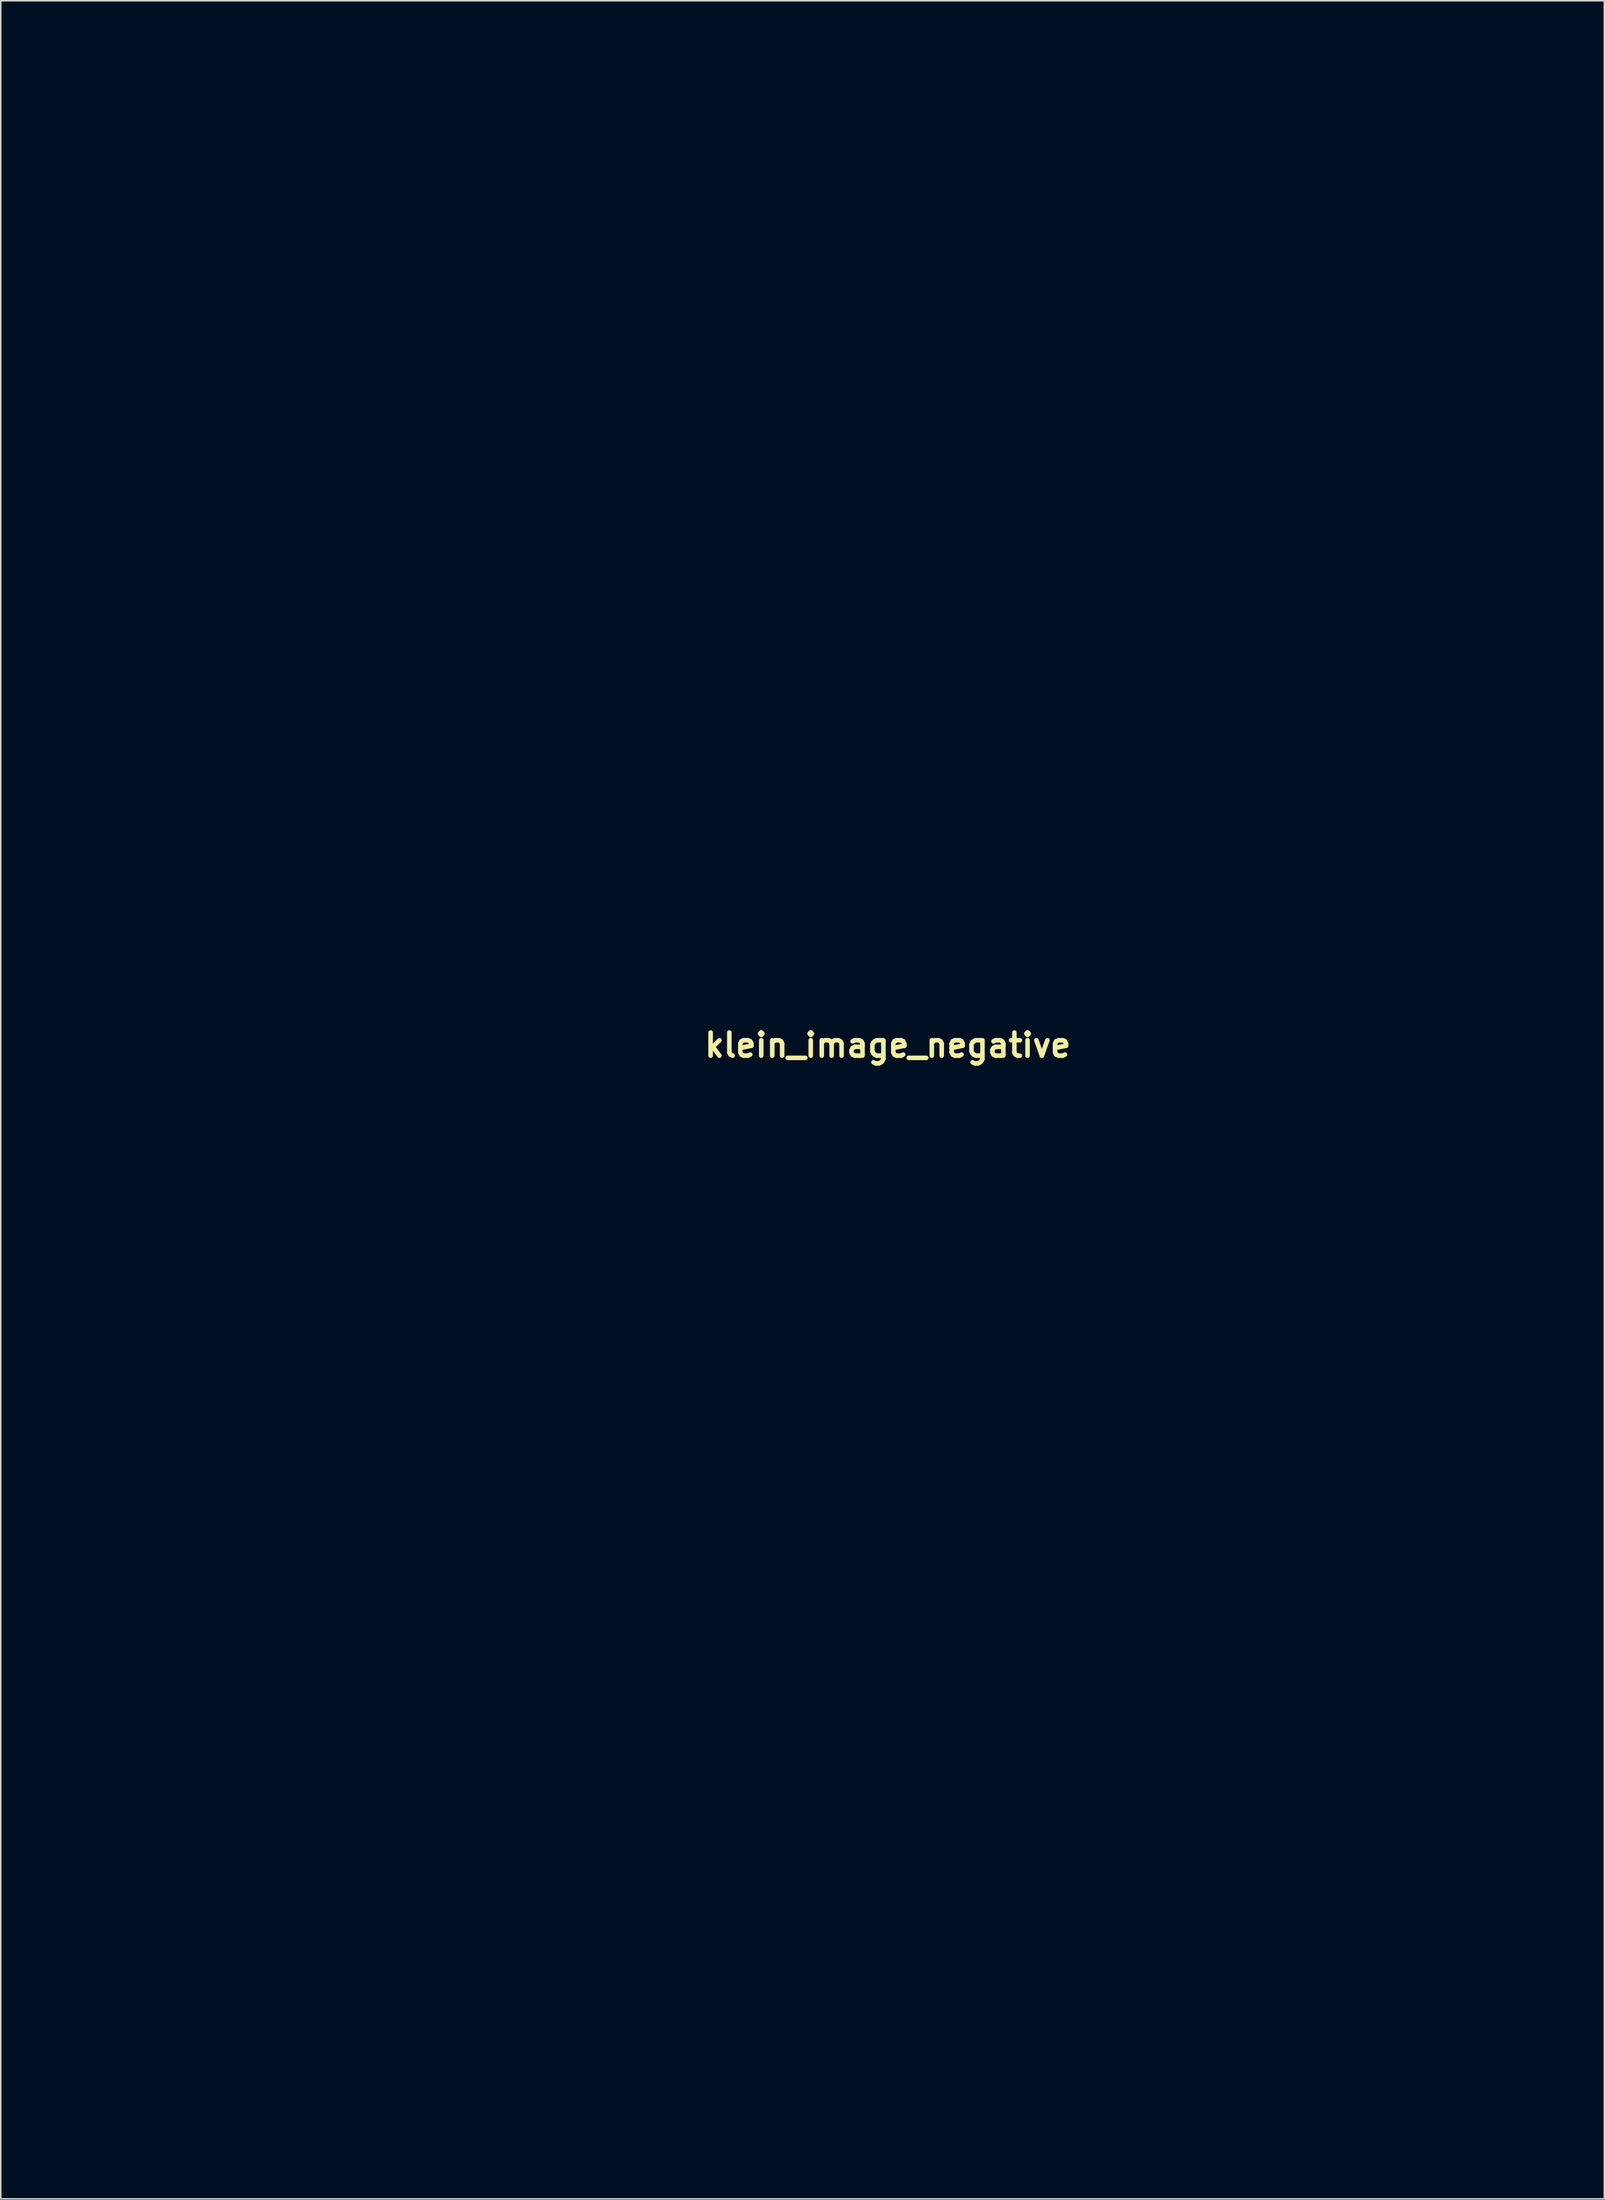
<source format=kicad_pcb>
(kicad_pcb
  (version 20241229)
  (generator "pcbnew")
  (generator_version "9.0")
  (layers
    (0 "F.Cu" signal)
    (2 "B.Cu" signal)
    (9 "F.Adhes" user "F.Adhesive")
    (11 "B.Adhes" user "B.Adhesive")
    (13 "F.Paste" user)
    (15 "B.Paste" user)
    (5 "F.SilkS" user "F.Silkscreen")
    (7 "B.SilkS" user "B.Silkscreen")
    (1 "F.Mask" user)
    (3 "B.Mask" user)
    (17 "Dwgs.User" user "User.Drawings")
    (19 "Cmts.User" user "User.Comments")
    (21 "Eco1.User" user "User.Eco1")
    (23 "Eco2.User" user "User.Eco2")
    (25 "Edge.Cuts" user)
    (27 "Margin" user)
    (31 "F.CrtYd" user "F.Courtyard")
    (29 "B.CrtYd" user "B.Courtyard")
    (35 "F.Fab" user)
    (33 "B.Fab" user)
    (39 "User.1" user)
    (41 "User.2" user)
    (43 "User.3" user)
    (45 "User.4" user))
  (footprint "klein_image_negative"
    (layer "F.Cu")
    (at 55.496 65.843)
    (property "Reference" "klein_image_negative" (at 0 0 0) (layer "F.SilkS") (effects (font (size 1.524 1.524) (thickness 0.3))))
    (attr through_hole)
    (fp_poly (pts (xy -43.894 70.289) (xy -43.953 70.347) (xy -44.011 70.289) (xy -43.953 70.23) (xy -43.894 70.289)) (stroke (width 0.01) (type solid)) (fill no) (layer "Eco2.User"))
    (fp_poly (pts (xy -40.382 72.981) (xy -40.441 73.04) (xy -40.5 72.981) (xy -40.441 72.923) (xy -40.382 72.981)) (stroke (width 0.01) (type solid)) (fill no) (layer "Eco2.User"))
    (fp_poly (pts (xy -33.711 -55.658) (xy -33.769 -55.599) (xy -33.828 -55.658) (xy -33.769 -55.716) (xy -33.711 -55.658)) (stroke (width 0.01) (type solid)) (fill no) (layer "Eco2.User"))
    (fp_poly (pts (xy -27.507 -0.995) (xy -27.565 -0.936) (xy -27.624 -0.995) (xy -27.565 -1.053) (xy -27.507 -0.995)) (stroke (width 0.01) (type solid)) (fill no) (layer "Eco2.User"))
    (fp_poly (pts (xy -24.698 -4.272) (xy -24.756 -4.214) (xy -24.815 -4.272) (xy -24.756 -4.331) (xy -24.698 -4.272)) (stroke (width 0.01) (type solid)) (fill no) (layer "Eco2.User"))
    (fp_poly (pts (xy -17.909 3.336) (xy -17.967 3.394) (xy -18.026 3.336) (xy -17.967 3.277) (xy -17.909 3.336)) (stroke (width 0.01) (type solid)) (fill no) (layer "Eco2.User"))
    (fp_poly (pts (xy -14.397 3.336) (xy -14.456 3.394) (xy -14.514 3.336) (xy -14.456 3.277) (xy -14.397 3.336)) (stroke (width 0.01) (type solid)) (fill no) (layer "Eco2.User"))
    (fp_poly (pts (xy -13.812 3.336) (xy -13.871 3.394) (xy -13.929 3.336) (xy -13.871 3.277) (xy -13.812 3.336)) (stroke (width 0.01) (type solid)) (fill no) (layer "Eco2.User"))
    (fp_poly (pts (xy 2.809 3.336) (xy 2.751 3.394) (xy 2.692 3.336) (xy 2.751 3.277) (xy 2.809 3.336)) (stroke (width 0.01) (type solid)) (fill no) (layer "Eco2.User"))
    (fp_poly (pts (xy 25.751 22.766) (xy 25.693 22.825) (xy 25.634 22.766) (xy 25.693 22.708) (xy 25.751 22.766)) (stroke (width 0.01) (type solid)) (fill no) (layer "Eco2.User"))
    (fp_poly (pts (xy 29.848 64.905) (xy 29.789 64.963) (xy 29.731 64.905) (xy 29.789 64.846) (xy 29.848 64.905)) (stroke (width 0.01) (type solid)) (fill no) (layer "Eco2.User"))
    (fp_poly (pts (xy -28.48 -51.544) (xy -28.502 -51.502) (xy -28.612 -51.391) (xy -28.633 -51.385) (xy -28.641 -51.461) (xy -28.619 -51.502) (xy -28.509 -51.614) (xy -28.488 -51.619) (xy -28.48 -51.544)) (stroke (width 0.01) (type solid)) (fill no) (layer "Eco2.User"))
    (fp_poly (pts (xy -14.014 2.509) (xy -13.928 2.682) (xy -14 2.975) (xy -14.123 3.143) (xy -14.276 3.083) (xy -14.456 2.809) (xy -14.637 2.458) (xy -14.283 2.458) (xy -14.014 2.509)) (stroke (width 0.01) (type solid)) (fill no) (layer "Eco2.User"))
    (fp_poly (pts (xy -9.932 -39.622) (xy -9.848 -38.822) (xy -9.787 -37.886) (xy -9.747 -36.785) (xy -9.727 -35.488) (xy -9.725 -35.086) (xy -9.715 -32.072) (xy -11.452 -32.072) (xy -11.385 -34.762) (xy -11.365 -36.333) (xy -11.387 -37.75) (xy -11.449 -38.977) (xy -11.467 -39.215) (xy -11.517 -39.831) (xy -11.553 -40.358) (xy -11.575 -40.756) (xy -11.579 -40.983) (xy -11.573 -41.02) (xy -11.442 -41.048) (xy -11.147 -41.08) (xy -10.83 -41.102) (xy -10.13 -41.143) (xy -9.932 -39.622)) (stroke (width 0.01) (type solid)) (fill no) (layer "Eco2.User"))
    (fp_poly (pts (xy 7.724 60.414) (xy 8.008 60.444) (xy 8.117 60.485) (xy 8.13 60.633) (xy 8.124 60.964) (xy 8.1 61.43) (xy 8.06 61.981) (xy 7.966 62.852) (xy 7.835 63.56) (xy 7.653 64.176) (xy 7.633 64.232) (xy 7.478 64.633) (xy 7.348 64.932) (xy 7.266 65.075) (xy 7.257 65.08) (xy 7.223 64.97) (xy 7.168 64.662) (xy 7.095 64.191) (xy 7.011 63.592) (xy 6.921 62.899) (xy 6.903 62.755) (xy 6.613 60.43) (xy 7.336 60.411) (xy 7.724 60.414)) (stroke (width 0.01) (type solid)) (fill no) (layer "Eco2.User"))
    (fp_poly (pts (xy -49.278 53.556) (xy -48.712 55.368) (xy -48.514 56.001) (xy -48.335 56.572) (xy -48.19 57.035) (xy -48.091 57.347) (xy -48.061 57.443) (xy -47.975 57.706) (xy -50.909 57.706) (xy -51.831 57.704) (xy -52.544 57.698) (xy -53.072 57.685) (xy -53.442 57.665) (xy -53.677 57.637) (xy -53.802 57.597) (xy -53.843 57.547) (xy -53.843 57.54) (xy -53.895 57.323) (xy -54.017 57.042) (xy -54.167 56.738) (xy -54.351 56.337) (xy -54.444 56.126) (xy -54.624 55.71) (xy -54.848 55.196) (xy -55.057 54.721) (xy -55.418 53.902) (xy -55.491 48.693) (xy -49.278 48.693) (xy -49.278 53.556)) (stroke (width 0.01) (type solid)) (fill no) (layer "Eco2.User"))
    (fp_poly (pts (xy -35.145 -39.966) (xy -34.797 -39.919) (xy -34.457 -39.863) (xy -34.206 -39.81) (xy -34.122 -39.779) (xy -34.127 -39.651) (xy -34.18 -39.338) (xy -34.272 -38.884) (xy -34.396 -38.331) (xy -34.439 -38.15) (xy -34.584 -37.521) (xy -34.689 -36.991) (xy -34.76 -36.508) (xy -34.797 -36.02) (xy -34.806 -35.475) (xy -34.788 -34.822) (xy -34.748 -34.008) (xy -34.727 -33.623) (xy -34.631 -31.955) (xy -36 -31.955) (xy -36.402 -36.159) (xy -35.989 -38.06) (xy -35.85 -38.693) (xy -35.728 -39.24) (xy -35.631 -39.663) (xy -35.567 -39.924) (xy -35.547 -39.989) (xy -35.421 -39.994) (xy -35.145 -39.966)) (stroke (width 0.01) (type solid)) (fill no) (layer "Eco2.User"))
    (fp_poly (pts (xy 0.351 -27.97) (xy 0.353 -27.202) (xy 0.362 -26.558) (xy 0.384 -25.992) (xy 0.422 -25.462) (xy 0.482 -24.922) (xy 0.569 -24.329) (xy 0.688 -23.638) (xy 0.844 -22.805) (xy 1.038 -21.801) (xy 1.25 -20.718) (xy -1.021 -20.718) (xy -1.102 -23.088) (xy -1.136 -24.033) (xy -1.177 -25.111) (xy -1.222 -26.221) (xy -1.266 -27.264) (xy -1.292 -27.843) (xy -1.322 -28.569) (xy -1.342 -29.216) (xy -1.353 -29.748) (xy -1.353 -30.127) (xy -1.341 -30.317) (xy -1.337 -30.33) (xy -1.197 -30.382) (xy -0.888 -30.418) (xy -0.477 -30.433) (xy -0.461 -30.433) (xy 0.351 -30.433) (xy 0.351 -27.97)) (stroke (width 0.01) (type solid)) (fill no) (layer "Eco2.User"))
    (fp_poly (pts (xy -6.294 -30.389) (xy -5.719 -30.368) (xy -5.53 -30.36) (xy -3.904 -30.282) (xy -3.763 -26.232) (xy -3.728 -25.244) (xy -3.691 -24.301) (xy -3.655 -23.434) (xy -3.622 -22.678) (xy -3.592 -22.066) (xy -3.567 -21.63) (xy -3.553 -21.45) (xy -3.484 -20.718) (xy -7.641 -20.718) (xy -7.568 -22.327) (xy -7.544 -22.9) (xy -7.517 -23.652) (xy -7.489 -24.531) (xy -7.46 -25.482) (xy -7.434 -26.451) (xy -7.417 -27.13) (xy -7.393 -27.971) (xy -7.366 -28.733) (xy -7.336 -29.386) (xy -7.306 -29.898) (xy -7.276 -30.239) (xy -7.249 -30.379) (xy -7.248 -30.38) (xy -7.103 -30.396) (xy -6.77 -30.398) (xy -6.294 -30.389)) (stroke (width 0.01) (type solid)) (fill no) (layer "Eco2.User"))
    (fp_poly (pts (xy 33.129 38.832) (xy 33.258 39.263) (xy 33.36 39.631) (xy 33.41 39.856) (xy 33.48 40.132) (xy 33.592 40.441) (xy 33.783 40.922) (xy 33.929 41.356) (xy 34.033 41.79) (xy 34.105 42.268) (xy 34.148 42.835) (xy 34.17 43.537) (xy 34.178 44.418) (xy 34.178 44.626) (xy 34.179 47.054) (xy 11.471 47.054) (xy 11.47 46.645) (xy 33.828 46.645) (xy 33.886 46.703) (xy 33.945 46.645) (xy 33.886 46.586) (xy 33.828 46.645) (xy 11.47 46.645) (xy 11.464 43.982) (xy 11.455 42.802) (xy 11.434 41.818) (xy 11.398 40.988) (xy 11.346 40.275) (xy 11.275 39.639) (xy 11.253 39.475) (xy 11.048 38.041) (xy 32.882 38.041) (xy 33.129 38.832)) (stroke (width 0.01) (type solid)) (fill no) (layer "Eco2.User"))
    (fp_poly (pts (xy 8.712 38.422) (xy 8.812 39.167) (xy 8.904 40.087) (xy 8.986 41.122) (xy 9.053 42.212) (xy 9.101 43.298) (xy 9.127 44.319) (xy 9.13 44.759) (xy 9.13 47.054) (xy 4.382 47.054) (xy 4.356 46.732) (xy 4.334 46.53) (xy 4.289 46.131) (xy 4.223 45.571) (xy 4.142 44.886) (xy 4.049 44.112) (xy 3.973 43.493) (xy 3.852 42.523) (xy 3.746 41.745) (xy 3.648 41.12) (xy 3.55 40.607) (xy 3.446 40.165) (xy 3.326 39.753) (xy 3.213 39.414) (xy 3.046 38.924) (xy 2.913 38.515) (xy 2.829 38.237) (xy 2.809 38.147) (xy 2.922 38.117) (xy 3.24 38.09) (xy 3.736 38.069) (xy 4.382 38.053) (xy 5.15 38.043) (xy 5.73 38.041) (xy 8.651 38.041) (xy 8.712 38.422)) (stroke (width 0.01) (type solid)) (fill no) (layer "Eco2.User"))
    (fp_poly (pts (xy -9.832 -30.053) (xy -9.837 -29.751) (xy -9.85 -29.253) (xy -9.87 -28.597) (xy -9.896 -27.82) (xy -9.925 -26.961) (xy -9.958 -26.057) (xy -9.992 -25.146) (xy -10.026 -24.267) (xy -10.059 -23.456) (xy -10.089 -22.752) (xy -10.115 -22.192) (xy -10.135 -21.815) (xy -10.136 -21.801) (xy -10.205 -20.718) (xy -11.314 -20.718) (xy -11.829 -20.722) (xy -12.15 -20.739) (xy -12.318 -20.776) (xy -12.371 -20.843) (xy -12.359 -20.923) (xy -12.321 -21.096) (xy -12.252 -21.462) (xy -12.157 -21.985) (xy -12.045 -22.626) (xy -11.921 -23.348) (xy -11.883 -23.573) (xy -11.739 -24.45) (xy -11.632 -25.162) (xy -11.558 -25.773) (xy -11.51 -26.346) (xy -11.484 -26.947) (xy -11.473 -27.639) (xy -11.471 -28.225) (xy -11.471 -30.433) (xy -9.832 -30.433) (xy -9.832 -30.053)) (stroke (width 0.01) (type solid)) (fill no) (layer "Eco2.User"))
    (fp_poly (pts (xy -50 38.043) (xy -49.304 38.046) (xy -48.724 38.051) (xy -48.293 38.058) (xy -48.042 38.065) (xy -47.991 38.071) (xy -48.025 38.186) (xy -48.119 38.483) (xy -48.259 38.92) (xy -48.432 39.456) (xy -48.485 39.622) (xy -48.979 41.143) (xy -49.052 47.171) (xy -55.365 47.171) (xy -55.365 44.716) (xy -55.364 43.892) (xy -55.358 43.264) (xy -55.344 42.796) (xy -55.318 42.449) (xy -55.277 42.186) (xy -55.217 41.97) (xy -55.136 41.764) (xy -55.082 41.643) (xy -54.928 41.298) (xy -54.714 40.799) (xy -54.466 40.212) (xy -54.22 39.622) (xy -48.693 39.622) (xy -48.635 39.68) (xy -48.576 39.622) (xy -48.635 39.563) (xy -48.693 39.622) (xy -54.22 39.622) (xy -54.211 39.599) (xy -54.184 39.534) (xy -53.569 38.041) (xy -50.78 38.041) (xy -50 38.043)) (stroke (width 0.01) (type solid)) (fill no) (layer "Eco2.User"))
    (fp_poly (pts (xy 7.391 2.459) (xy 8.213 2.463) (xy 8.85 2.47) (xy 9.329 2.483) (xy 9.673 2.503) (xy 9.91 2.531) (xy 10.062 2.568) (xy 10.156 2.617) (xy 10.206 2.663) (xy 10.439 2.974) (xy 10.484 3.148) (xy 10.449 3.182) (xy 10.314 3.19) (xy 9.973 3.195) (xy 9.456 3.198) (xy 8.791 3.199) (xy 8.007 3.197) (xy 7.132 3.192) (xy 6.639 3.188) (xy 2.919 3.157) (xy 2.898 3.102) (xy 10.3 3.102) (xy 10.359 3.16) (xy 10.418 3.102) (xy 10.359 3.043) (xy 10.3 3.102) (xy 2.898 3.102) (xy 2.806 2.858) (xy 2.722 2.621) (xy 2.692 2.509) (xy 2.805 2.496) (xy 3.123 2.485) (xy 3.62 2.475) (xy 4.266 2.467) (xy 5.035 2.462) (xy 5.898 2.458) (xy 6.361 2.458) (xy 7.391 2.459)) (stroke (width 0.01) (type solid)) (fill no) (layer "Eco2.User"))
    (fp_poly (pts (xy -0.531 -42.471) (xy -0.531 -42.47) (xy -0.481 -42.309) (xy -0.424 -41.942) (xy -0.362 -41.401) (xy -0.297 -40.713) (xy -0.23 -39.908) (xy -0.164 -39.016) (xy -0.101 -38.066) (xy -0.042 -37.088) (xy 0.01 -36.109) (xy 0.053 -35.161) (xy 0.085 -34.271) (xy 0.104 -33.47) (xy 0.108 -33.155) (xy 0.117 -32.072) (xy -1.372 -32.072) (xy -1.452 -34.852) (xy -1.484 -35.738) (xy -1.527 -36.64) (xy -1.578 -37.499) (xy -1.634 -38.259) (xy -1.69 -38.862) (xy -1.708 -39.021) (xy -1.772 -39.565) (xy -1.814 -40.02) (xy -1.832 -40.339) (xy -1.821 -40.473) (xy -1.821 -40.473) (xy -1.829 -40.602) (xy -1.887 -40.692) (xy -1.964 -40.886) (xy -2.034 -41.232) (xy -2.077 -41.595) (xy -2.137 -42.342) (xy -1.352 -42.426) (xy -0.952 -42.463) (xy -0.657 -42.479) (xy -0.531 -42.471)) (stroke (width 0.01) (type solid)) (fill no) (layer "Eco2.User"))
    (fp_poly (pts (xy -11.613 -18.611) (xy -11.527 -18.611) (xy -10.938 -18.603) (xy -10.556 -18.576) (xy -10.353 -18.527) (xy -10.302 -18.465) (xy -10.318 -18.086) (xy -10.356 -17.521) (xy -10.413 -16.815) (xy -10.484 -16.014) (xy -10.564 -15.163) (xy -10.65 -14.308) (xy -10.736 -13.495) (xy -10.819 -12.77) (xy -10.894 -12.178) (xy -10.92 -11.998) (xy -11.178 -10.242) (xy -12.964 -10.21) (xy -14.749 -10.177) (xy -14.456 -10.955) (xy -14.312 -11.345) (xy -14.207 -11.641) (xy -14.163 -11.782) (xy -14.163 -11.784) (xy -14.087 -11.786) (xy -14.047 -11.764) (xy -13.98 -11.783) (xy -13.998 -11.866) (xy -13.991 -12.066) (xy -13.901 -12.387) (xy -13.818 -12.597) (xy -13.682 -12.959) (xy -13.554 -13.426) (xy -13.429 -14.024) (xy -13.301 -14.781) (xy -13.166 -15.724) (xy -13.056 -16.563) (xy -12.968 -17.299) (xy -12.899 -17.836) (xy -12.827 -18.205) (xy -12.729 -18.436) (xy -12.582 -18.562) (xy -12.362 -18.612) (xy -12.047 -18.618) (xy -11.613 -18.611)) (stroke (width 0.01) (type solid)) (fill no) (layer "Eco2.User"))
    (fp_poly (pts (xy -4.265 2.459) (xy -3.19 2.462) (xy -2.312 2.468) (xy -1.613 2.476) (xy -1.073 2.489) (xy -0.674 2.506) (xy -0.397 2.528) (xy -0.225 2.556) (xy -0.138 2.59) (xy -0.117 2.624) (xy -0.076 2.881) (xy -0.046 2.975) (xy -0.047 3.018) (xy -0.097 3.054) (xy -0.216 3.083) (xy -0.423 3.106) (xy -0.736 3.125) (xy -1.174 3.138) (xy -1.755 3.148) (xy -2.499 3.154) (xy -3.425 3.158) (xy -4.551 3.16) (xy -5.606 3.16) (xy -7.057 3.158) (xy -8.28 3.152) (xy -9.282 3.141) (xy -10.071 3.126) (xy -10.651 3.106) (xy -11.03 3.081) (xy -11.215 3.052) (xy -11.237 3.036) (xy -11.186 2.838) (xy -11.116 2.684) (xy -11.08 2.632) (xy -11.021 2.588) (xy -10.918 2.552) (xy -10.751 2.523) (xy -10.5 2.501) (xy -10.145 2.485) (xy -9.665 2.473) (xy -9.04 2.465) (xy -8.249 2.461) (xy -7.274 2.459) (xy -6.092 2.458) (xy -5.556 2.458) (xy -4.265 2.459)) (stroke (width 0.01) (type solid)) (fill no) (layer "Eco2.User"))
    (fp_poly (pts (xy -4.593 -41.865) (xy -4.546 -41.554) (xy -4.476 -41.083) (xy -4.389 -40.49) (xy -4.291 -39.81) (xy -4.289 -39.797) (xy -4.182 -39.023) (xy -4.102 -38.351) (xy -4.046 -37.722) (xy -4.009 -37.074) (xy -3.988 -36.35) (xy -3.979 -35.489) (xy -3.978 -34.852) (xy -3.98 -32.072) (xy -5.689 -32.072) (xy -6.361 -32.075) (xy -6.831 -32.086) (xy -7.129 -32.109) (xy -7.288 -32.147) (xy -7.34 -32.202) (xy -7.333 -32.244) (xy -7.301 -32.451) (xy -7.277 -32.856) (xy -7.262 -33.423) (xy -7.254 -34.119) (xy -7.254 -34.905) (xy -7.261 -35.748) (xy -7.275 -36.612) (xy -7.295 -37.46) (xy -7.321 -38.258) (xy -7.353 -38.97) (xy -7.389 -39.561) (xy -7.415 -39.856) (xy -7.473 -40.447) (xy -7.517 -40.949) (xy -7.544 -41.319) (xy -7.551 -41.514) (xy -7.547 -41.533) (xy -7.428 -41.562) (xy -7.133 -41.615) (xy -6.716 -41.684) (xy -6.229 -41.761) (xy -5.726 -41.837) (xy -5.261 -41.904) (xy -4.887 -41.955) (xy -4.658 -41.981) (xy -4.612 -41.981) (xy -4.593 -41.865)) (stroke (width 0.01) (type solid)) (fill no) (layer "Eco2.User"))
    (fp_poly (pts (xy -3.877 -18.586) (xy -3.615 -18.564) (xy -3.468 -18.528) (xy -3.405 -18.476) (xy -3.394 -18.428) (xy -3.383 -17.905) (xy -3.35 -17.204) (xy -3.301 -16.381) (xy -3.239 -15.489) (xy -3.169 -14.585) (xy -3.094 -13.723) (xy -3.02 -12.957) (xy -2.949 -12.344) (xy -2.919 -12.127) (xy -2.809 -11.39) (xy -2.736 -10.854) (xy -2.703 -10.486) (xy -2.713 -10.257) (xy -2.77 -10.135) (xy -2.877 -10.089) (xy -3.038 -10.087) (xy -3.131 -10.093) (xy -3.379 -10.103) (xy -3.819 -10.114) (xy -4.407 -10.127) (xy -5.103 -10.139) (xy -5.862 -10.151) (xy -6.057 -10.154) (xy -6.792 -10.166) (xy -7.44 -10.179) (xy -7.969 -10.193) (xy -8.344 -10.207) (xy -8.53 -10.22) (xy -8.545 -10.224) (xy -8.529 -10.347) (xy -8.486 -10.653) (xy -8.422 -11.094) (xy -8.358 -11.538) (xy -8.298 -12.033) (xy -8.233 -12.708) (xy -8.169 -13.51) (xy -8.108 -14.385) (xy -8.056 -15.28) (xy -8.036 -15.685) (xy -7.901 -18.553) (xy -5.648 -18.584) (xy -4.863 -18.594) (xy -4.283 -18.595) (xy -3.877 -18.586)) (stroke (width 0.01) (type solid)) (fill no) (layer "Eco2.User"))
    (fp_poly (pts (xy 32.937 70.617) (xy 32.804 70.832) (xy 32.606 71.005) (xy 32.288 71.173) (xy 31.856 71.349) (xy 31.424 71.509) (xy 31.071 71.631) (xy 30.856 71.692) (xy 30.829 71.695) (xy 30.629 71.763) (xy 30.537 71.823) (xy 30.369 71.911) (xy 30.057 72.048) (xy 29.67 72.206) (xy 29.283 72.355) (xy 28.967 72.467) (xy 28.794 72.513) (xy 28.657 72.571) (xy 28.573 72.619) (xy 28.557 72.585) (xy 28.66 72.402) (xy 28.862 72.106) (xy 28.915 72.032) (xy 29.253 71.582) (xy 29.347 71.459) (xy 29.614 71.459) (xy 29.672 71.518) (xy 29.731 71.459) (xy 29.672 71.401) (xy 29.614 71.459) (xy 29.347 71.459) (xy 29.529 71.225) (xy 30.784 71.225) (xy 30.843 71.284) (xy 30.901 71.225) (xy 30.843 71.167) (xy 30.784 71.225) (xy 29.529 71.225) (xy 29.618 71.11) (xy 29.879 70.786) (xy 29.903 70.757) (xy 30.199 70.757) (xy 30.258 70.816) (xy 30.316 70.757) (xy 30.258 70.699) (xy 30.199 70.757) (xy 29.903 70.757) (xy 30.338 70.23) (xy 33.122 70.23) (xy 32.937 70.617)) (stroke (width 0.01) (type solid)) (fill no) (layer "Eco2.User"))
    (fp_poly (pts (xy -43.811 -27.239) (xy -43.75 -26.131) (xy -43.683 -25.237) (xy -43.612 -24.564) (xy -43.537 -24.115) (xy -43.504 -23.995) (xy -43.38 -23.61) (xy -43.226 -23.107) (xy -43.052 -22.527) (xy -42.872 -21.912) (xy -42.696 -21.301) (xy -42.537 -20.738) (xy -42.406 -20.262) (xy -42.316 -19.915) (xy -42.277 -19.738) (xy -42.278 -19.724) (xy -42.405 -19.683) (xy -42.682 -19.617) (xy -43.029 -19.542) (xy -43.364 -19.476) (xy -43.608 -19.436) (xy -43.669 -19.43) (xy -43.789 -19.527) (xy -43.897 -19.731) (xy -43.982 -19.997) (xy -44.011 -20.151) (xy -44.029 -20.269) (xy -44.089 -20.515) (xy -44.195 -20.91) (xy -44.354 -21.477) (xy -44.572 -22.238) (xy -44.668 -22.571) (xy -44.776 -22.97) (xy -44.857 -23.312) (xy -44.882 -23.449) (xy -44.952 -23.747) (xy -45.051 -24.037) (xy -45.093 -24.236) (xy -45.141 -24.618) (xy -45.194 -25.142) (xy -45.247 -25.769) (xy -45.299 -26.459) (xy -45.348 -27.173) (xy -45.389 -27.871) (xy -45.421 -28.513) (xy -45.442 -29.059) (xy -45.448 -29.47) (xy -45.437 -29.706) (xy -45.426 -29.745) (xy -45.281 -29.794) (xy -44.975 -29.848) (xy -44.649 -29.887) (xy -43.941 -29.956) (xy -43.811 -27.239)) (stroke (width 0.01) (type solid)) (fill no) (layer "Eco2.User"))
    (fp_poly (pts (xy -2.17 -7.111) (xy -2.133 -6.865) (xy -2.073 -6.438) (xy -1.998 -5.877) (xy -1.913 -5.235) (xy -1.865 -4.858) (xy -1.765 -4.137) (xy -1.654 -3.421) (xy -1.542 -2.776) (xy -1.44 -2.269) (xy -1.404 -2.115) (xy -1.305 -1.689) (xy -1.244 -1.354) (xy -1.232 -1.171) (xy -1.236 -1.159) (xy -1.199 -1.046) (xy -1.142 -1.013) (xy -1.222 -0.999) (xy -1.511 -0.987) (xy -1.987 -0.976) (xy -2.624 -0.966) (xy -3.399 -0.958) (xy -4.288 -0.953) (xy -5.266 -0.95) (xy -5.531 -0.95) (xy -6.835 -0.951) (xy -7.91 -0.959) (xy -8.762 -0.972) (xy -9.396 -0.992) (xy -9.819 -1.017) (xy -10.034 -1.049) (xy -10.066 -1.07) (xy -10.047 -1.23) (xy -9.994 -1.567) (xy -9.916 -2.032) (xy -9.835 -2.499) (xy -9.704 -3.257) (xy -9.573 -4.048) (xy -9.449 -4.832) (xy -9.337 -5.57) (xy -9.244 -6.22) (xy -9.175 -6.742) (xy -9.136 -7.096) (xy -9.13 -7.199) (xy -8.662 -7.199) (xy -8.603 -7.14) (xy -8.545 -7.199) (xy -8.603 -7.257) (xy -8.662 -7.199) (xy -9.13 -7.199) (xy -9.13 -7.206) (xy -9.13 -7.491) (xy -2.235 -7.491) (xy -2.17 -7.111)) (stroke (width 0.01) (type solid)) (fill no) (layer "Eco2.User"))
    (fp_poly (pts (xy 19.523 70.231) (xy 20.847 70.234) (xy 21.966 70.239) (xy 22.894 70.247) (xy 23.645 70.257) (xy 24.233 70.27) (xy 24.672 70.287) (xy 24.978 70.308) (xy 25.164 70.332) (xy 25.244 70.361) (xy 25.249 70.377) (xy 25.122 70.494) (xy 25.068 70.495) (xy 24.986 70.552) (xy 24.999 70.62) (xy 25.01 70.719) (xy 24.951 70.83) (xy 24.798 70.971) (xy 24.527 71.159) (xy 24.114 71.41) (xy 23.535 71.742) (xy 23.031 72.025) (xy 21.423 72.923) (xy 12.416 72.923) (xy 11.963 72.25) (xy 11.641 71.766) (xy 11.293 71.233) (xy 11.213 71.108) (xy 11.471 71.108) (xy 11.529 71.167) (xy 11.588 71.108) (xy 11.529 71.05) (xy 11.471 71.108) (xy 11.213 71.108) (xy 11.091 70.918) (xy 24.377 70.918) (xy 24.463 70.862) (xy 24.478 70.847) (xy 24.571 70.693) (xy 24.558 70.637) (xy 24.471 70.672) (xy 24.413 70.781) (xy 24.377 70.918) (xy 11.091 70.918) (xy 11.082 70.903) (xy 10.766 70.406) (xy 11.003 70.406) (xy 11.061 70.465) (xy 11.12 70.406) (xy 11.061 70.347) (xy 11.003 70.406) (xy 10.766 70.406) (xy 10.655 70.23) (xy 17.978 70.23) (xy 19.523 70.231)) (stroke (width 0.01) (type solid)) (fill no) (layer "Eco2.User"))
    (fp_poly (pts (xy 44.245 51.043) (xy 44.244 51.848) (xy 44.237 52.459) (xy 44.222 52.918) (xy 44.193 53.266) (xy 44.146 53.542) (xy 44.078 53.789) (xy 43.985 54.047) (xy 43.935 54.175) (xy 43.764 54.572) (xy 43.609 54.881) (xy 43.5 55.038) (xy 43.496 55.041) (xy 43.429 55.119) (xy 43.453 55.129) (xy 43.461 55.227) (xy 43.399 55.473) (xy 43.29 55.803) (xy 43.158 56.151) (xy 43.025 56.451) (xy 42.92 56.633) (xy 42.805 56.88) (xy 42.778 57.024) (xy 42.698 57.262) (xy 42.615 57.349) (xy 42.489 57.492) (xy 42.48 57.544) (xy 42.371 57.573) (xy 42.059 57.603) (xy 41.576 57.629) (xy 40.953 57.652) (xy 40.222 57.67) (xy 39.625 57.679) (xy 36.761 57.71) (xy 37.309 56.136) (xy 37.509 55.579) (xy 37.688 55.116) (xy 37.83 54.784) (xy 37.92 54.621) (xy 37.937 54.612) (xy 38.004 54.554) (xy 38.031 54.399) (xy 38.041 54.044) (xy 38.046 53.523) (xy 38.046 52.884) (xy 38.041 52.176) (xy 38.031 51.449) (xy 38.019 50.753) (xy 38.004 50.135) (xy 37.987 49.646) (xy 37.968 49.335) (xy 37.966 49.308) (xy 37.897 48.693) (xy 44.245 48.693) (xy 44.245 51.043)) (stroke (width 0.01) (type solid)) (fill no) (layer "Eco2.User"))
    (fp_poly (pts (xy 4.858 19.197) (xy 5.578 22.035) (xy 5.775 22.812) (xy 5.949 23.509) (xy 6.094 24.095) (xy 6.203 24.541) (xy 6.267 24.815) (xy 6.281 24.891) (xy 6.164 24.896) (xy 5.838 24.902) (xy 5.33 24.91) (xy 4.665 24.919) (xy 3.869 24.929) (xy 2.967 24.938) (xy 1.985 24.948) (xy 1.865 24.949) (xy -2.532 24.99) (xy -3.11 23.667) (xy -3.332 23.154) (xy -3.347 23.118) (xy 5.618 23.118) (xy 5.677 23.176) (xy 5.735 23.118) (xy 5.677 23.059) (xy 5.618 23.118) (xy -3.347 23.118) (xy -3.516 22.719) (xy -3.644 22.408) (xy -3.697 22.265) (xy -3.697 22.263) (xy -3.749 22.127) (xy -3.878 21.833) (xy -4.06 21.434) (xy -4.149 21.245) (xy -4.351 20.791) (xy -4.509 20.393) (xy -4.597 20.115) (xy -4.604 20.074) (xy -4.214 20.074) (xy -4.155 20.133) (xy -4.097 20.074) (xy -4.155 20.016) (xy -4.214 20.074) (xy -4.604 20.074) (xy -4.607 20.056) (xy -4.647 19.875) (xy -4.694 19.848) (xy -4.778 19.785) (xy -4.897 19.599) (xy -4.999 19.383) (xy -5.033 19.249) (xy -4.92 19.238) (xy -4.597 19.228) (xy -4.088 19.218) (xy -3.418 19.21) (xy -2.609 19.204) (xy -1.687 19.2) (xy -0.676 19.197) (xy -0.088 19.197) (xy 4.858 19.197)) (stroke (width 0.01) (type solid)) (fill no) (layer "Eco2.User"))
    (fp_poly (pts (xy 23.6 19.811) (xy 23.939 20.261) (xy 24.326 20.746) (xy 24.544 21.006) (xy 24.851 21.403) (xy 24.989 21.697) (xy 24.995 21.857) (xy 24.996 22.039) (xy 25.058 22.058) (xy 25.119 21.91) (xy 25.101 21.851) (xy 25.131 21.851) (xy 25.282 21.994) (xy 25.458 22.181) (xy 25.693 22.489) (xy 25.982 22.938) (xy 26.28 23.459) (xy 26.453 23.791) (xy 27.023 24.932) (xy 9.029 24.932) (xy 8.831 24.025) (xy 8.736 23.593) (xy 8.604 22.996) (xy 8.561 22.798) (xy 25.566 22.798) (xy 25.582 22.835) (xy 25.724 22.893) (xy 25.761 22.877) (xy 25.819 22.735) (xy 25.803 22.698) (xy 25.661 22.64) (xy 25.624 22.655) (xy 25.566 22.798) (xy 8.561 22.798) (xy 8.45 22.298) (xy 8.424 22.181) (xy 25.166 22.181) (xy 25.224 22.24) (xy 25.283 22.181) (xy 25.224 22.123) (xy 25.166 22.181) (xy 8.424 22.181) (xy 8.398 22.064) (xy 24.581 22.064) (xy 24.639 22.123) (xy 24.698 22.064) (xy 24.639 22.006) (xy 24.581 22.064) (xy 8.398 22.064) (xy 8.286 21.561) (xy 8.196 21.157) (xy 8.19 21.128) (xy 23.41 21.128) (xy 23.469 21.186) (xy 23.527 21.128) (xy 23.469 21.069) (xy 23.41 21.128) (xy 8.19 21.128) (xy 7.76 19.196) (xy 23.156 19.196) (xy 23.6 19.811)) (stroke (width 0.01) (type solid)) (fill no) (layer "Eco2.User"))
    (fp_poly (pts (xy 9.131 50.771) (xy 9.117 51.535) (xy 9.079 52.429) (xy 9.02 53.4) (xy 8.945 54.395) (xy 8.859 55.359) (xy 8.765 56.239) (xy 8.668 56.982) (xy 8.591 57.443) (xy 8.555 57.563) (xy 8.474 57.639) (xy 8.303 57.682) (xy 7.996 57.701) (xy 7.511 57.706) (xy 7.374 57.706) (xy 6.842 57.703) (xy 6.499 57.688) (xy 6.301 57.651) (xy 6.201 57.582) (xy 6.155 57.471) (xy 6.148 57.443) (xy 6.067 57.052) (xy 5.983 56.583) (xy 5.905 56.094) (xy 5.84 55.641) (xy 5.798 55.279) (xy 5.786 55.067) (xy 5.792 55.035) (xy 5.786 54.907) (xy 5.749 54.849) (xy 5.703 54.721) (xy 5.853 54.721) (xy 5.911 54.78) (xy 5.97 54.721) (xy 5.911 54.663) (xy 5.853 54.721) (xy 5.703 54.721) (xy 5.692 54.69) (xy 5.607 54.349) (xy 5.507 53.874) (xy 5.403 53.314) (xy 5.393 53.258) (xy 5.277 52.604) (xy 5.158 51.943) (xy 5.05 51.359) (xy 4.977 50.976) (xy 4.883 50.482) (xy 4.796 50.008) (xy 4.741 49.688) (xy 4.68 49.337) (xy 8.428 49.337) (xy 8.486 49.395) (xy 8.545 49.337) (xy 8.486 49.278) (xy 8.428 49.337) (xy 4.68 49.337) (xy 4.676 49.314) (xy 4.612 48.997) (xy 4.603 48.956) (xy 4.54 48.693) (xy 9.13 48.693) (xy 9.131 50.771)) (stroke (width 0.01) (type solid)) (fill no) (layer "Eco2.User"))
    (fp_poly (pts (xy -34.4 -30.141) (xy -34.357 -29.851) (xy -34.296 -29.388) (xy -34.224 -28.809) (xy -34.148 -28.175) (xy -34.132 -28.034) (xy -34.05 -27.381) (xy -33.959 -26.757) (xy -33.871 -26.228) (xy -33.794 -25.855) (xy -33.782 -25.81) (xy -33.678 -25.433) (xy -33.537 -24.916) (xy -33.383 -24.347) (xy -33.312 -24.088) (xy -33.175 -23.589) (xy -33.056 -23.165) (xy -32.97 -22.874) (xy -32.941 -22.785) (xy -32.982 -22.647) (xy -33.226 -22.505) (xy -33.425 -22.431) (xy -33.763 -22.334) (xy -34.009 -22.297) (xy -34.076 -22.307) (xy -34.173 -22.284) (xy -34.179 -22.247) (xy -34.25 -22.132) (xy -34.391 -22.159) (xy -34.476 -22.269) (xy -34.539 -22.466) (xy -34.544 -22.481) (xy -34.384 -22.481) (xy -34.368 -22.474) (xy -34.261 -22.556) (xy -34.237 -22.591) (xy -34.208 -22.7) (xy -34.224 -22.708) (xy -34.33 -22.625) (xy -34.354 -22.591) (xy -34.384 -22.481) (xy -34.544 -22.481) (xy -34.651 -22.842) (xy -34.797 -23.348) (xy -34.963 -23.936) (xy -35.137 -24.559) (xy -35.305 -25.168) (xy -35.399 -25.517) (xy -35.491 -25.936) (xy -35.583 -26.484) (xy -35.671 -27.118) (xy -35.75 -27.796) (xy -35.817 -28.477) (xy -35.868 -29.117) (xy -35.899 -29.675) (xy -35.905 -30.108) (xy -35.883 -30.375) (xy -35.859 -30.434) (xy -35.694 -30.494) (xy -35.376 -30.546) (xy -35.119 -30.569) (xy -34.479 -30.609) (xy -34.4 -30.141)) (stroke (width 0.01) (type solid)) (fill no) (layer "Eco2.User"))
    (fp_poly (pts (xy 0.901 -18.601) (xy 1.307 -18.57) (xy 1.525 -18.516) (xy 1.579 -18.465) (xy 1.61 -18.309) (xy 1.669 -17.958) (xy 1.749 -17.45) (xy 1.844 -16.821) (xy 1.95 -16.107) (xy 1.977 -15.919) (xy 2.102 -15.078) (xy 2.209 -14.417) (xy 2.312 -13.885) (xy 2.423 -13.429) (xy 2.554 -12.997) (xy 2.719 -12.537) (xy 2.918 -12.026) (xy 3.135 -11.472) (xy 3.316 -10.994) (xy 3.446 -10.634) (xy 3.508 -10.436) (xy 3.512 -10.416) (xy 3.398 -10.37) (xy 3.073 -10.335) (xy 2.558 -10.311) (xy 1.875 -10.301) (xy 1.697 -10.3) (xy 1.075 -10.306) (xy 0.546 -10.321) (xy 0.147 -10.343) (xy -0.08 -10.371) (xy -0.117 -10.388) (xy -0.131 -10.529) (xy -0.17 -10.86) (xy -0.228 -11.34) (xy -0.301 -11.926) (xy -0.347 -12.29) (xy -0.442 -13.092) (xy -0.538 -13.979) (xy -0.624 -14.849) (xy -0.69 -15.602) (xy -0.696 -15.685) (xy -0.748 -16.34) (xy -0.801 -16.978) (xy -0.815 -17.148) (xy 0.936 -17.148) (xy 0.995 -17.089) (xy 1.053 -17.148) (xy 0.995 -17.206) (xy 0.936 -17.148) (xy -0.815 -17.148) (xy -0.849 -17.528) (xy -0.886 -17.919) (xy -0.888 -17.938) (xy -0.941 -18.435) (xy 1.053 -18.435) (xy 1.112 -18.377) (xy 1.171 -18.435) (xy 1.112 -18.494) (xy 1.053 -18.435) (xy -0.941 -18.435) (xy -0.959 -18.611) (xy 0.285 -18.611) (xy 0.901 -18.601)) (stroke (width 0.01) (type solid)) (fill no) (layer "Eco2.User"))
    (fp_poly (pts (xy 7.473 30.17) (xy 7.726 31.307) (xy 7.934 32.473) (xy 8.087 33.599) (xy 8.175 34.615) (xy 8.192 35.144) (xy 8.179 35.205) (xy 8.12 35.253) (xy 7.99 35.288) (xy 7.765 35.314) (xy 7.417 35.331) (xy 6.923 35.342) (xy 6.256 35.347) (xy 5.39 35.349) (xy 4.972 35.349) (xy 1.75 35.349) (xy 1.624 35.027) (xy 1.377 34.384) (xy 1.145 33.758) (xy 0.962 33.242) (xy 1.171 33.242) (xy 1.213 33.339) (xy 1.249 33.32) (xy 1.263 33.182) (xy 1.249 33.164) (xy 1.179 33.18) (xy 1.171 33.242) (xy 0.962 33.242) (xy 0.943 33.191) (xy 0.786 32.725) (xy 0.688 32.404) (xy 0.663 32.285) (xy 0.615 32.143) (xy 0.57 32.14) (xy 0.493 32.076) (xy 0.413 31.851) (xy 0.404 31.813) (xy 0.315 31.492) (xy 0.219 31.256) (xy 0.137 31.077) (xy 0.234 31.077) (xy 0.293 31.135) (xy 0.351 31.077) (xy 0.293 31.018) (xy 0.234 31.077) (xy 0.137 31.077) (xy 0.133 31.068) (xy 0.04 30.843) (xy 0.351 30.843) (xy 0.41 30.901) (xy 0.468 30.843) (xy 0.41 30.784) (xy 0.351 30.843) (xy 0.04 30.843) (xy -0.011 30.717) (xy -0.19 30.262) (xy -0.383 29.759) (xy -0.566 29.267) (xy -0.719 28.843) (xy -0.819 28.545) (xy -0.823 28.531) (xy -0.92 28.209) (xy 6.986 28.209) (xy 7.473 30.17)) (stroke (width 0.01) (type solid)) (fill no) (layer "Eco2.User"))
    (fp_poly (pts (xy 0.658 5.326) (xy 1.258 7.316) (xy 0.6 7.39) (xy 0.352 7.406) (xy -0.104 7.425) (xy -0.743 7.445) (xy -1.537 7.466) (xy -2.462 7.488) (xy -3.492 7.509) (xy -4.6 7.529) (xy -5.761 7.547) (xy -5.801 7.547) (xy -11.543 7.631) (xy -11.858 7.218) (xy -11.955 7.082) (xy -11.705 7.082) (xy -11.647 7.14) (xy -11.588 7.082) (xy -11.647 7.023) (xy -11.705 7.082) (xy -11.955 7.082) (xy -12.024 6.986) (xy -12.121 6.78) (xy -12.135 6.664) (xy -12.028 6.664) (xy -12.012 6.672) (xy -11.936 6.613) (xy -11.705 6.613) (xy -11.647 6.672) (xy -11.588 6.613) (xy -11.471 6.613) (xy -11.412 6.672) (xy -11.354 6.613) (xy -11.412 6.555) (xy -11.471 6.613) (xy -11.588 6.613) (xy -11.647 6.555) (xy -11.705 6.613) (xy -11.936 6.613) (xy -11.905 6.589) (xy -11.881 6.555) (xy -11.851 6.445) (xy -11.867 6.438) (xy -11.974 6.52) (xy -11.998 6.555) (xy -12.028 6.664) (xy -12.135 6.664) (xy -12.149 6.547) (xy -12.11 6.235) (xy -12.004 5.791) (xy -11.877 5.326) (xy -11.732 4.802) (xy -11.618 4.389) (xy 0 4.389) (xy 0.059 4.448) (xy 0.117 4.389) (xy 0.059 4.331) (xy 0 4.389) (xy -11.618 4.389) (xy -11.596 4.31) (xy -11.492 3.932) (xy -11.465 3.835) (xy -11.345 3.397) (xy 0.059 3.336) (xy 0.658 5.326)) (stroke (width 0.01) (type solid)) (fill no) (layer "Eco2.User"))
    (fp_poly (pts (xy 42.774 38.832) (xy 42.989 39.358) (xy 43.12 39.692) (xy 43.174 39.86) (xy 43.159 39.885) (xy 43.087 39.797) (xy 42.984 39.697) (xy 42.959 39.772) (xy 43.051 39.943) (xy 43.122 39.985) (xy 43.232 40.114) (xy 43.402 40.412) (xy 43.605 40.833) (xy 43.766 41.203) (xy 44.245 42.358) (xy 44.245 47.171) (xy 41.407 47.154) (xy 40.597 47.147) (xy 39.85 47.137) (xy 39.203 47.125) (xy 38.692 47.111) (xy 38.355 47.097) (xy 38.246 47.088) (xy 37.924 47.039) (xy 37.904 44.267) (xy 37.898 43.475) (xy 37.892 42.754) (xy 37.888 42.14) (xy 37.885 41.668) (xy 37.883 41.373) (xy 37.883 41.295) (xy 37.85 41.148) (xy 37.825 41.143) (xy 43.426 41.143) (xy 43.484 41.202) (xy 43.543 41.143) (xy 43.484 41.085) (xy 43.426 41.143) (xy 37.825 41.143) (xy 37.812 41.141) (xy 37.749 41.056) (xy 37.641 40.793) (xy 37.503 40.396) (xy 37.413 40.111) (xy 37.251 39.585) (xy 37.095 39.094) (xy 36.999 38.802) (xy 42.372 38.802) (xy 42.431 38.861) (xy 42.489 38.802) (xy 42.431 38.744) (xy 42.372 38.802) (xy 36.999 38.802) (xy 36.971 38.714) (xy 36.933 38.605) (xy 36.85 38.315) (xy 36.834 38.129) (xy 36.844 38.107) (xy 36.975 38.089) (xy 37.307 38.072) (xy 37.806 38.059) (xy 38.439 38.048) (xy 39.174 38.043) (xy 39.679 38.041) (xy 42.448 38.041) (xy 42.774 38.832)) (stroke (width 0.01) (type solid)) (fill no) (layer "Eco2.User"))
    (fp_poly (pts (xy -38.393 -29.904) (xy -38.381 -29.63) (xy -38.349 -29.177) (xy -38.301 -28.602) (xy -38.242 -27.957) (xy -38.216 -27.693) (xy -38.155 -27.119) (xy -38.089 -26.607) (xy -38.009 -26.117) (xy -37.907 -25.611) (xy -37.774 -25.051) (xy -37.6 -24.396) (xy -37.377 -23.61) (xy -37.096 -22.651) (xy -36.986 -22.28) (xy -36.668 -21.209) (xy -37.018 -21.139) (xy -37.361 -21.08) (xy -37.517 -21.088) (xy -37.526 -21.168) (xy -37.502 -21.215) (xy -37.509 -21.261) (xy -37.641 -21.167) (xy -37.87 -21.037) (xy -38.242 -20.894) (xy -38.627 -20.78) (xy -39.048 -20.673) (xy -39.398 -20.582) (xy -39.586 -20.53) (xy -39.729 -20.547) (xy -39.84 -20.725) (xy -39.917 -20.975) (xy -39.997 -21.26) (xy -40.132 -21.716) (xy -40.306 -22.293) (xy -40.504 -22.94) (xy -40.625 -23.331) (xy -40.831 -24.001) (xy -40.985 -24.544) (xy -41.099 -25.02) (xy -41.179 -25.459) (xy -38.159 -25.459) (xy -38.1 -25.4) (xy -38.041 -25.459) (xy -38.1 -25.517) (xy -38.159 -25.459) (xy -41.179 -25.459) (xy -41.185 -25.49) (xy -41.253 -26.015) (xy -41.315 -26.655) (xy -41.377 -27.428) (xy -41.432 -28.138) (xy -41.48 -28.776) (xy -41.518 -29.302) (xy -41.543 -29.675) (xy -41.553 -29.857) (xy -41.553 -29.86) (xy -41.508 -29.959) (xy -41.347 -30.031) (xy -41.028 -30.085) (xy -40.587 -30.128) (xy -40.035 -30.175) (xy -39.482 -30.228) (xy -39.04 -30.274) (xy -39.007 -30.278) (xy -38.393 -30.348) (xy -38.393 -29.904)) (stroke (width 0.01) (type solid)) (fill no) (layer "Eco2.User"))
    (fp_poly (pts (xy -12.247 -49.765) (xy -12.138 -49.543) (xy -12.129 -49.306) (xy -12.171 -49.223) (xy -12.238 -49.061) (xy -12.161 -48.978) (xy -12.074 -48.959) (xy -12.099 -49.018) (xy -12.108 -49.174) (xy -12.076 -49.208) (xy -11.959 -49.161) (xy -11.816 -48.963) (xy -11.81 -48.952) (xy -11.673 -48.7) (xy -11.459 -48.32) (xy -11.21 -47.886) (xy -11.161 -47.802) (xy -10.675 -46.97) (xy -10.487 -44.876) (xy -10.415 -44.073) (xy -10.363 -43.474) (xy -10.329 -43.049) (xy -10.313 -42.768) (xy -10.312 -42.604) (xy -10.326 -42.525) (xy -10.353 -42.503) (xy -10.388 -42.507) (xy -10.543 -42.476) (xy -10.816 -42.376) (xy -10.886 -42.346) (xy -11.334 -42.16) (xy -11.617 -42.076) (xy -11.776 -42.09) (xy -11.854 -42.195) (xy -11.862 -42.221) (xy -11.89 -42.403) (xy -11.928 -42.775) (xy -11.974 -43.296) (xy -12.024 -43.923) (xy -12.064 -44.479) (xy -12.207 -46.528) (xy -12.893 -47.922) (xy -12.898 -47.932) (xy -12.524 -47.932) (xy -12.466 -47.874) (xy -12.407 -47.932) (xy -12.466 -47.991) (xy -12.524 -47.932) (xy -12.898 -47.932) (xy -13.144 -48.438) (xy -13.349 -48.871) (xy -13.49 -49.183) (xy -13.549 -49.334) (xy -13.549 -49.341) (xy -13.392 -49.435) (xy -13.354 -49.454) (xy -12.641 -49.454) (xy -12.583 -49.395) (xy -12.524 -49.454) (xy -12.583 -49.512) (xy -12.641 -49.454) (xy -13.354 -49.454) (xy -13.115 -49.573) (xy -12.803 -49.716) (xy -12.54 -49.826) (xy -12.416 -49.864) (xy -12.247 -49.765)) (stroke (width 0.01) (type solid)) (fill no) (layer "Eco2.User"))
    (fp_poly (pts (xy -40.939 -41.258) (xy -40.644 -41.215) (xy -40.239 -41.142) (xy -39.782 -41.052) (xy -39.333 -40.956) (xy -38.95 -40.865) (xy -38.731 -40.804) (xy -38.499 -40.742) (xy -38.234 -40.679) (xy -38.113 -40.658) (xy -38.026 -40.632) (xy -37.974 -40.574) (xy -37.961 -40.453) (xy -37.989 -40.239) (xy -38.063 -39.904) (xy -38.184 -39.418) (xy -38.356 -38.75) (xy -38.478 -38.276) (xy -38.945 -36.461) (xy -38.792 -34.53) (xy -38.723 -33.676) (xy -38.674 -33.027) (xy -38.646 -32.554) (xy -38.643 -32.228) (xy -38.668 -32.02) (xy -38.722 -31.901) (xy -38.81 -31.843) (xy -38.934 -31.817) (xy -39.066 -31.798) (xy -39.378 -31.759) (xy -39.844 -31.713) (xy -40.386 -31.668) (xy -40.646 -31.649) (xy -41.17 -31.615) (xy -41.503 -31.606) (xy -41.688 -31.628) (xy -41.768 -31.685) (xy -41.786 -31.782) (xy -41.786 -31.791) (xy -41.792 -31.974) (xy -41.811 -32.35) (xy -41.84 -32.878) (xy -41.877 -33.518) (xy -41.92 -34.228) (xy -41.92 -34.237) (xy -41.97 -35.157) (xy -41.995 -35.88) (xy -41.994 -35.993) (xy -39.095 -35.993) (xy -39.036 -35.935) (xy -38.978 -35.993) (xy -39.036 -36.052) (xy -39.095 -35.993) (xy -41.994 -35.993) (xy -41.993 -36.441) (xy -41.966 -36.878) (xy -41.925 -37.164) (xy -41.819 -37.716) (xy -41.696 -38.317) (xy -41.569 -38.916) (xy -41.448 -39.463) (xy -41.344 -39.906) (xy -41.27 -40.195) (xy -41.247 -40.265) (xy -41.189 -40.503) (xy -41.148 -40.823) (xy -41.114 -41.102) (xy -41.067 -41.258) (xy -41.064 -41.261) (xy -40.939 -41.258)) (stroke (width 0.01) (type solid)) (fill no) (layer "Eco2.User"))
    (fp_poly (pts (xy -16.645 -54.77) (xy -16.127 -54.627) (xy -15.59 -54.491) (xy -15.24 -54.41) (xy -14.838 -54.298) (xy -14.596 -54.152) (xy -14.447 -53.943) (xy -14.352 -53.717) (xy -14.35 -53.61) (xy -14.356 -53.609) (xy -14.347 -53.536) (xy -14.212 -53.357) (xy -14.202 -53.346) (xy -14.038 -53.122) (xy -13.809 -52.757) (xy -13.555 -52.319) (xy -13.478 -52.178) (xy -12.989 -51.273) (xy -13.468 -50.971) (xy -13.779 -50.781) (xy -14.02 -50.646) (xy -14.086 -50.616) (xy -14.191 -50.695) (xy -14.376 -50.963) (xy -14.625 -51.394) (xy -14.922 -51.962) (xy -14.948 -52.015) (xy -15.229 -52.558) (xy -15.48 -53) (xy -15.68 -53.308) (xy -15.807 -53.447) (xy -15.825 -53.451) (xy -16.044 -53.464) (xy -16.377 -53.522) (xy -16.753 -53.608) (xy -17.102 -53.705) (xy -17.354 -53.795) (xy -17.441 -53.856) (xy -17.519 -53.902) (xy -14.982 -53.902) (xy -14.924 -53.843) (xy -14.865 -53.902) (xy -14.924 -53.96) (xy -14.982 -53.902) (xy -17.519 -53.902) (xy -17.527 -53.906) (xy -17.616 -53.886) (xy -17.755 -53.91) (xy -17.794 -54.06) (xy -17.757 -54.136) (xy -17.558 -54.136) (xy -17.499 -54.077) (xy -17.441 -54.136) (xy -17.499 -54.194) (xy -17.558 -54.136) (xy -17.757 -54.136) (xy -17.708 -54.239) (xy -17.704 -54.243) (xy -17.698 -54.253) (xy -17.324 -54.253) (xy -17.265 -54.194) (xy -17.206 -54.253) (xy -17.265 -54.312) (xy -17.324 -54.253) (xy -17.698 -54.253) (xy -17.613 -54.393) (xy -17.61 -54.409) (xy -17.572 -54.571) (xy -17.517 -54.742) (xy -17.43 -54.996) (xy -16.645 -54.77)) (stroke (width 0.01) (type solid)) (fill no) (layer "Eco2.User"))
    (fp_poly (pts (xy -12.317 -7.47) (xy -11.93 -7.453) (xy -11.7 -7.422) (xy -11.599 -7.375) (xy -11.589 -7.348) (xy -11.624 -6.799) (xy -11.714 -6.091) (xy -11.848 -5.286) (xy -12.014 -4.448) (xy -12.201 -3.642) (xy -12.396 -2.931) (xy -12.415 -2.871) (xy -12.594 -2.294) (xy -12.752 -1.786) (xy -12.873 -1.393) (xy -12.942 -1.165) (xy -12.949 -1.141) (xy -12.993 -1.062) (xy -13.095 -1.007) (xy -13.29 -0.97) (xy -13.614 -0.949) (xy -14.102 -0.94) (xy -14.786 -0.939) (xy -16.563 -0.941) (xy -16.731 -1.229) (xy -16.504 -1.229) (xy -16.446 -1.171) (xy -16.387 -1.229) (xy -16.446 -1.288) (xy -16.504 -1.229) (xy -16.731 -1.229) (xy -16.937 -1.58) (xy -16.621 -1.58) (xy -16.563 -1.522) (xy -16.504 -1.58) (xy -16.563 -1.639) (xy -16.621 -1.58) (xy -16.937 -1.58) (xy -17.007 -1.701) (xy -17.212 -2.082) (xy -17.346 -2.39) (xy -17.384 -2.567) (xy -17.379 -2.58) (xy -17.38 -2.669) (xy -17.42 -2.666) (xy -17.545 -2.703) (xy -17.553 -2.724) (xy -17.525 -2.872) (xy -17.434 -3.171) (xy -17.303 -3.553) (xy -17.157 -3.951) (xy -17.017 -4.298) (xy -16.977 -4.389) (xy -16.891 -4.596) (xy -16.748 -4.962) (xy -16.608 -5.326) (xy -16.27 -5.326) (xy -16.212 -5.267) (xy -16.153 -5.326) (xy -16.212 -5.384) (xy -16.27 -5.326) (xy -16.608 -5.326) (xy -16.569 -5.428) (xy -16.453 -5.735) (xy -16.259 -6.241) (xy -16.079 -6.693) (xy -15.939 -7.026) (xy -15.885 -7.14) (xy -15.735 -7.433) (xy -13.661 -7.465) (xy -12.885 -7.473) (xy -12.317 -7.47)) (stroke (width 0.01) (type solid)) (fill no) (layer "Eco2.User"))
    (fp_poly (pts (xy 34.228 49.074) (xy 34.25 49.315) (xy 34.273 49.743) (xy 34.296 50.31) (xy 34.317 50.969) (xy 34.329 51.494) (xy 34.343 52.233) (xy 34.347 52.787) (xy 34.335 53.208) (xy 34.302 53.546) (xy 34.244 53.851) (xy 34.154 54.173) (xy 34.027 54.562) (xy 33.996 54.655) (xy 33.826 55.177) (xy 33.678 55.657) (xy 33.572 56.025) (xy 33.54 56.155) (xy 33.463 56.413) (xy 33.386 56.534) (xy 33.379 56.536) (xy 33.311 56.635) (xy 33.283 56.799) (xy 33.226 57.109) (xy 33.14 57.384) (xy 33.014 57.706) (xy 22.067 57.706) (xy 20.22 57.706) (xy 18.593 57.705) (xy 17.172 57.704) (xy 15.944 57.702) (xy 14.894 57.698) (xy 14.008 57.693) (xy 13.273 57.686) (xy 12.674 57.677) (xy 12.197 57.666) (xy 11.83 57.652) (xy 11.556 57.635) (xy 11.364 57.615) (xy 11.238 57.591) (xy 11.164 57.563) (xy 11.13 57.532) (xy 11.12 57.496) (xy 11.12 57.488) (xy 11.137 57.294) (xy 11.184 56.92) (xy 11.254 56.418) (xy 11.263 56.36) (xy 11.471 56.36) (xy 11.529 56.418) (xy 11.588 56.36) (xy 11.529 56.301) (xy 11.471 56.36) (xy 11.263 56.36) (xy 11.341 55.84) (xy 11.353 55.762) (xy 11.437 55.155) (xy 11.5 54.548) (xy 11.543 53.892) (xy 11.56 53.434) (xy 33.711 53.434) (xy 33.769 53.492) (xy 33.828 53.434) (xy 33.769 53.375) (xy 33.711 53.434) (xy 11.56 53.434) (xy 11.57 53.137) (xy 11.584 52.233) (xy 11.587 51.473) (xy 11.588 48.693) (xy 34.168 48.693) (xy 34.228 49.074)) (stroke (width 0.01) (type solid)) (fill no) (layer "Eco2.User"))
    (fp_poly (pts (xy -44.505 -42.203) (xy -44.07 -42.097) (xy -43.827 -42.031) (xy -43.655 -41.957) (xy -43.551 -41.842) (xy -43.513 -41.653) (xy -43.538 -41.356) (xy -43.623 -40.92) (xy -43.766 -40.31) (xy -43.891 -39.797) (xy -44.107 -38.912) (xy -44.275 -38.21) (xy -44.399 -37.649) (xy -44.483 -37.185) (xy -44.532 -36.773) (xy -44.549 -36.37) (xy -44.54 -35.932) (xy -44.508 -35.415) (xy -44.458 -34.775) (xy -44.425 -34.354) (xy -44.366 -33.618) (xy -44.311 -32.943) (xy -44.264 -32.372) (xy -44.227 -31.946) (xy -44.205 -31.706) (xy -44.204 -31.691) (xy -44.198 -31.495) (xy -44.276 -31.401) (xy -44.496 -31.371) (xy -44.704 -31.368) (xy -45.092 -31.352) (xy -45.417 -31.315) (xy -45.493 -31.299) (xy -45.632 -31.28) (xy -45.716 -31.349) (xy -45.768 -31.554) (xy -45.793 -31.779) (xy -45.299 -31.779) (xy -45.24 -31.721) (xy -45.182 -31.779) (xy -45.24 -31.838) (xy -45.299 -31.779) (xy -45.793 -31.779) (xy -45.811 -31.942) (xy -45.814 -31.973) (xy -45.881 -32.762) (xy -45.943 -33.584) (xy -45.996 -34.401) (xy -46.04 -35.174) (xy -46.072 -35.863) (xy -46.09 -36.429) (xy -46.093 -36.835) (xy -46.08 -37.023) (xy -46.023 -37.315) (xy -45.927 -37.764) (xy -45.803 -38.325) (xy -45.661 -38.956) (xy -45.51 -39.614) (xy -45.362 -40.255) (xy -45.225 -40.837) (xy -45.109 -41.316) (xy -45.025 -41.648) (xy -45.002 -41.729) (xy -44.362 -41.729) (xy -44.304 -41.67) (xy -44.245 -41.729) (xy -44.304 -41.787) (xy -44.362 -41.729) (xy -45.002 -41.729) (xy -44.984 -41.787) (xy -44.931 -42.031) (xy -44.934 -42.109) (xy -44.914 -42.213) (xy -44.784 -42.244) (xy -44.505 -42.203)) (stroke (width 0.01) (type solid)) (fill no) (layer "Eco2.User"))
    (fp_poly (pts (xy 0.419 10.907) (xy 1.151 10.91) (xy 1.722 10.915) (xy 2.108 10.922) (xy 2.287 10.931) (xy 2.295 10.933) (xy 2.412 11.073) (xy 2.498 11.315) (xy 2.557 11.532) (xy 2.672 11.929) (xy 2.832 12.463) (xy 3.024 13.091) (xy 3.202 13.666) (xy 3.832 15.685) (xy -1.537 15.685) (xy -2.916 15.682) (xy -4.103 15.675) (xy -5.09 15.663) (xy -5.87 15.646) (xy -6.438 15.625) (xy -6.786 15.6) (xy -6.906 15.57) (xy -6.906 15.569) (xy -6.963 15.414) (xy -7.112 15.131) (xy -7.266 14.87) (xy -7.425 14.573) (xy -7.023 14.573) (xy -6.965 14.631) (xy -6.906 14.573) (xy -6.965 14.514) (xy -7.023 14.573) (xy -7.425 14.573) (xy -7.446 14.533) (xy -7.541 14.265) (xy -7.54 14.148) (xy -7.522 14.062) (xy -7.565 14.078) (xy -7.671 14.018) (xy -7.785 13.871) (xy -7.608 13.871) (xy -7.55 13.929) (xy -7.491 13.871) (xy 2.692 13.871) (xy 2.751 13.929) (xy 2.809 13.871) (xy 2.751 13.812) (xy 2.692 13.871) (xy -7.491 13.871) (xy -7.55 13.812) (xy -7.608 13.871) (xy -7.785 13.871) (xy -7.841 13.798) (xy -8.022 13.491) (xy -8.248 13.078) (xy -8.541 12.559) (xy -8.8 12.115) (xy -7.842 12.115) (xy -7.784 12.173) (xy -7.725 12.115) (xy -7.784 12.056) (xy -7.842 12.115) (xy -8.8 12.115) (xy -8.849 12.03) (xy -8.931 11.89) (xy -9.146 11.529) (xy -8.896 11.529) (xy -8.837 11.588) (xy -8.779 11.529) (xy -8.837 11.471) (xy -8.896 11.529) (xy -9.146 11.529) (xy -9.494 10.944) (xy -3.664 10.914) (xy -2.516 10.909) (xy -1.437 10.906) (xy -0.451 10.905) (xy 0.419 10.907)) (stroke (width 0.01) (type solid)) (fill no) (layer "Eco2.User"))
    (fp_poly (pts (xy 2.604 -7.465) (xy 4.741 -7.433) (xy 4.975 -6.773) (xy 5.304 -5.856) (xy 5.626 -4.981) (xy 5.931 -4.177) (xy 6.206 -3.47) (xy 6.44 -2.891) (xy 6.623 -2.467) (xy 6.743 -2.227) (xy 6.766 -2.195) (xy 6.873 -2.038) (xy 6.866 -1.99) (xy 6.881 -1.92) (xy 7.026 -1.753) (xy 7.027 -1.751) (xy 7.165 -1.55) (xy 7.188 -1.384) (xy 7.099 -1.322) (xy 6.997 -1.362) (xy 6.925 -1.367) (xy 6.95 -1.311) (xy 7.113 -1.229) (xy 7.193 -1.243) (xy 7.368 -1.202) (xy 7.486 -1.063) (xy 7.617 -0.819) (xy 4.636 -0.819) (xy 3.72 -0.82) (xy 3.011 -0.825) (xy 2.483 -0.835) (xy 2.107 -0.851) (xy 1.858 -0.877) (xy 1.707 -0.913) (xy 1.628 -0.962) (xy 1.595 -1.024) (xy 1.522 -1.295) (xy 6.584 -1.295) (xy 6.6 -1.288) (xy 6.706 -1.37) (xy 6.73 -1.405) (xy 6.76 -1.514) (xy 6.744 -1.522) (xy 6.637 -1.439) (xy 6.613 -1.405) (xy 6.584 -1.295) (xy 1.522 -1.295) (xy 1.411 -1.709) (xy 1.223 -2.514) (xy 1.037 -3.39) (xy 1.003 -3.57) (xy 5.853 -3.57) (xy 5.911 -3.512) (xy 5.97 -3.57) (xy 5.911 -3.629) (xy 5.853 -3.57) (xy 1.003 -3.57) (xy 0.864 -4.29) (xy 0.712 -5.166) (xy 0.598 -5.911) (xy 4.799 -5.911) (xy 4.858 -5.853) (xy 4.916 -5.911) (xy 4.858 -5.97) (xy 4.799 -5.911) (xy 0.598 -5.911) (xy 0.59 -5.967) (xy 0.568 -6.145) (xy 4.916 -6.145) (xy 4.975 -6.087) (xy 5.033 -6.145) (xy 4.975 -6.204) (xy 4.916 -6.145) (xy 0.568 -6.145) (xy 0.506 -6.647) (xy 0.469 -7.157) (xy 0.468 -7.226) (xy 0.468 -7.497) (xy 2.604 -7.465)) (stroke (width 0.01) (type solid)) (fill no) (layer "Eco2.User"))
    (fp_poly (pts (xy 29.183 19.198) (xy 30.375 19.199) (xy 32.193 21.041) (xy 32.799 21.657) (xy 33.273 22.153) (xy 33.65 22.573) (xy 33.964 22.962) (xy 34.249 23.364) (xy 34.54 23.825) (xy 34.871 24.389) (xy 35.196 24.961) (xy 35.141 25.031) (xy 35.005 25.049) (xy 34.811 25.013) (xy 34.764 24.961) (xy 34.654 24.931) (xy 34.351 24.909) (xy 33.898 24.896) (xy 33.334 24.894) (xy 33.093 24.896) (xy 31.422 24.92) (xy 31.264 24.639) (xy 31.487 24.639) (xy 31.545 24.698) (xy 31.604 24.639) (xy 31.545 24.581) (xy 31.487 24.639) (xy 31.264 24.639) (xy 30.867 23.937) (xy 34.296 23.937) (xy 34.354 23.995) (xy 34.413 23.937) (xy 34.354 23.878) (xy 34.296 23.937) (xy 30.867 23.937) (xy 30.781 23.784) (xy 30.737 23.703) (xy 33.711 23.703) (xy 33.769 23.761) (xy 33.828 23.703) (xy 33.769 23.644) (xy 33.711 23.703) (xy 30.737 23.703) (xy 30.573 23.403) (xy 33.739 23.403) (xy 33.755 23.41) (xy 33.862 23.328) (xy 33.886 23.293) (xy 33.916 23.184) (xy 33.9 23.176) (xy 33.793 23.258) (xy 33.769 23.293) (xy 33.739 23.403) (xy 30.573 23.403) (xy 30.524 23.314) (xy 30.319 22.911) (xy 30.19 22.623) (xy 30.157 22.504) (xy 30.121 22.403) (xy 30.088 22.411) (xy 29.99 22.357) (xy 29.863 22.159) (xy 29.745 21.899) (xy 29.674 21.658) (xy 29.679 21.526) (xy 29.657 21.445) (xy 29.593 21.447) (xy 29.47 21.382) (xy 29.454 21.279) (xy 29.405 21.121) (xy 29.337 21.103) (xy 29.233 21.031) (xy 29.22 20.924) (xy 29.2 20.774) (xy 29.162 20.764) (xy 29.067 20.695) (xy 28.879 20.472) (xy 28.633 20.138) (xy 28.539 20.002) (xy 27.99 19.196) (xy 29.183 19.198)) (stroke (width 0.01) (type solid)) (fill no) (layer "Eco2.User"))
    (fp_poly (pts (xy -34.36 12.239) (xy -34.249 12.492) (xy -34.252 12.674) (xy -34.352 12.825) (xy -34.554 13.118) (xy -34.829 13.512) (xy -35.149 13.966) (xy -35.483 14.439) (xy -35.804 14.889) (xy -36.081 15.275) (xy -36.285 15.556) (xy -36.388 15.69) (xy -36.392 15.694) (xy -36.533 15.71) (xy -36.84 15.685) (xy -37.248 15.627) (xy -37.281 15.621) (xy -37.687 15.55) (xy -37.99 15.494) (xy -38.127 15.466) (xy -38.129 15.465) (xy -38.246 15.449) (xy -38.251 15.4) (xy -38.241 15.392) (xy -37.807 15.392) (xy -37.749 15.451) (xy -37.69 15.392) (xy -37.749 15.334) (xy -37.807 15.392) (xy -38.241 15.392) (xy -38.2 15.361) (xy -38.07 15.253) (xy -37.804 15.016) (xy -37.758 14.975) (xy -36.374 14.975) (xy -36.358 14.982) (xy -36.251 14.9) (xy -36.227 14.865) (xy -36.197 14.756) (xy -36.213 14.748) (xy -36.32 14.831) (xy -36.344 14.865) (xy -36.374 14.975) (xy -37.758 14.975) (xy -37.438 14.683) (xy -37.008 14.285) (xy -36.878 14.163) (xy -36.629 13.936) (xy -35.466 13.936) (xy -35.429 14.042) (xy -35.342 13.95) (xy -35.305 13.864) (xy -35.296 13.744) (xy -35.351 13.754) (xy -35.462 13.904) (xy -35.466 13.936) (xy -36.629 13.936) (xy -36.439 13.763) (xy -36.293 13.636) (xy -36.052 13.636) (xy -35.993 13.695) (xy -35.935 13.636) (xy -35.993 13.578) (xy -36.052 13.636) (xy -36.293 13.636) (xy -36.056 13.431) (xy -35.762 13.197) (xy -35.591 13.087) (xy -35.569 13.083) (xy -35.498 13.046) (xy -35.513 13.012) (xy -35.469 12.884) (xy -35.289 12.656) (xy -35.102 12.466) (xy -34.413 12.466) (xy -34.354 12.524) (xy -34.296 12.466) (xy -34.354 12.407) (xy -34.413 12.466) (xy -35.102 12.466) (xy -35.065 12.427) (xy -34.552 11.947) (xy -34.36 12.239)) (stroke (width 0.01) (type solid)) (fill no) (layer "Eco2.User"))
    (fp_poly (pts (xy 22.61 10.971) (xy 22.662 11.094) (xy 22.648 11.122) (xy 22.637 11.213) (xy 22.67 11.211) (xy 22.799 11.274) (xy 23.037 11.476) (xy 23.345 11.776) (xy 23.686 12.135) (xy 24.023 12.509) (xy 24.318 12.86) (xy 24.533 13.145) (xy 24.632 13.324) (xy 24.632 13.356) (xy 24.612 13.442) (xy 24.687 13.409) (xy 24.862 13.41) (xy 25.06 13.533) (xy 25.199 13.707) (xy 25.204 13.846) (xy 25.202 13.913) (xy 25.244 13.894) (xy 25.367 13.944) (xy 25.614 14.132) (xy 25.948 14.429) (xy 26.284 14.754) (xy 27.209 15.685) (xy 26.334 15.681) (xy 25.825 15.658) (xy 25.443 15.599) (xy 25.262 15.528) (xy 25.137 15.396) (xy 25.014 15.25) (xy 26.355 15.25) (xy 26.384 15.316) (xy 26.502 15.441) (xy 26.569 15.415) (xy 26.571 15.399) (xy 26.487 15.3) (xy 26.435 15.264) (xy 26.355 15.25) (xy 25.014 15.25) (xy 24.893 15.106) (xy 24.551 14.685) (xy 24.134 14.162) (xy 23.665 13.564) (xy 23.358 13.168) (xy 23.527 13.168) (xy 23.586 13.227) (xy 23.644 13.168) (xy 23.586 13.11) (xy 23.527 13.168) (xy 23.358 13.168) (xy 23.353 13.162) (xy 22.816 12.466) (xy 23.059 12.466) (xy 23.118 12.524) (xy 23.176 12.466) (xy 23.644 12.466) (xy 23.703 12.524) (xy 23.761 12.466) (xy 23.703 12.407) (xy 23.644 12.466) (xy 23.176 12.466) (xy 23.118 12.407) (xy 23.059 12.466) (xy 22.816 12.466) (xy 22.002 11.412) (xy 22.708 11.412) (xy 22.766 11.471) (xy 22.825 11.412) (xy 22.766 11.354) (xy 22.708 11.412) (xy 22.002 11.412) (xy 21.731 11.061) (xy 22.357 11.061) (xy 22.415 11.12) (xy 22.474 11.061) (xy 22.415 11.003) (xy 22.357 11.061) (xy 21.731 11.061) (xy 21.64 10.944) (xy 22.01 10.907) (xy 22.379 10.904) (xy 22.61 10.971)) (stroke (width 0.01) (type solid)) (fill no) (layer "Eco2.User"))
    (fp_poly (pts (xy -44.676 28.614) (xy -44.825 28.855) (xy -44.958 28.953) (xy -44.985 28.947) (xy -45.043 28.953) (xy -45.014 29.016) (xy -45.006 29.212) (xy -45.068 29.326) (xy -45.283 29.665) (xy -45.546 30.221) (xy -45.853 30.981) (xy -46.201 31.935) (xy -46.584 33.07) (xy -46.998 34.376) (xy -47.126 34.793) (xy -47.331 35.466) (xy -49.943 35.466) (xy -50.697 35.465) (xy -51.366 35.462) (xy -51.916 35.456) (xy -52.315 35.449) (xy -52.528 35.441) (xy -52.556 35.437) (xy -52.517 35.295) (xy -52.457 35.115) (xy -51.853 35.115) (xy -51.811 35.212) (xy -51.775 35.193) (xy -51.761 35.054) (xy -51.775 35.037) (xy -51.845 35.053) (xy -51.853 35.115) (xy -52.457 35.115) (xy -52.412 34.982) (xy -52.259 34.545) (xy -52.075 34.034) (xy -51.878 33.496) (xy -51.686 32.979) (xy -51.514 32.531) (xy -51.383 32.199) (xy -51.315 32.046) (xy -51.113 31.703) (xy -50.853 31.326) (xy -50.784 31.236) (xy -50.583 30.951) (xy -50.463 30.726) (xy -50.449 30.667) (xy -50.393 30.609) (xy -49.981 30.609) (xy -49.922 30.667) (xy -49.864 30.609) (xy -49.922 30.55) (xy -49.981 30.609) (xy -50.393 30.609) (xy -50.364 30.579) (xy -50.267 30.595) (xy -50.146 30.603) (xy -50.163 30.539) (xy -50.133 30.397) (xy -49.991 30.108) (xy -49.76 29.715) (xy -49.681 29.592) (xy -49.324 29.592) (xy -49.289 29.68) (xy -49.215 29.692) (xy -49.062 29.674) (xy -49.044 29.66) (xy -49.131 29.568) (xy -49.281 29.56) (xy -49.324 29.592) (xy -49.681 29.592) (xy -49.506 29.321) (xy -49.161 29.321) (xy -49.103 29.38) (xy -49.044 29.321) (xy -49.103 29.263) (xy -49.161 29.321) (xy -49.506 29.321) (xy -49.499 29.311) (xy -49.27 28.97) (xy -49.044 28.97) (xy -48.986 29.029) (xy -48.927 28.97) (xy -48.986 28.912) (xy -49.044 28.97) (xy -49.27 28.97) (xy -48.758 28.209) (xy -44.483 28.209) (xy -44.676 28.614)) (stroke (width 0.01) (type solid)) (fill no) (layer "Eco2.User"))
    (fp_poly (pts (xy 17.558 12.057) (xy 17.908 12.505) (xy 18.189 12.892) (xy 18.373 13.182) (xy 18.437 13.337) (xy 18.434 13.346) (xy 18.287 13.406) (xy 18.223 13.382) (xy 18.172 13.385) (xy 18.245 13.497) (xy 18.417 13.674) (xy 18.483 13.656) (xy 18.48 13.607) (xy 18.488 13.415) (xy 18.609 13.425) (xy 18.728 13.519) (xy 18.903 13.722) (xy 18.962 13.86) (xy 19.051 14.016) (xy 19.206 14.142) (xy 19.376 14.328) (xy 19.383 14.469) (xy 19.374 14.587) (xy 19.419 14.58) (xy 19.53 14.633) (xy 19.731 14.812) (xy 19.968 15.061) (xy 20.187 15.32) (xy 20.334 15.532) (xy 20.367 15.617) (xy 20.253 15.629) (xy 19.926 15.641) (xy 19.406 15.651) (xy 18.713 15.661) (xy 17.868 15.669) (xy 16.891 15.676) (xy 15.803 15.681) (xy 14.625 15.684) (xy 13.528 15.685) (xy 6.69 15.685) (xy 6.57 15.304) (xy 6.499 15.061) (xy 6.381 14.641) (xy 6.345 14.507) (xy 19.108 14.507) (xy 19.124 14.514) (xy 19.231 14.432) (xy 19.255 14.397) (xy 19.285 14.288) (xy 19.269 14.28) (xy 19.162 14.363) (xy 19.138 14.397) (xy 19.108 14.507) (xy 6.345 14.507) (xy 6.231 14.092) (xy 6.102 13.611) (xy 17.694 13.611) (xy 17.722 13.677) (xy 17.84 13.803) (xy 17.908 13.777) (xy 17.909 13.76) (xy 17.826 13.661) (xy 17.774 13.625) (xy 17.694 13.611) (xy 6.102 13.611) (xy 6.062 13.465) (xy 5.967 13.11) (xy 5.889 12.817) (xy 17.792 12.817) (xy 17.85 12.876) (xy 17.909 12.817) (xy 17.85 12.759) (xy 17.792 12.817) (xy 5.889 12.817) (xy 5.799 12.478) (xy 5.649 11.916) (xy 5.528 11.466) (xy 5.449 11.173) (xy 5.427 11.091) (xy 5.424 11.043) (xy 5.458 11.004) (xy 5.549 10.972) (xy 5.714 10.946) (xy 5.974 10.926) (xy 6.347 10.911) (xy 6.853 10.9) (xy 7.51 10.893) (xy 8.339 10.889) (xy 9.357 10.886) (xy 10.585 10.886) (xy 10.989 10.886) (xy 16.61 10.886) (xy 17.558 12.057)) (stroke (width 0.01) (type solid)) (fill no) (layer "Eco2.User"))
    (fp_poly (pts (xy 35.245 27.998) (xy 37.493 28.052) (xy 37.767 28.394) (xy 37.947 28.656) (xy 38.038 28.859) (xy 38.041 28.882) (xy 38.1 29.018) (xy 38.133 29.029) (xy 38.254 29.123) (xy 38.413 29.346) (xy 38.559 29.614) (xy 38.642 29.837) (xy 38.644 29.906) (xy 38.665 29.959) (xy 38.696 29.935) (xy 38.797 29.981) (xy 38.985 30.193) (xy 39.232 30.529) (xy 39.514 30.951) (xy 39.805 31.416) (xy 40.079 31.885) (xy 40.31 32.317) (xy 40.472 32.672) (xy 40.509 32.774) (xy 40.651 33.197) (xy 40.838 33.736) (xy 41.036 34.29) (xy 41.077 34.402) (xy 41.236 34.842) (xy 41.359 35.19) (xy 41.428 35.394) (xy 41.436 35.426) (xy 41.324 35.437) (xy 41.01 35.447) (xy 40.527 35.456) (xy 39.905 35.462) (xy 39.178 35.466) (xy 38.64 35.466) (xy 37.757 35.465) (xy 37.08 35.46) (xy 36.58 35.45) (xy 36.232 35.431) (xy 36.005 35.403) (xy 35.874 35.363) (xy 35.809 35.31) (xy 35.787 35.262) (xy 35.491 34.222) (xy 35.357 33.769) (xy 40.5 33.769) (xy 40.558 33.828) (xy 40.617 33.769) (xy 40.558 33.711) (xy 40.5 33.769) (xy 35.357 33.769) (xy 35.288 33.535) (xy 40.382 33.535) (xy 40.441 33.594) (xy 40.5 33.535) (xy 40.441 33.476) (xy 40.382 33.535) (xy 35.288 33.535) (xy 35.199 33.232) (xy 34.933 32.365) (xy 39.329 32.365) (xy 39.388 32.423) (xy 39.446 32.365) (xy 39.388 32.306) (xy 39.329 32.365) (xy 34.933 32.365) (xy 34.92 32.321) (xy 34.664 31.518) (xy 34.44 30.851) (xy 34.309 30.492) (xy 38.393 30.492) (xy 38.451 30.55) (xy 38.51 30.492) (xy 38.451 30.433) (xy 38.393 30.492) (xy 34.309 30.492) (xy 34.257 30.35) (xy 34.124 30.042) (xy 34.113 30.02) (xy 33.959 29.696) (xy 33.89 29.444) (xy 33.899 29.359) (xy 33.915 29.277) (xy 33.875 29.292) (xy 33.771 29.231) (xy 33.598 29.008) (xy 33.394 28.67) (xy 33.383 28.651) (xy 32.998 27.944) (xy 35.245 27.998)) (stroke (width 0.01) (type solid)) (fill no) (layer "Eco2.User"))
    (fp_poly (pts (xy 9.455 3.357) (xy 9.953 3.364) (xy 10.313 3.379) (xy 10.561 3.401) (xy 10.72 3.434) (xy 10.815 3.476) (xy 10.87 3.531) (xy 10.88 3.546) (xy 10.952 3.771) (xy 10.93 3.886) (xy 10.921 3.962) (xy 10.97 3.942) (xy 11.084 3.997) (xy 11.29 4.205) (xy 11.554 4.52) (xy 11.843 4.896) (xy 12.123 5.287) (xy 12.36 5.649) (xy 12.521 5.935) (xy 12.572 6.099) (xy 12.568 6.111) (xy 12.56 6.186) (xy 12.605 6.168) (xy 12.743 6.203) (xy 12.933 6.384) (xy 12.966 6.427) (xy 13.12 6.682) (xy 13.115 6.85) (xy 13.072 6.908) (xy 12.995 7.009) (xy 13.086 6.972) (xy 13.284 6.97) (xy 13.488 7.096) (xy 13.578 7.271) (xy 13.465 7.294) (xy 13.141 7.315) (xy 12.632 7.334) (xy 11.959 7.349) (xy 11.148 7.362) (xy 10.222 7.37) (xy 9.205 7.374) (xy 8.892 7.374) (xy 7.665 7.373) (xy 6.655 7.368) (xy 5.844 7.359) (xy 5.215 7.345) (xy 4.749 7.326) (xy 4.431 7.302) (xy 4.241 7.272) (xy 4.163 7.234) (xy 4.16 7.228) (xy 3.966 6.613) (xy 4.097 6.613) (xy 4.155 6.672) (xy 4.214 6.613) (xy 4.155 6.555) (xy 4.097 6.613) (xy 3.966 6.613) (xy 3.823 6.16) (xy 3.564 5.326) (xy 11.12 5.326) (xy 11.178 5.384) (xy 11.237 5.326) (xy 11.178 5.267) (xy 11.12 5.326) (xy 3.564 5.326) (xy 3.542 5.256) (xy 3.32 4.53) (xy 3.244 4.272) (xy 10.886 4.272) (xy 10.944 4.331) (xy 11.003 4.272) (xy 10.944 4.214) (xy 10.886 4.272) (xy 3.244 4.272) (xy 3.16 3.991) (xy 3.077 3.687) (xy 10.418 3.687) (xy 10.476 3.746) (xy 10.535 3.687) (xy 10.476 3.629) (xy 10.418 3.687) (xy 3.077 3.687) (xy 3.067 3.654) (xy 3.043 3.535) (xy 3.116 3.495) (xy 3.342 3.461) (xy 3.736 3.433) (xy 4.311 3.41) (xy 5.083 3.391) (xy 6.065 3.377) (xy 6.896 3.368) (xy 7.951 3.36) (xy 8.796 3.356) (xy 9.455 3.357)) (stroke (width 0.01) (type solid)) (fill no) (layer "Eco2.User"))
    (fp_poly (pts (xy 25.769 60.424) (xy 27.08 60.427) (xy 28.266 60.432) (xy 29.311 60.44) (xy 30.2 60.449) (xy 30.915 60.459) (xy 31.443 60.472) (xy 31.766 60.486) (xy 31.869 60.499) (xy 31.89 60.664) (xy 31.81 60.954) (xy 31.769 61.056) (xy 31.633 61.362) (xy 31.556 61.554) (xy 31.506 61.732) (xy 31.45 61.996) (xy 31.435 62.065) (xy 31.347 62.339) (xy 31.244 62.435) (xy 31.222 62.427) (xy 31.156 62.426) (xy 31.184 62.489) (xy 31.211 62.701) (xy 31.134 63.016) (xy 30.986 63.377) (xy 30.794 63.729) (xy 30.589 64.015) (xy 30.402 64.178) (xy 30.285 64.183) (xy 30.216 64.181) (xy 30.236 64.225) (xy 30.231 64.405) (xy 30.1 64.618) (xy 29.914 64.769) (xy 29.828 64.79) (xy 29.716 64.886) (xy 29.71 65.011) (xy 29.691 65.168) (xy 29.57 65.161) (xy 29.442 65.161) (xy 29.446 65.235) (xy 29.406 65.389) (xy 29.248 65.67) (xy 29.006 66.023) (xy 28.946 66.104) (xy 28.391 66.831) (xy 19.111 66.835) (xy 17.66 66.834) (xy 16.279 66.832) (xy 14.985 66.828) (xy 13.795 66.822) (xy 12.728 66.815) (xy 11.802 66.807) (xy 11.032 66.797) (xy 10.438 66.787) (xy 10.037 66.775) (xy 9.846 66.763) (xy 9.832 66.759) (xy 9.853 66.614) (xy 9.907 66.298) (xy 9.984 65.869) (xy 10.018 65.687) (xy 10.071 65.373) (xy 29.146 65.373) (xy 29.204 65.431) (xy 29.263 65.373) (xy 29.204 65.314) (xy 29.146 65.373) (xy 10.071 65.373) (xy 10.095 65.232) (xy 10.155 64.838) (xy 29.408 64.838) (xy 29.424 64.846) (xy 29.531 64.764) (xy 29.555 64.729) (xy 29.585 64.62) (xy 29.569 64.612) (xy 29.462 64.694) (xy 29.438 64.729) (xy 29.408 64.838) (xy 10.155 64.838) (xy 10.19 64.608) (xy 10.293 63.878) (xy 10.297 63.851) (xy 30.316 63.851) (xy 30.375 63.91) (xy 30.433 63.851) (xy 30.375 63.793) (xy 30.316 63.851) (xy 10.297 63.851) (xy 10.396 63.105) (xy 10.463 62.576) (xy 10.722 60.457) (xy 21.244 60.427) (xy 22.835 60.423) (xy 24.349 60.422) (xy 25.769 60.424)) (stroke (width 0.01) (type solid)) (fill no) (layer "Eco2.User"))
    (fp_poly (pts (xy -26.12 -53.98) (xy -25.97 -53.761) (xy -25.798 -53.468) (xy -25.645 -53.171) (xy -25.548 -52.94) (xy -25.538 -52.848) (xy -25.71 -52.743) (xy -26.012 -52.608) (xy -26.372 -52.468) (xy -26.717 -52.352) (xy -26.975 -52.284) (xy -27.069 -52.282) (xy -27.136 -52.283) (xy -27.108 -52.223) (xy -27.112 -52.103) (xy -27.168 -52.088) (xy -27.362 -52.043) (xy -27.66 -51.932) (xy -27.731 -51.902) (xy -27.951 -51.765) (xy -28.21 -51.523) (xy -28.532 -51.148) (xy -28.94 -50.614) (xy -29.197 -50.263) (xy -29.558 -49.762) (xy -29.866 -49.338) (xy -30.097 -49.021) (xy -30.229 -48.844) (xy -30.25 -48.818) (xy -30.339 -48.886) (xy -30.558 -49.051) (xy -30.726 -49.177) (xy -30.96 -49.362) (xy -30.414 -49.362) (xy -30.386 -49.296) (xy -30.268 -49.171) (xy -30.2 -49.197) (xy -30.199 -49.213) (xy -30.282 -49.312) (xy -30.334 -49.348) (xy -30.414 -49.362) (xy -30.96 -49.362) (xy -31.002 -49.395) (xy -31.186 -49.562) (xy -31.225 -49.613) (xy -31.175 -49.74) (xy -31.017 -50.01) (xy -30.922 -50.156) (xy -30.667 -50.156) (xy -30.609 -50.098) (xy -30.55 -50.156) (xy -30.609 -50.215) (xy -30.667 -50.156) (xy -30.922 -50.156) (xy -30.846 -50.273) (xy -29.497 -50.273) (xy -29.438 -50.215) (xy -29.38 -50.273) (xy -29.438 -50.332) (xy -29.497 -50.273) (xy -30.846 -50.273) (xy -30.777 -50.38) (xy -30.606 -50.63) (xy -30.447 -50.859) (xy -30.199 -50.859) (xy -30.141 -50.8) (xy -30.082 -50.859) (xy -30.141 -50.917) (xy -30.199 -50.859) (xy -30.447 -50.859) (xy -30.273 -51.108) (xy -29.995 -51.509) (xy -28.794 -51.509) (xy -28.724 -51.354) (xy -28.717 -51.347) (xy -28.583 -51.34) (xy -28.436 -51.452) (xy -28.378 -51.596) (xy -28.39 -51.628) (xy -28.528 -51.675) (xy -28.71 -51.62) (xy -28.794 -51.509) (xy -29.995 -51.509) (xy -29.944 -51.583) (xy -29.675 -51.975) (xy -29.598 -52.088) (xy -29.427 -52.316) (xy -29.231 -52.51) (xy -28.967 -52.699) (xy -28.592 -52.911) (xy -28.065 -53.176) (xy -27.774 -53.317) (xy -27.235 -53.574) (xy -26.771 -53.795) (xy -26.423 -53.959) (xy -26.232 -54.047) (xy -26.212 -54.056) (xy -26.12 -53.98)) (stroke (width 0.01) (type solid)) (fill no) (layer "Eco2.User"))
    (fp_poly (pts (xy -42.346 70) (xy -41.934 70.019) (xy -41.683 70.062) (xy -41.56 70.139) (xy -41.528 70.26) (xy -41.542 70.385) (xy -41.487 70.432) (xy -41.452 70.416) (xy -41.32 70.454) (xy -41.158 70.634) (xy -40.657 71.398) (xy -40.281 71.983) (xy -40.025 72.408) (xy -39.887 72.691) (xy -39.866 72.852) (xy -39.958 72.909) (xy -40.161 72.881) (xy -40.472 72.786) (xy -40.89 72.644) (xy -40.892 72.643) (xy -41.297 72.495) (xy -41.609 72.362) (xy -41.766 72.271) (xy -41.77 72.266) (xy -41.943 72.149) (xy -42.021 72.125) (xy -42.297 72.007) (xy -42.689 71.758) (xy -42.931 71.576) (xy -40.968 71.576) (xy -40.909 71.635) (xy -40.851 71.576) (xy -40.909 71.518) (xy -40.968 71.576) (xy -42.931 71.576) (xy -43.147 71.414) (xy -43.231 71.342) (xy -42.372 71.342) (xy -42.314 71.401) (xy -41.319 71.401) (xy -41.276 71.497) (xy -41.241 71.479) (xy -41.227 71.34) (xy -41.241 71.323) (xy -41.31 71.339) (xy -41.319 71.401) (xy -42.314 71.401) (xy -42.255 71.342) (xy -42.314 71.284) (xy -42.372 71.342) (xy -43.231 71.342) (xy -43.541 71.081) (xy -43.829 70.808) (xy -43.866 70.757) (xy -43.426 70.757) (xy -43.367 70.816) (xy -43.309 70.757) (xy -43.367 70.699) (xy -43.426 70.757) (xy -43.866 70.757) (xy -43.96 70.63) (xy -43.96 70.523) (xy -41.787 70.523) (xy -41.729 70.582) (xy -41.67 70.523) (xy -41.729 70.465) (xy -41.787 70.523) (xy -43.96 70.523) (xy -43.96 70.5) (xy -43.915 70.432) (xy -43.853 70.289) (xy -43.426 70.289) (xy -43.367 70.347) (xy -43.309 70.289) (xy -43.367 70.23) (xy -43.426 70.289) (xy -43.853 70.289) (xy -43.834 70.247) (xy -43.888 70.175) (xy -44.01 70.173) (xy -44.024 70.364) (xy -44.018 70.397) (xy -44.073 70.423) (xy -44.18 70.353) (xy -44.331 70.183) (xy -44.335 70.172) (xy -41.787 70.172) (xy -41.729 70.23) (xy -41.67 70.172) (xy -41.729 70.113) (xy -41.787 70.172) (xy -44.335 70.172) (xy -44.362 70.099) (xy -44.253 70.059) (xy -43.954 70.027) (xy -43.512 70.005) (xy -42.972 69.996) (xy -42.958 69.996) (xy -42.346 70)) (stroke (width 0.01) (type solid)) (fill no) (layer "Eco2.User"))
    (fp_poly (pts (xy 39.284 60.403) (xy 39.971 60.415) (xy 40.543 60.434) (xy 40.967 60.458) (xy 41.21 60.486) (xy 41.253 60.503) (xy 41.242 60.657) (xy 41.152 60.954) (xy 41.016 61.293) (xy 40.842 61.693) (xy 40.695 62.034) (xy 40.621 62.212) (xy 40.522 62.462) (xy 40.38 62.817) (xy 40.317 62.973) (xy 40.144 63.309) (xy 40.021 63.49) (xy 39.973 63.441) (xy 39.914 63.5) (xy 39.973 63.559) (xy 39.977 63.554) (xy 39.9 63.667) (xy 39.625 64.002) (xy 39.362 64.265) (xy 39.151 64.408) (xy 39.057 64.413) (xy 38.996 64.418) (xy 39.019 64.466) (xy 38.966 64.587) (xy 38.769 64.833) (xy 38.455 65.172) (xy 38.055 65.571) (xy 37.906 65.713) (xy 36.716 66.836) (xy 34.979 66.836) (xy 34.372 66.832) (xy 33.857 66.821) (xy 33.475 66.803) (xy 33.268 66.782) (xy 33.242 66.771) (xy 33.306 66.606) (xy 33.46 66.377) (xy 33.647 66.155) (xy 33.735 66.075) (xy 34.296 66.075) (xy 34.354 66.134) (xy 34.413 66.075) (xy 34.354 66.017) (xy 34.296 66.075) (xy 33.735 66.075) (xy 33.811 66.007) (xy 33.886 65.988) (xy 33.927 65.991) (xy 33.898 65.928) (xy 33.901 65.74) (xy 34.018 65.49) (xy 37.69 65.49) (xy 37.749 65.548) (xy 37.807 65.49) (xy 37.749 65.431) (xy 37.69 65.49) (xy 34.018 65.49) (xy 34.022 65.482) (xy 34.037 65.46) (xy 34.141 65.254) (xy 34.302 64.865) (xy 34.42 64.553) (xy 38.744 64.553) (xy 38.802 64.612) (xy 38.861 64.553) (xy 38.802 64.495) (xy 38.744 64.553) (xy 34.42 64.553) (xy 34.506 64.329) (xy 34.738 63.686) (xy 34.762 63.617) (xy 39.68 63.617) (xy 39.739 63.676) (xy 39.797 63.617) (xy 39.739 63.559) (xy 39.68 63.617) (xy 34.762 63.617) (xy 34.802 63.5) (xy 39.329 63.5) (xy 39.388 63.559) (xy 39.446 63.5) (xy 39.388 63.441) (xy 39.329 63.5) (xy 34.802 63.5) (xy 34.984 62.974) (xy 35.053 62.768) (xy 35.747 60.691) (xy 40.382 60.691) (xy 40.441 60.749) (xy 40.5 60.691) (xy 40.441 60.632) (xy 40.382 60.691) (xy 35.747 60.691) (xy 35.845 60.398) (xy 38.516 60.398) (xy 39.284 60.403)) (stroke (width 0.01) (type solid)) (fill no) (layer "Eco2.User"))
    (fp_poly (pts (xy 19.275 28.092) (xy 28.853 28.092) (xy 29.204 28.707) (xy 29.389 29.06) (xy 29.51 29.345) (xy 29.538 29.475) (xy 29.558 29.578) (xy 29.585 29.565) (xy 29.678 29.615) (xy 29.844 29.842) (xy 30.063 30.209) (xy 30.315 30.676) (xy 30.581 31.205) (xy 30.842 31.759) (xy 31.079 32.3) (xy 31.271 32.788) (xy 31.382 33.12) (xy 31.544 33.671) (xy 31.702 34.203) (xy 31.83 34.633) (xy 31.873 34.774) (xy 31.961 35.133) (xy 31.945 35.299) (xy 31.908 35.315) (xy 31.775 35.317) (xy 31.424 35.32) (xy 30.872 35.326) (xy 30.137 35.333) (xy 29.236 35.341) (xy 28.184 35.35) (xy 26.999 35.361) (xy 25.698 35.372) (xy 24.297 35.385) (xy 22.813 35.398) (xy 21.283 35.411) (xy 10.786 35.501) (xy 10.722 35.103) (xy 10.684 34.822) (xy 10.632 34.376) (xy 10.63 34.354) (xy 31.135 34.354) (xy 31.194 34.413) (xy 31.253 34.354) (xy 31.194 34.296) (xy 31.135 34.354) (xy 10.63 34.354) (xy 10.58 33.886) (xy 31.37 33.886) (xy 31.428 33.945) (xy 31.487 33.886) (xy 31.428 33.828) (xy 31.37 33.886) (xy 10.58 33.886) (xy 10.574 33.834) (xy 10.544 33.535) (xy 31.135 33.535) (xy 31.194 33.594) (xy 31.253 33.535) (xy 31.194 33.476) (xy 31.135 33.535) (xy 10.544 33.535) (xy 10.533 33.418) (xy 10.462 32.803) (xy 10.357 32.025) (xy 10.287 31.545) (xy 30.433 31.545) (xy 30.492 31.604) (xy 30.55 31.545) (xy 30.492 31.487) (xy 30.433 31.545) (xy 10.287 31.545) (xy 10.266 31.409) (xy 30.004 31.409) (xy 30.02 31.478) (xy 30.082 31.487) (xy 30.178 31.444) (xy 30.16 31.409) (xy 30.021 31.395) (xy 30.004 31.409) (xy 10.266 31.409) (xy 10.228 31.148) (xy 10.198 30.96) (xy 30.199 30.96) (xy 30.258 31.018) (xy 30.316 30.96) (xy 30.258 30.901) (xy 30.199 30.96) (xy 10.198 30.96) (xy 10.161 30.726) (xy 29.848 30.726) (xy 29.906 30.784) (xy 29.965 30.726) (xy 29.906 30.667) (xy 29.848 30.726) (xy 10.161 30.726) (xy 10.084 30.239) (xy 9.936 29.364) (xy 9.864 28.97) (xy 29.029 28.97) (xy 29.087 29.029) (xy 29.146 28.97) (xy 29.087 28.912) (xy 29.029 28.97) (xy 9.864 28.97) (xy 9.795 28.589) (xy 9.761 28.414) (xy 9.697 28.092) (xy 19.275 28.092)) (stroke (width 0.01) (type solid)) (fill no) (layer "Eco2.User"))
    (fp_poly (pts (xy -20.722 -55.874) (xy -20.219 -55.719) (xy -19.731 -55.575) (xy -19.358 -55.471) (xy -19.343 -55.467) (xy -19.019 -55.368) (xy -18.878 -55.247) (xy -18.891 -55.041) (xy -19.015 -54.717) (xy -19.162 -54.48) (xy -19.338 -54.329) (xy -19.486 -54.297) (xy -19.547 -54.416) (xy -19.639 -54.504) (xy -19.694 -54.506) (xy -19.914 -54.524) (xy -20.241 -54.589) (xy -20.603 -54.681) (xy -20.927 -54.782) (xy -21.141 -54.871) (xy -21.186 -54.913) (xy -21.273 -54.922) (xy -21.489 -54.825) (xy -21.567 -54.78) (xy -22.148 -54.443) (xy -22.562 -54.232) (xy -22.828 -54.139) (xy -22.964 -54.15) (xy -23.041 -54.159) (xy -23.022 -54.113) (xy -23.057 -53.992) (xy -23.232 -53.869) (xy -23.461 -53.789) (xy -23.652 -53.792) (xy -23.671 -53.801) (xy -23.743 -53.806) (xy -23.722 -53.757) (xy -23.726 -53.626) (xy -23.862 -53.563) (xy -24.032 -53.596) (xy -24.09 -53.645) (xy -24.208 -53.831) (xy -24.375 -54.133) (xy -24.377 -54.136) (xy -23.41 -54.136) (xy -23.352 -54.077) (xy -23.293 -54.136) (xy -23.352 -54.194) (xy -23.41 -54.136) (xy -24.377 -54.136) (xy -24.444 -54.267) (xy -24.496 -54.37) (xy -23.878 -54.37) (xy -23.82 -54.312) (xy -23.761 -54.37) (xy -23.82 -54.429) (xy -23.878 -54.37) (xy -24.496 -54.37) (xy -24.555 -54.487) (xy -22.708 -54.487) (xy -22.649 -54.429) (xy -22.591 -54.487) (xy -22.649 -54.546) (xy -22.708 -54.487) (xy -24.555 -54.487) (xy -24.687 -54.75) (xy -24.237 -54.955) (xy -19.196 -54.955) (xy -19.138 -54.897) (xy -19.079 -54.955) (xy -19.138 -55.014) (xy -19.196 -54.955) (xy -24.237 -54.955) (xy -23.902 -55.108) (xy -23.723 -55.189) (xy -21.654 -55.189) (xy -21.596 -55.131) (xy -21.537 -55.189) (xy -21.303 -55.189) (xy -21.245 -55.131) (xy -21.186 -55.189) (xy -21.245 -55.248) (xy -21.303 -55.189) (xy -21.537 -55.189) (xy -21.596 -55.248) (xy -21.654 -55.189) (xy -23.723 -55.189) (xy -23.466 -55.306) (xy -23.059 -55.306) (xy -23 -55.248) (xy -22.942 -55.306) (xy -22.474 -55.306) (xy -22.415 -55.248) (xy -22.357 -55.306) (xy -22.415 -55.365) (xy -22.474 -55.306) (xy -22.942 -55.306) (xy -23 -55.365) (xy -23.059 -55.306) (xy -23.466 -55.306) (xy -23.363 -55.353) (xy -23.209 -55.424) (xy -20.952 -55.424) (xy -20.894 -55.365) (xy -20.835 -55.424) (xy -20.894 -55.482) (xy -20.952 -55.424) (xy -23.209 -55.424) (xy -22.771 -55.622) (xy -22.361 -55.808) (xy -21.604 -56.151) (xy -20.722 -55.874)) (stroke (width 0.01) (type solid)) (fill no) (layer "Eco2.User"))
    (fp_poly (pts (xy -7.693 -52.53) (xy -7.725 -52.497) (xy -7.667 -52.439) (xy -7.637 -52.469) (xy -7.456 -52.225) (xy -7.166 -51.78) (xy -6.807 -51.191) (xy -6.393 -50.48) (xy -6.386 -50.468) (xy -5.163 -48.321) (xy -4.983 -46.605) (xy -4.912 -45.925) (xy -4.842 -45.261) (xy -4.781 -44.68) (xy -4.736 -44.249) (xy -4.728 -44.173) (xy -4.652 -43.457) (xy -5.574 -43.326) (xy -6.129 -43.249) (xy -6.697 -43.175) (xy -7.158 -43.12) (xy -7.16 -43.119) (xy -7.824 -43.045) (xy -7.893 -43.557) (xy -7.928 -43.856) (xy -7.98 -44.331) (xy -8.041 -44.927) (xy -8.107 -45.587) (xy -8.133 -45.865) (xy -8.298 -47.581) (xy -8.076 -47.581) (xy -8.018 -47.523) (xy -7.959 -47.581) (xy -8.018 -47.64) (xy -8.076 -47.581) (xy -8.298 -47.581) (xy -8.305 -47.661) (xy -8.699 -48.4) (xy -5.618 -48.4) (xy -5.56 -48.342) (xy -5.501 -48.4) (xy -5.56 -48.459) (xy -5.618 -48.4) (xy -8.699 -48.4) (xy -8.908 -48.791) (xy -9.164 -49.266) (xy -9.333 -49.571) (xy -6.438 -49.571) (xy -6.379 -49.512) (xy -6.321 -49.571) (xy -6.379 -49.629) (xy -6.438 -49.571) (xy -9.333 -49.571) (xy -9.388 -49.67) (xy -9.553 -49.955) (xy -9.623 -50.063) (xy -9.629 -50.086) (xy -6.405 -50.086) (xy -6.38 -49.969) (xy -6.372 -49.946) (xy -6.279 -49.803) (xy -6.226 -49.802) (xy -6.239 -49.926) (xy -6.306 -50.012) (xy -6.405 -50.086) (xy -9.629 -50.086) (xy -9.675 -50.268) (xy -9.649 -50.345) (xy -9.629 -50.432) (xy -9.678 -50.413) (xy -9.795 -50.461) (xy -9.946 -50.667) (xy -9.989 -50.75) (xy -10.082 -50.976) (xy -9.832 -50.976) (xy -9.774 -50.917) (xy -9.715 -50.976) (xy -9.774 -51.034) (xy -9.832 -50.976) (xy -10.082 -50.976) (xy -10.141 -51.116) (xy -10.157 -51.21) (xy -9.832 -51.21) (xy -9.774 -51.151) (xy -9.715 -51.21) (xy -9.774 -51.268) (xy -9.832 -51.21) (xy -10.157 -51.21) (xy -10.175 -51.318) (xy -10.088 -51.339) (xy -10.066 -51.327) (xy -9.958 -51.333) (xy -9.949 -51.372) (xy -9.853 -51.471) (xy -9.6 -51.645) (xy -9.243 -51.864) (xy -8.954 -52.029) (xy -8.311 -52.029) (xy -8.252 -51.971) (xy -8.194 -52.029) (xy -7.842 -52.029) (xy -7.784 -51.971) (xy -7.725 -52.029) (xy -7.784 -52.088) (xy -7.842 -52.029) (xy -8.194 -52.029) (xy -8.252 -52.088) (xy -8.311 -52.029) (xy -8.954 -52.029) (xy -8.835 -52.097) (xy -8.428 -52.315) (xy -8.076 -52.489) (xy -7.83 -52.588) (xy -7.775 -52.6) (xy -7.693 -52.53)) (stroke (width 0.01) (type solid)) (fill no) (layer "Eco2.User"))
    (fp_poly (pts (xy -21.974 -61.784) (xy -21.702 -61.665) (xy -21.537 -61.623) (xy -21.354 -61.579) (xy -20.997 -61.475) (xy -20.514 -61.326) (xy -19.949 -61.146) (xy -19.35 -60.952) (xy -18.762 -60.757) (xy -18.231 -60.577) (xy -17.804 -60.428) (xy -17.526 -60.323) (xy -17.45 -60.288) (xy -17.375 -60.204) (xy -17.36 -60.047) (xy -17.41 -59.771) (xy -17.529 -59.325) (xy -17.546 -59.267) (xy -17.734 -58.632) (xy -17.893 -58.142) (xy -18.013 -57.825) (xy -18.084 -57.706) (xy -18.086 -57.706) (xy -18.206 -57.737) (xy -18.487 -57.82) (xy -18.862 -57.932) (xy -19.088 -57.999) (xy -18.611 -57.999) (xy -18.553 -57.94) (xy -18.494 -57.999) (xy -18.553 -58.057) (xy -18.611 -57.999) (xy -19.088 -57.999) (xy -19.733 -58.188) (xy -20.658 -58.445) (xy -21.453 -58.652) (xy -21.847 -58.702) (xy -22.183 -58.612) (xy -22.243 -58.582) (xy -22.475 -58.483) (xy -22.589 -58.474) (xy -22.591 -58.482) (xy -22.665 -58.482) (xy -22.796 -58.392) (xy -23.004 -58.261) (xy -23.353 -58.08) (xy -23.761 -57.891) (xy -24.193 -57.699) (xy -24.58 -57.522) (xy -24.826 -57.402) (xy -25.249 -57.193) (xy -25.519 -57.104) (xy -25.691 -57.147) (xy -25.819 -57.33) (xy -25.935 -57.609) (xy -26.054 -57.946) (xy -26.068 -57.999) (xy -24.112 -57.999) (xy -24.054 -57.94) (xy -23.995 -57.999) (xy -24.054 -58.057) (xy -24.112 -57.999) (xy -26.068 -57.999) (xy -26.1 -58.116) (xy -23.761 -58.116) (xy -23.703 -58.057) (xy -23.644 -58.116) (xy -23.703 -58.174) (xy -23.761 -58.116) (xy -26.1 -58.116) (xy -26.119 -58.187) (xy -26.122 -58.258) (xy -26.161 -58.371) (xy -26.193 -58.395) (xy -26.293 -58.532) (xy -26.441 -58.807) (xy -26.6 -59.14) (xy -26.733 -59.454) (xy -26.802 -59.667) (xy -26.805 -59.694) (xy -26.704 -59.789) (xy -26.439 -59.941) (xy -26.067 -60.124) (xy -25.642 -60.313) (xy -25.292 -60.457) (xy -18.845 -60.457) (xy -18.787 -60.398) (xy -18.728 -60.457) (xy -18.787 -60.515) (xy -18.845 -60.457) (xy -25.292 -60.457) (xy -25.221 -60.486) (xy -24.861 -60.616) (xy -24.616 -60.68) (xy -24.549 -60.677) (xy -24.471 -60.656) (xy -24.497 -60.696) (xy -24.436 -60.783) (xy -24.2 -60.943) (xy -23.829 -61.152) (xy -23.412 -61.361) (xy -23.345 -61.393) (xy -23.176 -61.393) (xy -23.118 -61.335) (xy -23.059 -61.393) (xy -22.825 -61.393) (xy -22.766 -61.335) (xy -22.708 -61.393) (xy -22.766 -61.452) (xy -22.825 -61.393) (xy -23.059 -61.393) (xy -23.118 -61.452) (xy -23.176 -61.393) (xy -23.345 -61.393) (xy -22.884 -61.609) (xy -22.52 -61.761) (xy -22.274 -61.831) (xy -22.104 -61.833) (xy -21.974 -61.784)) (stroke (width 0.01) (type solid)) (fill no) (layer "Eco2.User"))
    (fp_poly (pts (xy -32.113 -48.346) (xy -31.8 -48.124) (xy -31.768 -48.099) (xy -31.411 -47.797) (xy -31.235 -47.567) (xy -31.227 -47.348) (xy -31.372 -47.082) (xy -31.505 -46.905) (xy -31.751 -46.607) (xy -31.959 -46.385) (xy -32.039 -46.317) (xy -32.175 -46.163) (xy -32.189 -46.104) (xy -32.253 -45.957) (xy -32.411 -45.702) (xy -32.61 -45.415) (xy -32.8 -45.171) (xy -32.901 -45.065) (xy -32.949 -44.933) (xy -33.028 -44.618) (xy -33.128 -44.166) (xy -33.238 -43.624) (xy -33.242 -43.601) (xy -33.352 -43.056) (xy -33.453 -42.6) (xy -33.533 -42.279) (xy -33.582 -42.139) (xy -33.583 -42.138) (xy -33.648 -41.984) (xy -33.662 -41.875) (xy -33.689 -41.479) (xy -33.728 -41.273) (xy -33.789 -41.214) (xy -33.798 -41.215) (xy -33.954 -41.246) (xy -34.259 -41.31) (xy -34.493 -41.361) (xy -34.844 -41.447) (xy -35.091 -41.523) (xy -35.159 -41.556) (xy -35.159 -41.685) (xy -35.118 -41.983) (xy -35.047 -42.394) (xy -34.959 -42.857) (xy -34.864 -43.315) (xy -34.852 -43.367) (xy -33.945 -43.367) (xy -33.886 -43.309) (xy -33.828 -43.367) (xy -33.886 -43.426) (xy -33.945 -43.367) (xy -34.852 -43.367) (xy -34.773 -43.709) (xy -34.698 -43.982) (xy -34.688 -44.011) (xy -34.638 -44.232) (xy -34.591 -44.575) (xy -34.578 -44.709) (xy -34.503 -45.059) (xy -34.354 -45.455) (xy -34.162 -45.833) (xy -34.01 -46.059) (xy -32.54 -46.059) (xy -32.482 -46.001) (xy -32.423 -46.059) (xy -32.482 -46.118) (xy -32.54 -46.059) (xy -34.01 -46.059) (xy -33.962 -46.131) (xy -33.786 -46.285) (xy -33.745 -46.294) (xy -33.547 -46.371) (xy -33.516 -46.4) (xy -33.499 -46.453) (xy -33.564 -46.422) (xy -33.684 -46.376) (xy -33.682 -46.457) (xy -33.549 -46.682) (xy -33.29 -47.054) (xy -33.148 -47.23) (xy -32.774 -47.23) (xy -32.716 -47.171) (xy -32.657 -47.23) (xy -32.716 -47.288) (xy -32.774 -47.23) (xy -33.148 -47.23) (xy -33.052 -47.349) (xy -32.852 -47.531) (xy -32.745 -47.563) (xy -32.677 -47.561) (xy -32.697 -47.606) (xy -31.585 -47.606) (xy -31.556 -47.541) (xy -31.438 -47.415) (xy -31.371 -47.441) (xy -31.37 -47.457) (xy -31.453 -47.556) (xy -31.505 -47.592) (xy -31.585 -47.606) (xy -32.697 -47.606) (xy -32.702 -47.617) (xy -32.695 -47.698) (xy -31.838 -47.698) (xy -31.779 -47.64) (xy -31.721 -47.698) (xy -31.779 -47.757) (xy -31.838 -47.698) (xy -32.695 -47.698) (xy -32.687 -47.784) (xy -32.665 -47.815) (xy -32.306 -47.815) (xy -32.247 -47.757) (xy -32.189 -47.815) (xy -32.247 -47.874) (xy -32.306 -47.815) (xy -32.665 -47.815) (xy -32.544 -47.987) (xy -32.375 -48.18) (xy -32.316 -48.293) (xy -32.281 -48.4) (xy -32.113 -48.346)) (stroke (width 0.01) (type solid)) (fill no) (layer "Eco2.User"))
    (fp_poly (pts (xy -15.521 -59.78) (xy -15.146 -59.688) (xy -14.636 -59.55) (xy -14.035 -59.38) (xy -13.382 -59.188) (xy -12.721 -58.988) (xy -12.092 -58.792) (xy -11.537 -58.613) (xy -11.097 -58.463) (xy -10.815 -58.355) (xy -10.735 -58.313) (xy -10.596 -58.111) (xy -10.588 -57.971) (xy -10.59 -57.864) (xy -10.547 -57.874) (xy -10.441 -57.829) (xy -10.326 -57.642) (xy -10.24 -57.399) (xy -10.218 -57.187) (xy -10.237 -57.129) (xy -10.226 -57.055) (xy -10.131 -57.076) (xy -9.976 -57.086) (xy -9.949 -57.043) (xy -9.895 -56.908) (xy -9.747 -56.609) (xy -9.526 -56.189) (xy -9.253 -55.688) (xy -9.181 -55.559) (xy -8.866 -54.981) (xy -8.659 -54.57) (xy -8.546 -54.293) (xy -8.516 -54.117) (xy -8.553 -54.008) (xy -8.556 -54.005) (xy -8.759 -53.892) (xy -8.882 -53.903) (xy -8.996 -53.924) (xy -8.981 -53.889) (xy -8.991 -53.775) (xy -9.136 -53.642) (xy -9.33 -53.549) (xy -9.484 -53.553) (xy -9.574 -53.546) (xy -9.572 -53.499) (xy -9.648 -53.379) (xy -9.877 -53.179) (xy -10.214 -52.939) (xy -10.271 -52.902) (xy -10.623 -52.685) (xy -10.887 -52.539) (xy -11.013 -52.491) (xy -11.017 -52.494) (xy -11.052 -52.644) (xy -11.123 -52.79) (xy -11.225 -52.965) (xy -11.003 -52.965) (xy -10.944 -52.907) (xy -10.886 -52.965) (xy -10.944 -53.024) (xy -11.003 -52.965) (xy -11.225 -52.965) (xy -11.273 -53.049) (xy -11.294 -53.082) (xy -10.535 -53.082) (xy -10.476 -53.024) (xy -10.418 -53.082) (xy -10.476 -53.141) (xy -10.535 -53.082) (xy -11.294 -53.082) (xy -11.33 -53.141) (xy -11.48 -53.433) (xy -11.48 -53.434) (xy -10.066 -53.434) (xy -10.008 -53.375) (xy -9.949 -53.434) (xy -10.008 -53.492) (xy -10.066 -53.434) (xy -11.48 -53.434) (xy -11.537 -53.66) (xy -11.531 -53.703) (xy -11.532 -53.805) (xy -11.571 -53.795) (xy -11.66 -53.869) (xy -11.682 -53.902) (xy -9.364 -53.902) (xy -9.306 -53.843) (xy -9.247 -53.902) (xy -9.306 -53.96) (xy -9.364 -53.902) (xy -11.682 -53.902) (xy -11.828 -54.113) (xy -12.051 -54.49) (xy -12.112 -54.604) (xy -8.896 -54.604) (xy -8.837 -54.546) (xy -8.779 -54.604) (xy -8.837 -54.663) (xy -8.896 -54.604) (xy -12.112 -54.604) (xy -12.298 -54.948) (xy -12.927 -56.161) (xy -14.452 -56.652) (xy -15.046 -56.842) (xy -15.589 -57.015) (xy -16.027 -57.154) (xy -16.306 -57.241) (xy -16.336 -57.25) (xy -16.694 -57.358) (xy -16.635 -57.53) (xy -10.652 -57.53) (xy -10.593 -57.472) (xy -10.535 -57.53) (xy -10.593 -57.589) (xy -10.652 -57.53) (xy -16.635 -57.53) (xy -16.437 -58.116) (xy -11.12 -58.116) (xy -11.061 -58.057) (xy -11.003 -58.116) (xy -11.061 -58.174) (xy -11.12 -58.116) (xy -16.437 -58.116) (xy -16.277 -58.585) (xy -16.098 -59.079) (xy -15.93 -59.477) (xy -15.796 -59.736) (xy -15.722 -59.813) (xy -15.521 -59.78)) (stroke (width 0.01) (type solid)) (fill no) (layer "Eco2.User"))
    (fp_poly (pts (xy -14.567 -63.28) (xy -14.36 -63.213) (xy -14.037 -63.12) (xy -13.941 -63.094) (xy -13.63 -62.988) (xy -13.426 -62.88) (xy -13.399 -62.851) (xy -13.273 -62.778) (xy -13.241 -62.789) (xy -13.194 -62.8) (xy -13.098 -62.79) (xy -12.927 -62.753) (xy -12.658 -62.683) (xy -12.265 -62.572) (xy -11.724 -62.413) (xy -11.011 -62.2) (xy -10.101 -61.926) (xy -10.008 -61.898) (xy -9.469 -61.736) (xy -8.969 -61.588) (xy -8.58 -61.474) (xy -8.428 -61.43) (xy -8.291 -61.382) (xy -8.163 -61.302) (xy -8.025 -61.165) (xy -7.861 -60.946) (xy -7.651 -60.618) (xy -7.38 -60.157) (xy -7.029 -59.536) (xy -6.672 -58.897) (xy -6.292 -58.205) (xy -5.954 -57.573) (xy -5.675 -57.033) (xy -5.469 -56.615) (xy -5.354 -56.351) (xy -5.334 -56.278) (xy -5.301 -56.136) (xy -5.255 -56.134) (xy -5.123 -56.107) (xy -5.095 -56.073) (xy -5.159 -55.979) (xy -5.364 -55.821) (xy -5.646 -55.641) (xy -5.937 -55.48) (xy -6.171 -55.38) (xy -6.246 -55.365) (xy -6.323 -55.46) (xy -6.469 -55.703) (xy -6.595 -55.937) (xy -6.746 -56.267) (xy -6.82 -56.513) (xy -6.812 -56.599) (xy -6.81 -56.64) (xy -6.86 -56.616) (xy -6.984 -56.667) (xy -7.14 -56.899) (xy -7.161 -56.945) (xy -6.906 -56.945) (xy -6.847 -56.887) (xy -6.789 -56.945) (xy -6.847 -57.004) (xy -6.906 -56.945) (xy -7.161 -56.945) (xy -7.204 -57.036) (xy -7.372 -57.384) (xy -7.536 -57.664) (xy -7.583 -57.728) (xy -7.599 -57.765) (xy -6.555 -57.765) (xy -6.496 -57.706) (xy -6.438 -57.765) (xy -6.496 -57.823) (xy -6.555 -57.765) (xy -7.599 -57.765) (xy -7.68 -57.949) (xy -7.66 -58.079) (xy -7.63 -58.168) (xy -7.668 -58.144) (xy -7.765 -58.194) (xy -7.928 -58.403) (xy -8.128 -58.721) (xy -8.336 -59.093) (xy -8.522 -59.466) (xy -8.595 -59.637) (xy -7.491 -59.637) (xy -7.433 -59.579) (xy -7.374 -59.637) (xy -7.433 -59.696) (xy -7.491 -59.637) (xy -8.595 -59.637) (xy -8.659 -59.787) (xy -8.711 -59.988) (xy -7.842 -59.988) (xy -7.784 -59.93) (xy -7.725 -59.988) (xy -7.784 -60.047) (xy -7.842 -59.988) (xy -8.711 -59.988) (xy -8.715 -60.003) (xy -8.711 -60.043) (xy -8.694 -60.154) (xy -8.724 -60.141) (xy -8.851 -60.155) (xy -9 -60.268) (xy -9.195 -60.387) (xy -9.556 -60.543) (xy -10.023 -60.711) (xy -10.329 -60.808) (xy -10.793 -60.96) (xy -11.15 -61.1) (xy -11.356 -61.21) (xy -11.387 -61.259) (xy -11.397 -61.313) (xy -11.457 -61.285) (xy -11.617 -61.284) (xy -11.955 -61.345) (xy -12.425 -61.456) (xy -12.982 -61.605) (xy -13.582 -61.779) (xy -14.179 -61.968) (xy -14.593 -62.109) (xy -15.081 -62.283) (xy -15.026 -62.447) (xy -14.865 -62.447) (xy -14.807 -62.388) (xy -14.748 -62.447) (xy -14.807 -62.505) (xy -14.865 -62.447) (xy -15.026 -62.447) (xy -14.901 -62.811) (xy -14.748 -63.16) (xy -14.603 -63.285) (xy -14.567 -63.28)) (stroke (width 0.01) (type solid)) (fill no) (layer "Eco2.User"))
    (fp_poly (pts (xy -36.511 -51.552) (xy -36.305 -51.398) (xy -36.154 -51.228) (xy -36.129 -51.12) (xy -36.13 -51.054) (xy -36.065 -51.085) (xy -35.89 -51.094) (xy -35.714 -50.994) (xy -35.631 -50.85) (xy -35.645 -50.795) (xy -35.619 -50.659) (xy -35.567 -50.614) (xy -35.486 -50.598) (xy -35.523 -50.68) (xy -35.544 -50.785) (xy -35.453 -50.771) (xy -35.321 -50.653) (xy -35.315 -50.594) (xy -35.243 -50.502) (xy -35.14 -50.492) (xy -34.987 -50.434) (xy -34.972 -50.352) (xy -34.943 -50.25) (xy -34.898 -50.263) (xy -34.743 -50.243) (xy -34.509 -50.106) (xy -34.489 -50.091) (xy -34.187 -49.853) (xy -34.724 -49.127) (xy -34.992 -48.786) (xy -35.217 -48.541) (xy -35.357 -48.433) (xy -35.372 -48.433) (xy -35.435 -48.395) (xy -35.42 -48.362) (xy -35.444 -48.211) (xy -35.579 -47.973) (xy -35.768 -47.724) (xy -35.954 -47.542) (xy -36.068 -47.496) (xy -36.136 -47.458) (xy -36.121 -47.423) (xy -36.147 -47.276) (xy -36.284 -47.016) (xy -36.405 -46.836) (xy -36.608 -46.514) (xy -36.734 -46.237) (xy -36.754 -46.138) (xy -36.792 -45.915) (xy -36.833 -45.844) (xy -36.903 -45.675) (xy -36.929 -45.503) (xy -36.959 -45.294) (xy -37.032 -44.908) (xy -37.135 -44.397) (xy -37.26 -43.811) (xy -37.286 -43.689) (xy -37.422 -43.059) (xy -37.532 -42.614) (xy -37.659 -42.334) (xy -37.84 -42.194) (xy -38.115 -42.172) (xy -38.526 -42.245) (xy -39.11 -42.391) (xy -39.418 -42.469) (xy -40.619 -42.767) (xy -40.616 -42.782) (xy -40.031 -42.782) (xy -39.973 -42.724) (xy -39.914 -42.782) (xy -39.973 -42.841) (xy -40.031 -42.782) (xy -40.616 -42.782) (xy -40.545 -43.184) (xy -40.331 -44.325) (xy -40.14 -45.24) (xy -39.68 -45.24) (xy -39.622 -45.182) (xy -39.563 -45.24) (xy -39.622 -45.299) (xy -39.68 -45.24) (xy -40.14 -45.24) (xy -40.115 -45.362) (xy -39.952 -46.059) (xy -37.105 -46.059) (xy -37.047 -46.001) (xy -36.988 -46.059) (xy -37.047 -46.118) (xy -37.105 -46.059) (xy -39.952 -46.059) (xy -39.901 -46.278) (xy -39.694 -47.055) (xy -39.501 -47.673) (xy -39.445 -47.815) (xy -36.286 -47.815) (xy -36.227 -47.757) (xy -36.169 -47.815) (xy -36.227 -47.874) (xy -36.286 -47.815) (xy -39.445 -47.815) (xy -39.326 -48.115) (xy -39.174 -48.362) (xy -39.052 -48.396) (xy -39.035 -48.4) (xy -35.7 -48.4) (xy -35.642 -48.342) (xy -35.583 -48.4) (xy -35.642 -48.459) (xy -35.7 -48.4) (xy -39.035 -48.4) (xy -39.024 -48.403) (xy -39.033 -48.417) (xy -39.018 -48.561) (xy -38.888 -48.773) (xy -38.709 -48.974) (xy -38.543 -49.088) (xy -38.483 -49.086) (xy -38.411 -49.082) (xy -38.434 -49.134) (xy -38.393 -49.259) (xy -38.281 -49.454) (xy -38.159 -49.454) (xy -38.1 -49.395) (xy -38.041 -49.454) (xy -38.1 -49.512) (xy -38.159 -49.454) (xy -38.281 -49.454) (xy -38.24 -49.525) (xy -38.007 -49.888) (xy -37.905 -50.039) (xy -34.881 -50.039) (xy -34.823 -49.981) (xy -34.764 -50.039) (xy -34.823 -50.098) (xy -34.881 -50.039) (xy -37.905 -50.039) (xy -37.726 -50.303) (xy -37.427 -50.726) (xy -37.142 -51.111) (xy -36.902 -51.415) (xy -36.738 -51.592) (xy -36.692 -51.619) (xy -36.511 -51.552)) (stroke (width 0.01) (type solid)) (fill no) (layer "Eco2.User"))
    (fp_poly (pts (xy -50.641 60.417) (xy -49.793 60.425) (xy -47.004 60.457) (xy -46.144 62.564) (xy -45.87 63.23) (xy -45.621 63.832) (xy -45.411 64.332) (xy -45.256 64.692) (xy -45.173 64.875) (xy -45.17 64.88) (xy -45.104 65.097) (xy -45.12 65.192) (xy -45.107 65.319) (xy -45.082 65.334) (xy -44.969 65.461) (xy -44.829 65.724) (xy -44.691 66.045) (xy -44.588 66.35) (xy -44.55 66.562) (xy -44.564 66.608) (xy -44.708 66.641) (xy -45.041 66.679) (xy -45.521 66.716) (xy -46.102 66.75) (xy -46.358 66.762) (xy -48.062 66.835) (xy -48.494 66.391) (xy -48.675 66.192) (xy -48.459 66.192) (xy -48.4 66.251) (xy -48.342 66.192) (xy -48.4 66.134) (xy -48.459 66.192) (xy -48.675 66.192) (xy -48.764 66.093) (xy -48.908 65.89) (xy -48.911 65.805) (xy -48.781 65.853) (xy -48.7 65.876) (xy -48.732 65.831) (xy -48.893 65.729) (xy -48.925 65.724) (xy -49.053 65.646) (xy -49.288 65.446) (xy -49.581 65.172) (xy -49.881 64.874) (xy -50.137 64.602) (xy -50.3 64.405) (xy -50.332 64.343) (xy -50.256 64.304) (xy -50.197 64.331) (xy -50.116 64.344) (xy -50.142 64.284) (xy -50.303 64.208) (xy -50.414 64.228) (xy -50.551 64.24) (xy -50.533 64.109) (xy -50.532 63.907) (xy -50.589 63.837) (xy -50.664 63.828) (xy -50.636 63.892) (xy -50.589 64.021) (xy -50.679 64.011) (xy -50.867 63.882) (xy -51.117 63.653) (xy -51.128 63.641) (xy -51.149 63.617) (xy -50.917 63.617) (xy -50.859 63.676) (xy -50.8 63.617) (xy -49.981 63.617) (xy -49.922 63.676) (xy -49.864 63.617) (xy -49.922 63.559) (xy -49.981 63.617) (xy -50.8 63.617) (xy -50.859 63.559) (xy -50.917 63.617) (xy -51.149 63.617) (xy -51.38 63.356) (xy -51.494 63.172) (xy -51.459 63.113) (xy -51.356 63.151) (xy -51.311 63.152) (xy -51.395 63.07) (xy -51.538 62.879) (xy -51.581 62.798) (xy -51.385 62.798) (xy -51.327 62.856) (xy -51.268 62.798) (xy -51.327 62.739) (xy -51.385 62.798) (xy -51.581 62.798) (xy -51.703 62.564) (xy -51.268 62.564) (xy -51.21 62.622) (xy -51.151 62.564) (xy -51.21 62.505) (xy -51.268 62.564) (xy -51.703 62.564) (xy -51.709 62.554) (xy -51.88 62.159) (xy -51.903 62.095) (xy -46.703 62.095) (xy -46.645 62.154) (xy -46.586 62.095) (xy -46.645 62.037) (xy -46.703 62.095) (xy -51.903 62.095) (xy -52.026 61.76) (xy -52.031 61.744) (xy -51.853 61.744) (xy -51.795 61.803) (xy -46.82 61.803) (xy -46.777 61.899) (xy -46.742 61.881) (xy -46.728 61.742) (xy -46.742 61.725) (xy -46.812 61.741) (xy -46.82 61.803) (xy -51.795 61.803) (xy -51.736 61.744) (xy -51.795 61.686) (xy -51.853 61.744) (xy -52.031 61.744) (xy -52.122 61.425) (xy -52.141 61.217) (xy -52.133 61.196) (xy -52.122 61.118) (xy -52.173 61.14) (xy -52.3 61.112) (xy -52.354 61.011) (xy -52.452 60.719) (xy -52.462 60.691) (xy -51.853 60.691) (xy -51.795 60.749) (xy -51.736 60.691) (xy -51.795 60.632) (xy -51.853 60.691) (xy -52.462 60.691) (xy -52.497 60.601) (xy -52.512 60.536) (xy -52.478 60.487) (xy -52.368 60.451) (xy -52.156 60.428) (xy -51.815 60.416) (xy -51.319 60.413) (xy -50.641 60.417)) (stroke (width 0.01) (type solid)) (fill no) (layer "Eco2.User"))
    (fp_poly (pts (xy -29.551 -61.911) (xy -29.255 -61.327) (xy -30.265 -60.863) (xy -30.715 -60.669) (xy -31.09 -60.533) (xy -31.337 -60.47) (xy -31.399 -60.475) (xy -31.466 -60.478) (xy -31.427 -60.396) (xy -31.4 -60.294) (xy -31.551 -60.326) (xy -31.552 -60.326) (xy -31.694 -60.362) (xy -31.692 -60.33) (xy -31.756 -60.253) (xy -31.99 -60.111) (xy -32.347 -59.924) (xy -32.781 -59.715) (xy -33.245 -59.505) (xy -33.69 -59.315) (xy -34.072 -59.166) (xy -34.342 -59.081) (xy -34.448 -59.073) (xy -34.512 -59.071) (xy -34.49 -59.024) (xy -34.51 -58.884) (xy -34.581 -58.837) (xy -34.72 -58.714) (xy -34.941 -58.445) (xy -35.202 -58.081) (xy -35.272 -57.976) (xy -35.69 -57.353) (xy -36.002 -56.913) (xy -36.225 -56.638) (xy -36.374 -56.509) (xy -36.462 -56.508) (xy -36.462 -56.508) (xy -36.501 -56.508) (xy -36.468 -56.439) (xy -36.474 -56.237) (xy -36.61 -56.029) (xy -36.836 -55.739) (xy -36.979 -55.508) (xy -37.112 -55.329) (xy -37.208 -55.298) (xy -37.292 -55.264) (xy -37.3 -55.21) (xy -37.36 -55.016) (xy -37.501 -54.763) (xy -37.666 -54.538) (xy -37.797 -54.43) (xy -37.807 -54.429) (xy -37.947 -54.508) (xy -38.043 -54.606) (xy -38.247 -54.776) (xy -38.547 -54.953) (xy -38.584 -54.971) (xy -38.977 -55.157) (xy -38.65 -55.583) (xy -38.595 -55.658) (xy -38.159 -55.658) (xy -38.1 -55.599) (xy -38.041 -55.658) (xy -38.1 -55.716) (xy -38.159 -55.658) (xy -38.595 -55.658) (xy -38.422 -55.892) (xy -38.041 -55.892) (xy -37.983 -55.833) (xy -37.924 -55.892) (xy -37.983 -55.95) (xy -38.041 -55.892) (xy -38.422 -55.892) (xy -38.395 -55.928) (xy -38.166 -56.261) (xy -38.118 -56.334) (xy -37.995 -56.477) (xy -36.754 -56.477) (xy -36.695 -56.418) (xy -36.637 -56.477) (xy -36.695 -56.535) (xy -36.754 -56.477) (xy -37.995 -56.477) (xy -37.943 -56.538) (xy -37.793 -56.584) (xy -37.784 -56.58) (xy -37.71 -56.57) (xy -37.743 -56.643) (xy -37.738 -56.831) (xy -37.607 -57.042) (xy -37.438 -57.256) (xy -37.187 -57.602) (xy -36.9 -58.015) (xy -36.813 -58.145) (xy -36.576 -58.492) (xy -36.15 -58.492) (xy -36.121 -58.426) (xy -36.003 -58.301) (xy -35.936 -58.326) (xy -35.935 -58.343) (xy -36.018 -58.442) (xy -36.054 -58.467) (xy -35.232 -58.467) (xy -35.174 -58.408) (xy -35.115 -58.467) (xy -35.174 -58.525) (xy -35.232 -58.467) (xy -36.054 -58.467) (xy -36.07 -58.478) (xy -36.15 -58.492) (xy -36.576 -58.492) (xy -36.554 -58.525) (xy -36.345 -58.817) (xy -36.22 -58.977) (xy -36.2 -58.994) (xy -36.206 -58.913) (xy -36.239 -58.847) (xy -36.262 -58.767) (xy -36.217 -58.798) (xy -36.104 -58.97) (xy -36.096 -59.003) (xy -36.088 -59.052) (xy -34.998 -59.052) (xy -34.94 -58.994) (xy -34.881 -59.052) (xy -34.94 -59.111) (xy -34.998 -59.052) (xy -36.088 -59.052) (xy -36.066 -59.205) (xy -36.066 -59.205) (xy -35.982 -59.342) (xy -35.788 -59.568) (xy -35.71 -59.65) (xy -35.554 -59.783) (xy -35.318 -59.94) (xy -34.98 -60.131) (xy -34.522 -60.366) (xy -33.924 -60.655) (xy -33.167 -61.006) (xy -32.259 -61.418) (xy -29.946 -61.418) (xy -29.918 -61.353) (xy -29.8 -61.227) (xy -29.732 -61.253) (xy -29.731 -61.269) (xy -29.814 -61.368) (xy -29.866 -61.404) (xy -29.946 -61.418) (xy -32.259 -61.418) (xy -32.233 -61.43) (xy -31.164 -61.908) (xy -29.846 -62.494) (xy -29.551 -61.911)) (stroke (width 0.01) (type solid)) (fill no) (layer "Eco2.User"))
    (fp_poly (pts (xy -39.883 -53.888) (xy -39.641 -53.785) (xy -39.389 -53.632) (xy -39.203 -53.476) (xy -39.16 -53.365) (xy -39.134 -53.307) (xy -39.058 -53.325) (xy -38.874 -53.329) (xy -38.815 -53.181) (xy -38.877 -52.925) (xy -39.056 -52.605) (xy -39.123 -52.515) (xy -39.353 -52.233) (xy -39.531 -52.04) (xy -39.592 -51.99) (xy -39.679 -51.856) (xy -39.68 -51.837) (xy -39.748 -51.675) (xy -39.918 -51.419) (xy -40.141 -51.128) (xy -40.368 -50.865) (xy -40.551 -50.69) (xy -40.629 -50.654) (xy -40.708 -50.616) (xy -40.705 -50.595) (xy -40.736 -50.437) (xy -40.86 -50.193) (xy -41.027 -49.936) (xy -41.191 -49.74) (xy -41.302 -49.678) (xy -41.306 -49.68) (xy -41.385 -49.643) (xy -41.393 -49.54) (xy -41.45 -49.385) (xy -41.532 -49.369) (xy -41.631 -49.335) (xy -41.615 -49.285) (xy -41.617 -49.109) (xy -41.71 -48.901) (xy -41.804 -48.681) (xy -41.929 -48.291) (xy -42.067 -47.791) (xy -42.177 -47.347) (xy -42.422 -46.297) (xy -42.62 -45.452) (xy -42.777 -44.791) (xy -42.899 -44.292) (xy -42.994 -43.931) (xy -43.068 -43.687) (xy -43.128 -43.538) (xy -43.18 -43.461) (xy -43.232 -43.435) (xy -43.289 -43.437) (xy -43.348 -43.445) (xy -43.648 -43.472) (xy -43.989 -43.511) (xy -44.269 -43.583) (xy -44.426 -43.692) (xy -44.43 -43.701) (xy -44.424 -43.856) (xy -44.374 -44.199) (xy -44.288 -44.692) (xy -44.174 -45.293) (xy -44.042 -45.963) (xy -43.898 -46.663) (xy -43.877 -46.762) (xy -43.66 -46.762) (xy -43.601 -46.703) (xy -43.543 -46.762) (xy -43.601 -46.82) (xy -43.66 -46.762) (xy -43.877 -46.762) (xy -43.752 -47.352) (xy -43.611 -47.992) (xy -43.483 -48.541) (xy -43.377 -48.961) (xy -43.335 -49.103) (xy -43.075 -49.103) (xy -43.016 -49.044) (xy -42.958 -49.103) (xy -43.016 -49.161) (xy -43.075 -49.103) (xy -43.335 -49.103) (xy -43.302 -49.211) (xy -43.287 -49.245) (xy -43.149 -49.415) (xy -43.039 -49.432) (xy -42.978 -49.436) (xy -43.003 -49.491) (xy -43.006 -49.673) (xy -42.931 -49.83) (xy -42.705 -49.83) (xy -42.676 -49.765) (xy -42.558 -49.639) (xy -42.491 -49.665) (xy -42.489 -49.681) (xy -42.495 -49.688) (xy -42.138 -49.688) (xy -42.08 -49.629) (xy -42.021 -49.688) (xy -42.08 -49.747) (xy -42.138 -49.688) (xy -42.495 -49.688) (xy -42.573 -49.78) (xy -42.625 -49.816) (xy -42.705 -49.83) (xy -42.931 -49.83) (xy -42.895 -49.906) (xy -42.728 -50.103) (xy -42.565 -50.176) (xy -42.544 -50.171) (xy -42.443 -50.202) (xy -42.45 -50.312) (xy -42.416 -50.54) (xy -42.291 -50.742) (xy -42.099 -50.979) (xy -41.855 -51.311) (xy -41.743 -51.471) (xy -41.537 -51.741) (xy -41.375 -51.896) (xy -41.318 -51.911) (xy -41.25 -51.956) (xy -41.245 -52.054) (xy -40.715 -52.054) (xy -40.686 -51.989) (xy -40.568 -51.863) (xy -40.501 -51.889) (xy -40.5 -51.905) (xy -40.583 -52.004) (xy -40.635 -52.04) (xy -40.715 -52.054) (xy -41.245 -52.054) (xy -41.244 -52.06) (xy -41.188 -52.215) (xy -41.105 -52.231) (xy -41.008 -52.266) (xy -41.024 -52.318) (xy -41 -52.469) (xy -40.866 -52.724) (xy -40.669 -53.015) (xy -40.454 -53.272) (xy -40.295 -53.41) (xy -40.161 -53.593) (xy -40.148 -53.667) (xy -40.107 -53.785) (xy -39.914 -53.785) (xy -39.856 -53.726) (xy -39.797 -53.785) (xy -39.856 -53.843) (xy -39.914 -53.785) (xy -40.107 -53.785) (xy -40.081 -53.86) (xy -40.04 -53.896) (xy -39.883 -53.888)) (stroke (width 0.01) (type solid)) (fill no) (layer "Eco2.User"))
    (fp_poly (pts (xy -22.736 -65.799) (xy -22.758 -65.701) (xy -22.76 -65.697) (xy -22.791 -65.565) (xy -22.708 -65.62) (xy -22.635 -65.66) (xy -22.508 -65.669) (xy -22.299 -65.64) (xy -21.98 -65.566) (xy -21.524 -65.442) (xy -20.904 -65.26) (xy -20.092 -65.014) (xy -19.957 -64.973) (xy -19.565 -64.854) (xy -19.022 -64.688) (xy -18.4 -64.5) (xy -17.792 -64.315) (xy -17.242 -64.146) (xy -16.778 -63.999) (xy -16.443 -63.889) (xy -16.281 -63.83) (xy -16.273 -63.825) (xy -16.305 -63.737) (xy -16.374 -63.683) (xy -16.471 -63.587) (xy -16.371 -63.514) (xy -16.276 -63.434) (xy -16.359 -63.373) (xy -16.453 -63.25) (xy -16.439 -63.196) (xy -16.415 -63.006) (xy -16.444 -62.862) (xy -16.505 -62.731) (xy -16.621 -62.693) (xy -16.857 -62.741) (xy -17.042 -62.795) (xy -17.391 -62.917) (xy -17.657 -63.038) (xy -17.72 -63.079) (xy -17.884 -63.155) (xy -17.939 -63.138) (xy -18.068 -63.148) (xy -18.38 -63.218) (xy -18.833 -63.339) (xy -19.388 -63.5) (xy -19.684 -63.59) (xy -19.771 -63.617) (xy -18.845 -63.617) (xy -18.787 -63.559) (xy -18.728 -63.617) (xy -18.787 -63.676) (xy -18.845 -63.617) (xy -19.771 -63.617) (xy -20.329 -63.789) (xy -20.946 -63.978) (xy -21.476 -64.138) (xy -21.861 -64.253) (xy -21.944 -64.278) (xy -22.088 -64.319) (xy -19.665 -64.319) (xy -19.606 -64.261) (xy -19.547 -64.319) (xy -19.606 -64.378) (xy -19.665 -64.319) (xy -22.088 -64.319) (xy -22.527 -64.446) (xy -25.152 -63.242) (xy -25.88 -62.909) (xy -26.539 -62.612) (xy -27.097 -62.363) (xy -27.526 -62.176) (xy -27.795 -62.064) (xy -27.874 -62.037) (xy -27.968 -62.137) (xy -28.05 -62.359) (xy -28.165 -62.681) (xy -27.624 -62.681) (xy -27.565 -62.622) (xy -27.507 -62.681) (xy -27.565 -62.739) (xy -27.624 -62.681) (xy -28.165 -62.681) (xy -28.173 -62.704) (xy -28.284 -62.915) (xy -27.741 -62.915) (xy -27.682 -62.856) (xy -27.624 -62.915) (xy -27.507 -62.915) (xy -27.448 -62.856) (xy -27.39 -62.915) (xy -27.448 -62.973) (xy -27.507 -62.915) (xy -27.624 -62.915) (xy -27.682 -62.973) (xy -27.741 -62.915) (xy -28.284 -62.915) (xy -28.295 -62.938) (xy -28.351 -63.039) (xy -28.352 -63.129) (xy -28.27 -63.228) (xy -28.213 -63.266) (xy -27.624 -63.266) (xy -27.565 -63.207) (xy -27.507 -63.266) (xy -27.565 -63.324) (xy -27.624 -63.266) (xy -28.213 -63.266) (xy -28.078 -63.355) (xy -27.746 -63.53) (xy -27.528 -63.637) (xy -25.127 -63.637) (xy -25.111 -63.567) (xy -25.049 -63.559) (xy -24.953 -63.601) (xy -24.971 -63.637) (xy -25.11 -63.651) (xy -25.127 -63.637) (xy -27.528 -63.637) (xy -27.248 -63.774) (xy -27.086 -63.851) (xy -25.283 -63.851) (xy -25.224 -63.793) (xy -25.166 -63.851) (xy -25.224 -63.91) (xy -25.283 -63.851) (xy -27.086 -63.851) (xy -26.855 -63.962) (xy -26.295 -64.228) (xy -25.815 -64.453) (xy -25.451 -64.622) (xy -25.241 -64.716) (xy -25.205 -64.729) (xy -25.089 -64.778) (xy -24.813 -64.908) (xy -24.425 -65.097) (xy -24.34 -65.139) (xy -23.41 -65.139) (xy -23.352 -65.08) (xy -23.293 -65.139) (xy -23.352 -65.197) (xy -23.41 -65.139) (xy -24.34 -65.139) (xy -24.199 -65.208) (xy -24.103 -65.256) (xy -21.654 -65.256) (xy -21.596 -65.197) (xy -21.537 -65.256) (xy -21.596 -65.314) (xy -21.654 -65.256) (xy -24.103 -65.256) (xy -23.865 -65.373) (xy -23.293 -65.373) (xy -23.235 -65.314) (xy -23.176 -65.373) (xy -23.235 -65.431) (xy -23.293 -65.373) (xy -23.865 -65.373) (xy -23.603 -65.502) (xy -23.186 -65.699) (xy -22.922 -65.807) (xy -22.781 -65.838) (xy -22.736 -65.799)) (stroke (width 0.01) (type solid)) (fill no) (layer "Eco2.User"))
    (fp_poly (pts (xy -4.364 -54.566) (xy -4.183 -54.308) (xy -3.951 -53.938) (xy -3.697 -53.503) (xy -3.448 -53.053) (xy -3.23 -52.635) (xy -3.071 -52.298) (xy -2.998 -52.09) (xy -2.999 -52.054) (xy -3.02 -51.976) (xy -2.982 -52.002) (xy -2.879 -51.959) (xy -2.708 -51.769) (xy -2.51 -51.495) (xy -2.328 -51.196) (xy -2.202 -50.933) (xy -2.173 -50.828) (xy -2.075 -50.625) (xy -2.031 -50.586) (xy -1.903 -50.439) (xy -1.732 -50.173) (xy -1.69 -50.098) (xy -1.51 -49.786) (xy -1.355 -49.542) (xy -1.334 -49.512) (xy -1.217 -49.27) (xy -1.199 -49.161) (xy -1.189 -48.997) (xy -1.162 -48.636) (xy -1.121 -48.115) (xy -1.069 -47.47) (xy -1.009 -46.739) (xy -0.984 -46.444) (xy -0.924 -45.699) (xy -0.876 -45.036) (xy -0.841 -44.489) (xy -0.822 -44.093) (xy -0.82 -43.881) (xy -0.825 -43.856) (xy -0.961 -43.82) (xy -1.258 -43.776) (xy -1.544 -43.744) (xy -1.92 -43.713) (xy -2.126 -43.728) (xy -2.222 -43.812) (xy -2.269 -43.983) (xy -2.271 -43.991) (xy -2.3 -44.203) (xy -2.344 -44.605) (xy -2.399 -45.158) (xy -2.46 -45.817) (xy -2.525 -46.541) (xy -2.528 -46.586) (xy -2.597 -47.373) (xy -2.655 -47.969) (xy -2.711 -48.415) (xy -2.772 -48.753) (xy -2.848 -49.025) (xy -2.948 -49.273) (xy -3.078 -49.538) (xy -3.157 -49.688) (xy -3.22 -49.805) (xy -2.341 -49.805) (xy -2.282 -49.747) (xy -2.224 -49.805) (xy -2.282 -49.864) (xy -2.341 -49.805) (xy -3.22 -49.805) (xy -3.282 -49.922) (xy -1.873 -49.922) (xy -1.814 -49.864) (xy -1.756 -49.922) (xy -1.814 -49.981) (xy -1.873 -49.922) (xy -3.282 -49.922) (xy -3.514 -50.357) (xy -3.66 -50.624) (xy -3.394 -50.624) (xy -3.336 -50.566) (xy -3.277 -50.624) (xy -3.336 -50.683) (xy -3.394 -50.624) (xy -3.66 -50.624) (xy -3.873 -51.016) (xy -3.915 -51.093) (xy -2.692 -51.093) (xy -2.634 -51.034) (xy -2.575 -51.093) (xy -2.458 -51.093) (xy -2.4 -51.034) (xy -2.341 -51.093) (xy -2.4 -51.151) (xy -2.458 -51.093) (xy -2.575 -51.093) (xy -2.634 -51.151) (xy -2.692 -51.093) (xy -3.915 -51.093) (xy -4.045 -51.327) (xy -2.809 -51.327) (xy -2.751 -51.268) (xy -2.692 -51.327) (xy -2.751 -51.385) (xy -2.809 -51.327) (xy -4.045 -51.327) (xy -4.212 -51.63) (xy -4.305 -51.795) (xy -3.043 -51.795) (xy -2.985 -51.736) (xy -2.926 -51.795) (xy -2.985 -51.853) (xy -3.043 -51.795) (xy -4.305 -51.795) (xy -4.512 -52.161) (xy -4.708 -52.497) (xy -3.98 -52.497) (xy -3.921 -52.439) (xy -3.863 -52.497) (xy -3.629 -52.497) (xy -3.57 -52.439) (xy -3.512 -52.497) (xy -3.57 -52.556) (xy -3.629 -52.497) (xy -3.863 -52.497) (xy -3.921 -52.556) (xy -3.98 -52.497) (xy -4.708 -52.497) (xy -4.751 -52.572) (xy -4.909 -52.826) (xy -4.942 -52.873) (xy -4.993 -53.077) (xy -4.967 -53.154) (xy -4.947 -53.241) (xy -4.996 -53.223) (xy -5.112 -53.271) (xy -5.264 -53.479) (xy -5.315 -53.578) (xy -5.355 -53.668) (xy -4.097 -53.668) (xy -4.038 -53.609) (xy -3.98 -53.668) (xy -4.038 -53.726) (xy -4.097 -53.668) (xy -5.355 -53.668) (xy -5.406 -53.785) (xy -5.15 -53.785) (xy -5.092 -53.726) (xy -5.033 -53.785) (xy -5.092 -53.843) (xy -5.15 -53.785) (xy -5.406 -53.785) (xy -5.438 -53.856) (xy -5.441 -53.902) (xy -4.682 -53.902) (xy -4.624 -53.843) (xy -4.565 -53.902) (xy -4.624 -53.96) (xy -4.682 -53.902) (xy -5.441 -53.902) (xy -5.448 -54.014) (xy -5.336 -54.141) (xy -5.248 -54.209) (xy -5.042 -54.341) (xy -4.933 -54.368) (xy -4.827 -54.401) (xy -4.718 -54.493) (xy -4.544 -54.632) (xy -4.468 -54.663) (xy -4.364 -54.566)) (stroke (width 0.01) (type solid)) (fill no) (layer "Eco2.User"))
    (fp_poly (pts (xy -40.539 19.236) (xy -40.116 19.271) (xy -39.228 19.346) (xy -39.408 19.621) (xy -39.566 19.802) (xy -39.68 19.84) (xy -39.748 19.885) (xy -39.755 19.988) (xy -39.811 20.143) (xy -39.894 20.159) (xy -39.99 20.195) (xy -39.973 20.249) (xy -39.995 20.405) (xy -40.135 20.662) (xy -40.24 20.808) (xy -40.481 21.133) (xy -40.676 21.43) (xy -40.723 21.511) (xy -40.869 21.683) (xy -40.992 21.698) (xy -41.065 21.69) (xy -41.035 21.757) (xy -41.037 21.935) (xy -41.145 22.216) (xy -41.208 22.331) (xy -41.405 22.672) (xy -41.652 23.111) (xy -41.849 23.469) (xy -42.083 23.897) (xy -42.307 24.301) (xy -42.448 24.551) (xy -42.665 24.93) (xy -44.635 24.931) (xy -45.303 24.925) (xy -45.863 24.909) (xy -46.28 24.884) (xy -46.521 24.852) (xy -46.567 24.827) (xy -46.474 24.682) (xy -46.281 24.43) (xy -46.166 24.288) (xy -42.724 24.288) (xy -42.665 24.347) (xy -42.606 24.288) (xy -42.665 24.229) (xy -42.724 24.288) (xy -46.166 24.288) (xy -46.152 24.271) (xy -45.924 23.996) (xy -45.633 23.644) (xy -45.299 23.644) (xy -45.256 23.741) (xy -45.221 23.722) (xy -45.207 23.583) (xy -45.221 23.566) (xy -45.29 23.582) (xy -45.299 23.644) (xy -45.633 23.644) (xy -45.594 23.597) (xy -45.433 23.403) (xy -41.992 23.403) (xy -41.976 23.41) (xy -41.87 23.328) (xy -41.846 23.293) (xy -41.816 23.184) (xy -41.832 23.176) (xy -41.939 23.258) (xy -41.963 23.293) (xy -41.992 23.403) (xy -45.433 23.403) (xy -45.21 23.133) (xy -45.101 23) (xy -44.947 23) (xy -44.889 23.059) (xy -44.83 23) (xy -44.362 23) (xy -44.304 23.059) (xy -44.245 23) (xy -44.304 22.942) (xy -44.362 23) (xy -44.83 23) (xy -44.889 22.942) (xy -44.947 23) (xy -45.101 23) (xy -44.908 22.766) (xy -44.713 22.766) (xy -44.655 22.825) (xy -44.596 22.766) (xy -44.655 22.708) (xy -44.713 22.766) (xy -44.908 22.766) (xy -44.883 22.737) (xy -44.607 22.415) (xy -41.67 22.415) (xy -41.612 22.474) (xy -41.553 22.415) (xy -41.436 22.415) (xy -41.377 22.474) (xy -41.319 22.415) (xy -41.377 22.357) (xy -41.436 22.415) (xy -41.553 22.415) (xy -41.612 22.357) (xy -41.67 22.415) (xy -44.607 22.415) (xy -44.522 22.316) (xy -44.21 21.987) (xy -44.165 21.947) (xy -44.011 21.947) (xy -43.953 22.006) (xy -43.894 21.947) (xy -43.953 21.888) (xy -44.011 21.947) (xy -44.165 21.947) (xy -43.981 21.782) (xy -43.866 21.731) (xy -43.796 21.733) (xy -43.82 21.679) (xy -43.797 21.529) (xy -43.657 21.297) (xy -43.455 21.05) (xy -43.413 21.011) (xy -42.724 21.011) (xy -42.665 21.069) (xy -42.606 21.011) (xy -42.665 20.952) (xy -42.724 21.011) (xy -43.413 21.011) (xy -43.247 20.854) (xy -43.09 20.776) (xy -43.064 20.783) (xy -43.002 20.76) (xy -43.016 20.695) (xy -42.968 20.543) (xy -42.915 20.462) (xy -42.769 20.462) (xy -42.734 20.55) (xy -42.66 20.562) (xy -42.507 20.544) (xy -42.489 20.53) (xy -42.577 20.438) (xy -42.726 20.43) (xy -42.769 20.462) (xy -42.915 20.462) (xy -42.79 20.276) (xy -42.72 20.191) (xy -41.553 20.191) (xy -41.494 20.25) (xy -41.436 20.191) (xy -41.494 20.133) (xy -41.553 20.191) (xy -42.72 20.191) (xy -42.526 19.957) (xy -40.148 19.957) (xy -40.09 20.016) (xy -40.031 19.957) (xy -40.09 19.899) (xy -40.148 19.957) (xy -42.526 19.957) (xy -42.518 19.947) (xy -42.447 19.869) (xy -42.309 19.723) (xy -40.031 19.723) (xy -39.973 19.782) (xy -39.914 19.723) (xy -39.973 19.665) (xy -40.031 19.723) (xy -42.309 19.723) (xy -42.174 19.58) (xy -41.949 19.381) (xy -41.724 19.261) (xy -41.448 19.205) (xy -41.069 19.201) (xy -40.539 19.236)) (stroke (width 0.01) (type solid)) (fill no) (layer "Eco2.User"))
    (fp_poly (pts (xy -28.26 -58.929) (xy -28.111 -58.674) (xy -27.916 -58.302) (xy -27.698 -57.862) (xy -27.481 -57.403) (xy -27.289 -56.975) (xy -27.144 -56.627) (xy -27.069 -56.407) (xy -27.069 -56.357) (xy -27.262 -56.252) (xy -27.576 -56.112) (xy -27.941 -55.965) (xy -28.281 -55.841) (xy -28.524 -55.768) (xy -28.593 -55.76) (xy -28.662 -55.761) (xy -28.63 -55.74) (xy -28.685 -55.671) (xy -28.916 -55.529) (xy -29.283 -55.333) (xy -29.698 -55.13) (xy -30.23 -54.872) (xy -30.603 -54.665) (xy -30.874 -54.466) (xy -31.099 -54.232) (xy -31.334 -53.921) (xy -31.378 -53.858) (xy -31.689 -53.453) (xy -31.901 -53.26) (xy -32.001 -53.258) (xy -32.184 -53.367) (xy -32.235 -53.375) (xy -32.247 -53.32) (xy -32.135 -53.217) (xy -32.007 -53.041) (xy -32.03 -52.878) (xy -32.175 -52.816) (xy -32.253 -52.834) (xy -32.362 -52.819) (xy -32.349 -52.733) (xy -32.385 -52.579) (xy -32.524 -52.301) (xy -32.727 -51.96) (xy -32.954 -51.617) (xy -33.166 -51.334) (xy -33.325 -51.17) (xy -33.367 -51.151) (xy -33.503 -51.217) (xy -33.732 -51.377) (xy -33.758 -51.397) (xy -33.959 -51.584) (xy -33.987 -51.725) (xy -33.92 -51.836) (xy -33.828 -51.965) (xy -33.894 -51.93) (xy -33.971 -51.871) (xy -34.094 -51.807) (xy -34.246 -51.824) (xy -34.475 -51.94) (xy -34.827 -52.173) (xy -34.966 -52.27) (xy -35.05 -52.329) (xy -34.15 -52.329) (xy -34.134 -52.322) (xy -34.027 -52.404) (xy -34.003 -52.439) (xy -33.973 -52.548) (xy -33.989 -52.556) (xy -34.096 -52.473) (xy -34.12 -52.439) (xy -34.15 -52.329) (xy -35.05 -52.329) (xy -35.335 -52.531) (xy -35.624 -52.734) (xy -35.784 -52.848) (xy -35.784 -52.848) (xy -32.774 -52.848) (xy -32.716 -52.79) (xy -32.657 -52.848) (xy -32.716 -52.907) (xy -32.774 -52.848) (xy -35.784 -52.848) (xy -35.8 -52.86) (xy -35.762 -52.963) (xy -35.619 -53.19) (xy -35.514 -53.338) (xy -35.378 -53.518) (xy -35.054 -53.518) (xy -35.045 -53.473) (xy -34.949 -53.377) (xy -34.94 -53.375) (xy -34.846 -53.455) (xy -34.835 -53.473) (xy -34.87 -53.559) (xy -34.94 -53.57) (xy -35.054 -53.518) (xy -35.378 -53.518) (xy -35.262 -53.673) (xy -35.089 -53.885) (xy -35.016 -53.951) (xy -35.058 -53.854) (xy -35.089 -53.747) (xy -35.014 -53.775) (xy -34.927 -53.912) (xy -34.942 -53.964) (xy -34.916 -54.111) (xy -34.902 -54.136) (xy -31.487 -54.136) (xy -31.428 -54.077) (xy -31.37 -54.136) (xy -31.428 -54.194) (xy -31.487 -54.136) (xy -34.902 -54.136) (xy -34.78 -54.36) (xy -34.584 -54.641) (xy -34.378 -54.887) (xy -34.21 -55.029) (xy -34.159 -55.04) (xy -34.095 -55.072) (xy -33.945 -55.072) (xy -33.886 -55.014) (xy -33.828 -55.072) (xy -33.886 -55.131) (xy -33.945 -55.072) (xy -34.095 -55.072) (xy -34.091 -55.074) (xy -34.104 -55.104) (xy -34.101 -55.283) (xy -33.971 -55.465) (xy -33.803 -55.541) (xy -33.67 -55.635) (xy -33.652 -55.716) (xy -33.598 -55.892) (xy -33.594 -55.892) (xy -33.535 -55.833) (xy -33.476 -55.892) (xy -33.535 -55.95) (xy -33.594 -55.892) (xy -33.598 -55.892) (xy -33.593 -55.908) (xy -33.441 -56.214) (xy -33.424 -56.243) (xy -33.359 -56.243) (xy -33.301 -56.184) (xy -33.242 -56.243) (xy -33.267 -56.268) (xy -29.127 -56.268) (xy -29.098 -56.202) (xy -28.98 -56.077) (xy -28.913 -56.103) (xy -28.912 -56.119) (xy -28.995 -56.218) (xy -29.031 -56.243) (xy -28.794 -56.243) (xy -28.736 -56.184) (xy -28.677 -56.243) (xy -28.736 -56.301) (xy -28.794 -56.243) (xy -29.031 -56.243) (xy -29.047 -56.254) (xy -29.127 -56.268) (xy -33.267 -56.268) (xy -33.301 -56.301) (xy -33.359 -56.243) (xy -33.424 -56.243) (xy -33.355 -56.36) (xy -33.125 -56.36) (xy -33.067 -56.301) (xy -33.008 -56.36) (xy -33.067 -56.418) (xy -33.125 -56.36) (xy -33.355 -56.36) (xy -33.301 -56.452) (xy -33.082 -56.774) (xy -32.916 -56.929) (xy -32.746 -56.96) (xy -32.657 -56.945) (xy -32.481 -56.924) (xy -32.515 -56.981) (xy -32.52 -57.073) (xy -32.323 -57.218) (xy -31.914 -57.424) (xy -31.872 -57.443) (xy -31.679 -57.53) (xy -27.858 -57.53) (xy -27.8 -57.472) (xy -27.741 -57.53) (xy -27.8 -57.589) (xy -27.858 -57.53) (xy -31.679 -57.53) (xy -31.421 -57.647) (xy -31.018 -57.647) (xy -30.96 -57.589) (xy -30.901 -57.647) (xy -30.96 -57.706) (xy -31.018 -57.647) (xy -31.421 -57.647) (xy -31.163 -57.765) (xy -30.199 -57.765) (xy -30.141 -57.706) (xy -30.082 -57.765) (xy -30.141 -57.823) (xy -30.199 -57.765) (xy -31.163 -57.765) (xy -30.877 -57.894) (xy -30.077 -58.256) (xy -29.453 -58.537) (xy -28.986 -58.746) (xy -28.659 -58.89) (xy -28.452 -58.977) (xy -28.347 -59.017) (xy -28.339 -59.019) (xy -28.26 -58.929)) (stroke (width 0.01) (type solid)) (fill no) (layer "Eco2.User"))
    (fp_poly (pts (xy -17.392 4.936) (xy -17.036 5.471) (xy -16.732 5.946) (xy -16.503 6.323) (xy -16.371 6.567) (xy -16.348 6.633) (xy -16.316 6.741) (xy -16.29 6.731) (xy -16.188 6.75) (xy -16.071 6.907) (xy -15.988 7.113) (xy -15.986 7.279) (xy -15.989 7.287) (xy -16.015 7.37) (xy -15.978 7.347) (xy -15.865 7.379) (xy -15.688 7.544) (xy -15.503 7.773) (xy -15.368 7.999) (xy -15.334 8.121) (xy -15.262 8.286) (xy -15.114 8.479) (xy -14.989 8.651) (xy -14.767 8.989) (xy -14.471 9.458) (xy -14.122 10.022) (xy -13.743 10.644) (xy -13.355 11.29) (xy -12.98 11.923) (xy -12.64 12.507) (xy -12.464 12.817) (xy -11.897 13.833) (xy -11.452 14.654) (xy -11.129 15.284) (xy -10.924 15.727) (xy -10.837 15.986) (xy -10.839 16.055) (xy -10.852 16.135) (xy -10.795 16.111) (xy -10.717 16.192) (xy -10.552 16.453) (xy -10.318 16.861) (xy -10.031 17.384) (xy -9.707 17.991) (xy -9.363 18.651) (xy -9.015 19.332) (xy -8.68 20.003) (xy -8.374 20.631) (xy -8.115 21.186) (xy -7.984 21.481) (xy -7.87 21.735) (xy -7.689 22.138) (xy -7.467 22.624) (xy -7.322 22.942) (xy -6.867 23.946) (xy -6.44 24.913) (xy -6.049 25.821) (xy -5.706 26.645) (xy -5.418 27.362) (xy -5.195 27.95) (xy -5.047 28.384) (xy -4.984 28.641) (xy -4.988 28.698) (xy -5.001 28.779) (xy -4.958 28.762) (xy -4.881 28.838) (xy -4.748 29.093) (xy -4.577 29.479) (xy -4.385 29.953) (xy -4.188 30.469) (xy -4.004 30.981) (xy -3.85 31.446) (xy -3.742 31.817) (xy -3.698 32.05) (xy -3.704 32.099) (xy -3.708 32.171) (xy -3.661 32.151) (xy -3.589 32.234) (xy -3.457 32.52) (xy -3.273 32.986) (xy -3.044 33.61) (xy -2.777 34.369) (xy -2.479 35.241) (xy -2.158 36.205) (xy -1.822 37.238) (xy -1.476 38.318) (xy -1.129 39.422) (xy -0.788 40.529) (xy -0.46 41.616) (xy -0.153 42.661) (xy 0.127 43.642) (xy 0.278 44.187) (xy 0.933 46.702) (xy 1.573 49.382) (xy 2.188 52.173) (xy 2.767 55.021) (xy 3.3 57.873) (xy 3.777 60.677) (xy 4.187 63.38) (xy 4.521 65.928) (xy 4.568 66.334) (xy 4.648 67.052) (xy 4.732 67.858) (xy 4.817 68.711) (xy 4.9 69.573) (xy 4.976 70.403) (xy 5.043 71.164) (xy 5.096 71.815) (xy 5.133 72.318) (xy 5.148 72.632) (xy 5.149 72.658) (xy 5.15 72.92) (xy -5.794 72.951) (xy -7.372 72.954) (xy -8.881 72.957) (xy -10.305 72.958) (xy -11.628 72.958) (xy -12.834 72.956) (xy -13.906 72.954) (xy -14.829 72.95) (xy -15.587 72.945) (xy -16.162 72.939) (xy -16.54 72.932) (xy -16.703 72.925) (xy -16.709 72.923) (xy -16.585 72.69) (xy -16.398 72.357) (xy -16.182 71.981) (xy -15.97 71.621) (xy -15.797 71.334) (xy -15.696 71.178) (xy -15.687 71.167) (xy -15.616 71.045) (xy -15.468 70.748) (xy -15.263 70.316) (xy -15.018 69.787) (xy -14.927 69.587) (xy -14.514 69.587) (xy -14.456 69.645) (xy -14.397 69.587) (xy -14.456 69.528) (xy -14.514 69.587) (xy -14.927 69.587) (xy -14.9 69.528) (xy -14.876 69.47) (xy -14.748 69.47) (xy -14.69 69.528) (xy -14.631 69.47) (xy -14.69 69.411) (xy -14.748 69.47) (xy -14.876 69.47) (xy -14.049 67.48) (xy -13.812 67.48) (xy -13.753 67.538) (xy -13.695 67.48) (xy -13.578 67.48) (xy -13.519 67.538) (xy -13.461 67.48) (xy -13.519 67.421) (xy -13.578 67.48) (xy -13.695 67.48) (xy -13.753 67.421) (xy -13.812 67.48) (xy -14.049 67.48) (xy -13.958 67.262) (xy -13.203 65.022) (xy -12.624 62.761) (xy -12.212 60.435) (xy -11.955 57.998) (xy -11.861 56.126) (xy -11.853 53.95) (xy -11.945 52.146) (xy 1.99 52.146) (xy 2.048 52.205) (xy 2.107 52.146) (xy 2.048 52.088) (xy 1.99 52.146) (xy -11.945 52.146) (xy -11.963 51.777) (xy -12.197 49.566) (xy -12.559 47.276) (xy -13.055 44.865) (xy -13.405 43.396) (xy -13.591 42.706) (xy -13.844 41.852) (xy -14.144 40.89) (xy -14.475 39.874) (xy -14.718 39.153) (xy -14.514 39.153) (xy -14.456 39.212) (xy -14.397 39.153) (xy -14.456 39.095) (xy -14.514 39.153) (xy -14.718 39.153) (xy -14.817 38.859) (xy -15.153 37.9) (xy -15.464 37.05) (xy -15.732 36.365) (xy -15.759 36.301) (xy -15.882 35.993) (xy -15.334 35.993) (xy -15.275 36.052) (xy -15.217 35.993) (xy -2.692 35.993) (xy -2.634 36.052) (xy -2.575 35.993) (xy -2.634 35.935) (xy -2.692 35.993) (xy -15.217 35.993) (xy -15.275 35.935) (xy -15.334 35.993) (xy -15.882 35.993) (xy -15.957 35.807) (xy -16.107 35.391) (xy -16.136 35.291) (xy -2.809 35.291) (xy -2.751 35.349) (xy -2.692 35.291) (xy -2.751 35.232) (xy -2.809 35.291) (xy -16.136 35.291) (xy -16.193 35.099) (xy -16.203 34.985) (xy -16.215 34.886) (xy -16.244 34.881) (xy -16.325 34.781) (xy -16.468 34.518) (xy -16.651 34.143) (xy -16.848 33.712) (xy -17.037 33.277) (xy -17.192 32.891) (xy -17.291 32.609) (xy -17.314 32.495) (xy -17.386 32.34) (xy -17.411 32.319) (xy -17.495 32.197) (xy -17.655 31.907) (xy -17.873 31.487) (xy -18.131 30.973) (xy -18.167 30.901) (xy -4.331 30.901) (xy -4.288 30.998) (xy -4.253 30.979) (xy -4.239 30.841) (xy -4.253 30.823) (xy -4.322 30.839) (xy -4.331 30.901) (xy -18.167 30.901) (xy -18.412 30.403) (xy -18.698 29.813) (xy -18.97 29.241) (xy -19.212 28.722) (xy -19.404 28.295) (xy -19.514 28.034) (xy -19.313 28.034) (xy -19.255 28.092) (xy -19.196 28.034) (xy -19.079 28.034) (xy -19.021 28.092) (xy -18.962 28.034) (xy -19.021 27.975) (xy -19.079 28.034) (xy -19.196 28.034) (xy -19.255 27.975) (xy -19.313 28.034) (xy -19.514 28.034) (xy -19.53 27.995) (xy -19.572 27.86) (xy -19.569 27.856) (xy -19.57 27.807) (xy -19.62 27.768) (xy -19.724 27.638) (xy -19.888 27.37) (xy -20.076 27.031) (xy -20.255 26.684) (xy -20.391 26.393) (xy -20.431 26.278) (xy -6.204 26.278) (xy -6.145 26.336) (xy -6.087 26.278) (xy -6.145 26.219) (xy -6.204 26.278) (xy -20.431 26.278) (xy -20.451 26.221) (xy -20.449 26.204) (xy -20.48 26.196) (xy -20.557 26.122) (xy -20.693 25.894) (xy -20.778 25.728) (xy -20.938 25.411) (xy -21.173 24.957) (xy -21.447 24.438) (xy -21.638 24.083) (xy -21.878 23.611) (xy -22.059 23.21) (xy -21.87 23.21) (xy -21.841 23.275) (xy -21.723 23.401) (xy -21.656 23.375) (xy -21.654 23.359) (xy -21.738 23.26) (xy -21.79 23.223) (xy -21.87 23.21) (xy -22.059 23.21) (xy -22.059 23.208) (xy -22.16 22.922) (xy -22.17 22.806) (xy -22.156 22.726) (xy -22.213 22.75) (xy -22.317 22.69) (xy -22.402 22.583) (xy -22.328 22.583) (xy -22.312 22.591) (xy -22.205 22.508) (xy -22.181 22.474) (xy -22.151 22.364) (xy -22.167 22.357) (xy -22.274 22.439) (xy -22.298 22.474) (xy -22.328 22.583) (xy -22.402 22.583) (xy -22.488 22.474) (xy -22.692 22.156) (xy -22.898 21.793) (xy -23.073 21.44) (xy -23.184 21.152) (xy -23.207 21.048) (xy -23.254 20.901) (xy -23.293 20.893) (xy -23.379 20.823) (xy -23.529 20.598) (xy -23.646 20.388) (xy -23.888 19.935) (xy -24.152 19.458) (xy -24.201 19.372) (xy -23.995 19.372) (xy -23.937 19.43) (xy -23.878 19.372) (xy -23.937 19.313) (xy -23.995 19.372) (xy -24.201 19.372) (xy -24.234 19.313) (xy -24.425 18.975) (xy -24.566 18.72) (xy -24.435 18.72) (xy -24.419 18.728) (xy -24.312 18.646) (xy -24.288 18.611) (xy -24.258 18.502) (xy -24.274 18.494) (xy -24.381 18.576) (xy -24.405 18.611) (xy -24.435 18.72) (xy -24.566 18.72) (xy -24.684 18.507) (xy -24.967 17.988) (xy -24.978 17.967) (xy -24.698 17.967) (xy -24.639 18.026) (xy -24.581 17.967) (xy -24.639 17.909) (xy -24.698 17.967) (xy -24.978 17.967) (xy -25.105 17.733) (xy -25.232 17.499) (xy -10.3 17.499) (xy -10.242 17.558) (xy -10.183 17.499) (xy -10.242 17.441) (xy -10.3 17.499) (xy -25.232 17.499) (xy -25.366 17.253) (xy -25.705 16.634) (xy -25.939 16.212) (xy -25.634 16.212) (xy -25.576 16.27) (xy -25.517 16.212) (xy -25.576 16.153) (xy -25.634 16.212) (xy -25.939 16.212) (xy -26.087 15.944) (xy -26.133 15.86) (xy -25.868 15.86) (xy -25.81 15.919) (xy -25.751 15.86) (xy -25.634 15.86) (xy -25.576 15.919) (xy -25.517 15.86) (xy -25.576 15.802) (xy -25.634 15.86) (xy -25.751 15.86) (xy -25.81 15.802) (xy -25.868 15.86) (xy -26.133 15.86) (xy -26.474 15.247) (xy -26.646 14.939) (xy -26.782 14.69) (xy -11.705 14.69) (xy -11.647 14.748) (xy -11.588 14.69) (xy -11.647 14.631) (xy -11.705 14.69) (xy -26.782 14.69) (xy -26.91 14.456) (xy -12.173 14.456) (xy -12.115 14.514) (xy -12.056 14.456) (xy -12.115 14.397) (xy -12.173 14.456) (xy -26.91 14.456) (xy -26.963 14.359) (xy -27.154 13.988) (xy -26.922 13.988) (xy -26.863 14.046) (xy -26.805 13.988) (xy -26.863 13.929) (xy -26.922 13.988) (xy -27.154 13.988) (xy -27.227 13.845) (xy -27.422 13.433) (xy -27.531 13.16) (xy -27.545 13.066) (xy -27.529 12.995) (xy -27.564 13.02) (xy -27.609 13.017) (xy -27.688 12.938) (xy -27.811 12.768) (xy -27.987 12.489) (xy -28.227 12.084) (xy -28.54 11.536) (xy -28.609 11.412) (xy -13.461 11.412) (xy -13.402 11.471) (xy -13.344 11.412) (xy -13.402 11.354) (xy -13.461 11.412) (xy -28.609 11.412) (xy -28.74 11.178) (xy -28.56 11.178) (xy -28.502 11.237) (xy -28.443 11.178) (xy -13.695 11.178) (xy -13.636 11.237) (xy -13.578 11.178) (xy -13.636 11.12) (xy -13.695 11.178) (xy -28.443 11.178) (xy -28.502 11.12) (xy -28.56 11.178) (xy -28.74 11.178) (xy -28.936 10.829) (xy -29.427 9.946) (xy -29.439 9.923) (xy -14.57 9.923) (xy -14.561 9.969) (xy -14.465 10.065) (xy -14.456 10.066) (xy -14.362 9.986) (xy -14.351 9.969) (xy -14.386 9.883) (xy -14.456 9.871) (xy -14.57 9.923) (xy -29.439 9.923) (xy -29.586 9.657) (xy -14.514 9.657) (xy -14.456 9.715) (xy -14.397 9.657) (xy -14.456 9.598) (xy -14.514 9.657) (xy -29.586 9.657) (xy -29.872 9.14) (xy -30.284 8.391) (xy -30.361 8.252) (xy -29.497 8.252) (xy -29.438 8.311) (xy -29.38 8.252) (xy -29.438 8.194) (xy -29.497 8.252) (xy -30.361 8.252) (xy -30.612 7.798) (xy -30.815 7.433) (xy -30.55 7.433) (xy -30.492 7.491) (xy -30.433 7.433) (xy -30.316 7.433) (xy -30.258 7.491) (xy -30.199 7.433) (xy -30.258 7.374) (xy -30.316 7.433) (xy -30.433 7.433) (xy -30.492 7.374) (xy -30.55 7.433) (xy -30.815 7.433) (xy -30.882 7.31) (xy -31.123 6.879) (xy -31.362 6.453) (xy -31.536 6.145) (xy -31.37 6.145) (xy -31.311 6.204) (xy -31.253 6.145) (xy -31.311 6.087) (xy -31.37 6.145) (xy -31.536 6.145) (xy -31.627 5.984) (xy -31.933 5.443) (xy -32.265 4.858) (xy -17.792 4.858) (xy -17.733 4.916) (xy -17.675 4.858) (xy -17.733 4.799) (xy -17.792 4.858) (xy -32.265 4.858) (xy -32.398 4.624) (xy -32.189 4.624) (xy -32.13 4.682) (xy -32.072 4.624) (xy -32.13 4.565) (xy -32.189 4.624) (xy -32.398 4.624) (xy -32.53 4.39) (xy -32.184 4.033) (xy -31.97 3.787) (xy -31.851 3.602) (xy -31.841 3.564) (xy -31.89 3.556) (xy -31.966 3.66) (xy -32.12 3.795) (xy -32.225 3.788) (xy -32.302 3.767) (xy -32.278 3.804) (xy -32.27 3.954) (xy -32.383 4.127) (xy -32.545 4.214) (xy -32.551 4.214) (xy -32.657 4.122) (xy -32.804 3.909) (xy -32.94 3.663) (xy -33.007 3.476) (xy -33.008 3.462) (xy -32.895 3.451) (xy -32.567 3.441) (xy -32.044 3.431) (xy -31.347 3.422) (xy -30.496 3.415) (xy -29.51 3.408) (xy -28.408 3.403) (xy -27.212 3.4) (xy -25.94 3.398) (xy -25.722 3.398) (xy -18.435 3.395) (xy -17.392 4.936)) (stroke (width 0.01) (type solid)) (fill no) (layer "Eco2.User"))
    (fp_poly (pts (xy -32.466 -21.086) (xy -32.379 -20.894) (xy -32.328 -20.689) (xy -32.255 -20.405) (xy -32.128 -19.949) (xy -31.962 -19.373) (xy -31.773 -18.729) (xy -31.665 -18.37) (xy -31.386 -17.489) (xy -31.114 -16.747) (xy -30.813 -16.054) (xy -30.445 -15.32) (xy -30.261 -14.976) (xy -29.923 -14.344) (xy -29.693 -13.883) (xy -29.559 -13.566) (xy -29.509 -13.363) (xy -29.531 -13.244) (xy -29.539 -13.234) (xy -29.613 -13.118) (xy -29.539 -13.144) (xy -29.371 -13.139) (xy -29.229 -12.995) (xy -29.189 -12.805) (xy -29.212 -12.746) (xy -29.231 -12.659) (xy -29.181 -12.678) (xy -29.087 -12.607) (xy -28.908 -12.361) (xy -28.665 -11.974) (xy -28.376 -11.482) (xy -28.06 -10.919) (xy -27.735 -10.32) (xy -27.42 -9.721) (xy -27.135 -9.155) (xy -26.897 -8.659) (xy -26.726 -8.268) (xy -26.641 -8.015) (xy -26.639 -7.943) (xy -26.655 -7.86) (xy -26.6 -7.883) (xy -26.492 -7.827) (xy -26.329 -7.618) (xy -26.146 -7.315) (xy -25.974 -6.982) (xy -25.849 -6.68) (xy -25.804 -6.472) (xy -25.814 -6.431) (xy -25.795 -6.346) (xy -25.731 -6.347) (xy -25.608 -6.282) (xy -25.592 -6.176) (xy -25.566 -6.03) (xy -25.521 -6.026) (xy -25.417 -5.981) (xy -25.308 -5.797) (xy -25.233 -5.567) (xy -25.231 -5.38) (xy -25.241 -5.357) (xy -25.249 -5.283) (xy -25.205 -5.301) (xy -25.078 -5.26) (xy -24.913 -5.066) (xy -24.888 -5.027) (xy -24.769 -4.798) (xy -24.742 -4.685) (xy -24.749 -4.682) (xy -24.73 -4.606) (xy -24.596 -4.422) (xy -24.593 -4.419) (xy -24.419 -4.21) (xy -24.144 -3.881) (xy -23.816 -3.49) (xy -23.686 -3.336) (xy -22.959 -2.463) (xy -22.343 -1.708) (xy -21.846 -1.083) (xy -21.475 -0.598) (xy -21.24 -0.265) (xy -21.149 -0.093) (xy -21.152 -0.073) (xy -21.134 -0.006) (xy -21.082 0) (xy -20.995 0.07) (xy -21.012 0.12) (xy -21.016 0.21) (xy -20.978 0.208) (xy -20.897 0.235) (xy -20.757 0.363) (xy -20.541 0.609) (xy -20.235 0.991) (xy -19.824 1.528) (xy -19.293 2.237) (xy -19.279 2.255) (xy -18.602 3.165) (xy -25.893 3.157) (xy -33.184 3.149) (xy -33.37 2.802) (xy -33.097 2.802) (xy -33.081 2.809) (xy -33.005 2.751) (xy -31.955 2.751) (xy -31.896 2.809) (xy -31.838 2.751) (xy -31.896 2.692) (xy -31.955 2.751) (xy -33.005 2.751) (xy -32.974 2.727) (xy -32.95 2.692) (xy -32.92 2.583) (xy -32.936 2.575) (xy -33.043 2.658) (xy -33.067 2.692) (xy -33.097 2.802) (xy -33.37 2.802) (xy -33.747 2.101) (xy -33.985 1.629) (xy -34.152 1.241) (xy -34.229 0.981) (xy -34.225 0.907) (xy -34.2 0.824) (xy -34.237 0.848) (xy -34.362 0.841) (xy -34.497 0.695) (xy -34.573 0.527) (xy -34.179 0.527) (xy -34.12 0.585) (xy -34.062 0.527) (xy -33.125 0.527) (xy -33.067 0.585) (xy -33.008 0.527) (xy -33.067 0.468) (xy -33.125 0.527) (xy -34.062 0.527) (xy -34.12 0.468) (xy -34.179 0.527) (xy -34.573 0.527) (xy -34.587 0.496) (xy -34.577 0.333) (xy -34.56 0.249) (xy -34.601 0.264) (xy -34.699 0.199) (xy -34.87 -0.034) (xy -34.884 -0.059) (xy -34.647 -0.059) (xy -34.588 0) (xy -34.53 -0.059) (xy -33.594 -0.059) (xy -33.535 0) (xy -33.476 -0.059) (xy -33.535 -0.117) (xy -33.594 -0.059) (xy -34.53 -0.059) (xy -34.588 -0.117) (xy -34.647 -0.059) (xy -34.884 -0.059) (xy -35.082 -0.39) (xy -35.175 -0.563) (xy -35.467 -1.118) (xy -35.791 -1.728) (xy -35.964 -2.048) (xy -35.115 -2.048) (xy -35.057 -1.99) (xy -34.998 -2.048) (xy -35.057 -2.107) (xy -35.115 -2.048) (xy -35.964 -2.048) (xy -36.079 -2.262) (xy -36.088 -2.28) (xy -36.295 -2.666) (xy -36.448 -2.963) (xy -36.522 -3.12) (xy -36.525 -3.132) (xy -36.575 -3.24) (xy -36.704 -3.449) (xy -36.812 -3.699) (xy -36.804 -3.876) (xy -36.785 -3.962) (xy -36.839 -3.941) (xy -36.946 -3.99) (xy -37.081 -4.179) (xy -37.199 -4.424) (xy -37.256 -4.644) (xy -37.25 -4.711) (xy -37.309 -4.796) (xy -37.336 -4.799) (xy -37.451 -4.895) (xy -37.503 -4.975) (xy -36.286 -4.975) (xy -36.227 -4.916) (xy -36.169 -4.975) (xy -36.227 -5.033) (xy -36.286 -4.975) (xy -37.503 -4.975) (xy -37.61 -5.139) (xy -37.686 -5.286) (xy -37.824 -5.615) (xy -37.845 -5.821) (xy -37.777 -5.959) (xy -37.69 -6.083) (xy -37.766 -6.04) (xy -37.816 -6.001) (xy -37.914 -5.961) (xy -38.02 -6.017) (xy -38.159 -6.201) (xy -38.357 -6.543) (xy -38.394 -6.613) (xy -38.159 -6.613) (xy -38.1 -6.555) (xy -38.041 -6.613) (xy -38.1 -6.672) (xy -38.159 -6.613) (xy -38.394 -6.613) (xy -38.552 -6.912) (xy -38.751 -7.316) (xy -37.339 -7.316) (xy -37.281 -7.257) (xy -37.222 -7.316) (xy -37.281 -7.374) (xy -37.339 -7.316) (xy -38.751 -7.316) (xy -38.776 -7.367) (xy -38.854 -7.55) (xy -37.456 -7.55) (xy -37.398 -7.491) (xy -37.339 -7.55) (xy -37.398 -7.608) (xy -37.456 -7.55) (xy -38.854 -7.55) (xy -38.939 -7.751) (xy -39.022 -8.014) (xy -39.023 -8.099) (xy -39.013 -8.176) (xy -39.059 -8.157) (xy -39.159 -8.223) (xy -39.339 -8.458) (xy -39.357 -8.486) (xy -39.329 -8.486) (xy -39.271 -8.428) (xy -39.212 -8.486) (xy -39.095 -8.486) (xy -39.036 -8.428) (xy -38.978 -8.486) (xy -39.036 -8.545) (xy -39.095 -8.486) (xy -39.212 -8.486) (xy -39.271 -8.545) (xy -39.329 -8.486) (xy -39.357 -8.486) (xy -39.57 -8.821) (xy -39.579 -8.837) (xy -38.159 -8.837) (xy -38.1 -8.779) (xy -38.041 -8.837) (xy -38.1 -8.896) (xy -38.159 -8.837) (xy -39.579 -8.837) (xy -39.766 -9.164) (xy -39.779 -9.188) (xy -38.159 -9.188) (xy -38.1 -9.13) (xy -38.041 -9.188) (xy -38.1 -9.247) (xy -38.159 -9.188) (xy -39.779 -9.188) (xy -40.328 -10.2) (xy -40.351 -10.242) (xy -40.031 -10.242) (xy -39.973 -10.183) (xy -39.914 -10.242) (xy -39.973 -10.3) (xy -40.031 -10.242) (xy -40.351 -10.242) (xy -40.576 -10.666) (xy -39.299 -10.666) (xy -39.232 -10.71) (xy -38.978 -10.71) (xy -38.919 -10.652) (xy -38.861 -10.71) (xy -38.919 -10.769) (xy -38.978 -10.71) (xy -39.232 -10.71) (xy -39.213 -10.722) (xy -39.197 -10.737) (xy -39.105 -10.891) (xy -39.118 -10.947) (xy -39.205 -10.912) (xy -39.263 -10.803) (xy -39.299 -10.666) (xy -40.576 -10.666) (xy -40.812 -11.108) (xy -41.091 -11.647) (xy -39.68 -11.647) (xy -39.622 -11.588) (xy -39.563 -11.647) (xy -39.622 -11.705) (xy -39.68 -11.647) (xy -41.091 -11.647) (xy -41.209 -11.875) (xy -41.387 -12.232) (xy -40.148 -12.232) (xy -40.09 -12.173) (xy -40.031 -12.232) (xy -40.09 -12.29) (xy -40.148 -12.232) (xy -41.387 -12.232) (xy -41.514 -12.487) (xy -41.721 -12.932) (xy -41.821 -13.196) (xy -41.826 -13.266) (xy -41.831 -13.34) (xy -41.863 -13.344) (xy -41.951 -13.447) (xy -42.027 -13.636) (xy -40.968 -13.636) (xy -40.909 -13.578) (xy -40.851 -13.636) (xy -40.909 -13.695) (xy -40.968 -13.636) (xy -42.027 -13.636) (xy -42.058 -13.714) (xy -42.127 -13.958) (xy -42.245 -14.417) (xy -42.393 -14.959) (xy -42.5 -15.334) (xy -42.647 -15.836) (xy -42.824 -16.437) (xy -42.992 -17.012) (xy -43.001 -17.041) (xy -43.278 -17.988) (xy -41.809 -18.466) (xy -41.636 -17.807) (xy -41.538 -17.449) (xy -41.389 -16.931) (xy -41.209 -16.315) (xy -41.014 -15.665) (xy -40.967 -15.509) (xy -40.789 -14.912) (xy -40.638 -14.384) (xy -40.526 -13.97) (xy -40.466 -13.717) (xy -40.46 -13.671) (xy -40.426 -13.529) (xy -40.395 -13.526) (xy -40.313 -13.472) (xy -40.173 -13.261) (xy -40.005 -12.955) (xy -39.841 -12.615) (xy -39.71 -12.302) (xy -39.642 -12.077) (xy -39.644 -12.01) (xy -39.657 -11.943) (xy -39.621 -11.969) (xy -39.524 -11.916) (xy -39.356 -11.698) (xy -39.147 -11.358) (xy -39.097 -11.266) (xy -38.646 -10.429) (xy -38.301 -9.78) (xy -38.053 -9.302) (xy -37.893 -8.978) (xy -37.813 -8.791) (xy -37.805 -8.725) (xy -37.822 -8.729) (xy -37.822 -8.687) (xy -37.704 -8.502) (xy -37.523 -8.255) (xy -37.298 -7.944) (xy -37.146 -7.703) (xy -37.105 -7.604) (xy -37.05 -7.456) (xy -36.905 -7.174) (xy -36.745 -6.891) (xy -36.549 -6.529) (xy -36.412 -6.223) (xy -36.37 -6.075) (xy -36.32 -5.925) (xy -36.274 -5.918) (xy -36.175 -5.883) (xy -36.107 -5.718) (xy -36.105 -5.528) (xy -36.128 -5.473) (xy -36.133 -5.401) (xy -36.089 -5.42) (xy -35.984 -5.359) (xy -35.811 -5.133) (xy -35.604 -4.787) (xy -35.561 -4.707) (xy -35.357 -4.321) (xy -35.073 -3.789) (xy -34.741 -3.17) (xy -34.392 -2.524) (xy -34.247 -2.255) (xy -33.918 -1.63) (xy -33.663 -1.107) (xy -33.494 -0.715) (xy -33.425 -0.483) (xy -33.429 -0.441) (xy -33.455 -0.356) (xy -33.418 -0.38) (xy -33.293 -0.373) (xy -33.158 -0.227) (xy -33.068 -0.028) (xy -33.078 0.135) (xy -33.093 0.218) (xy -33.051 0.202) (xy -32.957 0.272) (xy -32.781 0.514) (xy -32.547 0.891) (xy -32.279 1.365) (xy -32.25 1.42) (xy -31.912 2.049) (xy -31.667 2.496) (xy -31.49 2.783) (xy -31.361 2.933) (xy -31.258 2.969) (xy -31.158 2.914) (xy -31.041 2.791) (xy -30.991 2.735) (xy -30.775 2.496) (xy -30.734 2.45) (xy -30.404 2.45) (xy -30.388 2.458) (xy -30.282 2.376) (xy -30.258 2.341) (xy -30.228 2.232) (xy -30.244 2.224) (xy -30.351 2.306) (xy -30.375 2.341) (xy -30.404 2.45) (xy -30.734 2.45) (xy -30.458 2.145) (xy -30.094 1.743) (xy -29.947 1.58) (xy -29.843 1.463) (xy -29.38 1.463) (xy -29.321 1.522) (xy -29.263 1.463) (xy -29.321 1.405) (xy -29.38 1.463) (xy -29.843 1.463) (xy -29.666 1.264) (xy -29.495 1.059) (xy -29.453 0.987) (xy -29.51 1.03) (xy -29.816 1.299) (xy -30.096 0.761) (xy -29.731 0.761) (xy -29.672 0.819) (xy -29.614 0.761) (xy -29.672 0.702) (xy -29.731 0.761) (xy -30.096 0.761) (xy -30.278 0.41) (xy -20.952 0.41) (xy -20.894 0.468) (xy -20.835 0.41) (xy -20.894 0.351) (xy -20.952 0.41) (xy -30.278 0.41) (xy -30.321 0.327) (xy -30.548 -0.105) (xy -30.585 -0.176) (xy -30.316 -0.176) (xy -30.258 -0.117) (xy -30.199 -0.176) (xy -30.258 -0.234) (xy -30.316 -0.176) (xy -30.585 -0.176) (xy -30.856 -0.686) (xy -31.215 -1.358) (xy -31.355 -1.619) (xy -28.042 -1.619) (xy -28.029 -1.439) (xy -28.013 -1.405) (xy -27.966 -1.463) (xy -27.741 -1.463) (xy -27.682 -1.405) (xy -27.624 -1.463) (xy -27.682 -1.522) (xy -27.741 -1.463) (xy -27.966 -1.463) (xy -27.942 -1.493) (xy -27.869 -1.619) (xy -27.815 -1.793) (xy -27.898 -1.834) (xy -28.018 -1.737) (xy -28.042 -1.619) (xy -31.355 -1.619) (xy -31.593 -2.062) (xy -31.775 -2.4) (xy -31.135 -2.4) (xy -31.077 -2.341) (xy -31.018 -2.4) (xy -31.077 -2.458) (xy -31.135 -2.4) (xy -31.775 -2.4) (xy -31.859 -2.555) (xy -31.901 -2.634) (xy -31.253 -2.634) (xy -31.194 -2.575) (xy -31.135 -2.634) (xy -31.194 -2.692) (xy -31.253 -2.634) (xy -31.901 -2.634) (xy -32.038 -2.893) (xy -31.819 -2.893) (xy -31.79 -2.827) (xy -31.673 -2.702) (xy -31.605 -2.727) (xy -31.604 -2.744) (xy -31.687 -2.843) (xy -31.739 -2.879) (xy -31.819 -2.893) (xy -32.038 -2.893) (xy -32.182 -3.166) (xy -32.455 -3.709) (xy -32.662 -4.151) (xy -32.664 -4.155) (xy -32.306 -4.155) (xy -32.247 -4.097) (xy -32.189 -4.155) (xy -32.247 -4.214) (xy -32.306 -4.155) (xy -32.664 -4.155) (xy -32.712 -4.272) (xy -32.54 -4.272) (xy -32.482 -4.214) (xy -32.423 -4.272) (xy -32.482 -4.331) (xy -32.54 -4.272) (xy -32.712 -4.272) (xy -32.788 -4.457) (xy -32.816 -4.593) (xy -32.81 -4.665) (xy -32.854 -4.647) (xy -32.969 -4.691) (xy -33.09 -4.858) (xy -32.891 -4.858) (xy -32.833 -4.799) (xy -32.774 -4.858) (xy -32.833 -4.916) (xy -32.891 -4.858) (xy -33.09 -4.858) (xy -33.107 -4.881) (xy -33.207 -5.092) (xy -29.731 -5.092) (xy -29.672 -5.033) (xy -29.614 -5.092) (xy -29.672 -5.15) (xy -29.731 -5.092) (xy -33.207 -5.092) (xy -33.23 -5.139) (xy -33.298 -5.385) (xy -33.285 -5.528) (xy -33.279 -5.601) (xy -33.324 -5.582) (xy -33.452 -5.621) (xy -33.6 -5.816) (xy -33.605 -5.826) (xy -33.738 -6.077) (xy -33.944 -6.461) (xy -34.09 -6.73) (xy -33.242 -6.73) (xy -33.184 -6.672) (xy -33.125 -6.73) (xy -33.184 -6.789) (xy -33.242 -6.73) (xy -34.09 -6.73) (xy -34.185 -6.905) (xy -34.217 -6.965) (xy -30.901 -6.965) (xy -30.843 -6.906) (xy -30.784 -6.965) (xy -30.843 -7.023) (xy -30.901 -6.965) (xy -34.217 -6.965) (xy -34.249 -7.022) (xy -34.653 -7.77) (xy -34.66 -7.784) (xy -31.135 -7.784) (xy -31.077 -7.725) (xy -31.018 -7.784) (xy -31.077 -7.842) (xy -31.135 -7.784) (xy -34.66 -7.784) (xy -34.971 -8.369) (xy -31.487 -8.369) (xy -31.428 -8.311) (xy -31.37 -8.369) (xy -31.428 -8.428) (xy -31.487 -8.369) (xy -34.971 -8.369) (xy -35.033 -8.486) (xy -34.062 -8.486) (xy -34.003 -8.428) (xy -33.945 -8.486) (xy -31.721 -8.486) (xy -31.662 -8.428) (xy -31.604 -8.486) (xy -31.662 -8.545) (xy -31.721 -8.486) (xy -33.945 -8.486) (xy -34.003 -8.545) (xy -34.062 -8.486) (xy -35.033 -8.486) (xy -35.044 -8.508) (xy -35.215 -8.837) (xy -34.998 -8.837) (xy -34.94 -8.779) (xy -34.881 -8.837) (xy -34.94 -8.896) (xy -34.998 -8.837) (xy -35.215 -8.837) (xy -35.407 -9.206) (xy -35.696 -9.774) (xy -32.657 -9.774) (xy -32.599 -9.715) (xy -32.54 -9.774) (xy -32.599 -9.832) (xy -32.657 -9.774) (xy -35.696 -9.774) (xy -35.729 -9.837) (xy -35.987 -10.359) (xy -32.774 -10.359) (xy -32.716 -10.3) (xy -32.657 -10.359) (xy -32.716 -10.418) (xy -32.774 -10.359) (xy -35.987 -10.359) (xy -35.994 -10.373) (xy -36.189 -10.784) (xy -36.257 -10.944) (xy -36.169 -10.944) (xy -36.11 -10.886) (xy -36.052 -10.944) (xy -36.11 -11.003) (xy -36.169 -10.944) (xy -36.257 -10.944) (xy -36.299 -11.044) (xy -36.314 -11.123) (xy -36.325 -11.173) (xy -36.432 -11.246) (xy -36.601 -11.388) (xy -36.612 -11.412) (xy -36.52 -11.412) (xy -36.461 -11.354) (xy -36.403 -11.412) (xy -36.461 -11.471) (xy -36.52 -11.412) (xy -36.612 -11.412) (xy -36.637 -11.466) (xy -36.691 -11.61) (xy -36.825 -11.881) (xy -33.594 -11.881) (xy -33.535 -11.822) (xy -33.476 -11.881) (xy -33.535 -11.939) (xy -33.594 -11.881) (xy -36.825 -11.881) (xy -36.833 -11.897) (xy -37.033 -12.266) (xy -37.047 -12.29) (xy -37.21 -12.608) (xy -33.809 -12.608) (xy -33.78 -12.543) (xy -33.662 -12.417) (xy -33.595 -12.443) (xy -33.594 -12.459) (xy -33.677 -12.558) (xy -33.729 -12.594) (xy -33.809 -12.608) (xy -37.21 -12.608) (xy -37.239 -12.664) (xy -37.359 -12.966) (xy -37.382 -13.134) (xy -37.38 -13.139) (xy -37.378 -13.168) (xy -37.222 -13.168) (xy -37.164 -13.11) (xy -37.105 -13.168) (xy -37.164 -13.227) (xy -37.222 -13.168) (xy -37.378 -13.168) (xy -37.375 -13.21) (xy -37.419 -13.191) (xy -37.523 -13.25) (xy -37.682 -13.476) (xy -37.846 -13.788) (xy -37.961 -14.075) (xy -38.116 -14.516) (xy -38.299 -15.07) (xy -38.497 -15.701) (xy -38.701 -16.37) (xy -38.899 -17.039) (xy -39.079 -17.67) (xy -39.231 -18.224) (xy -39.342 -18.663) (xy -39.401 -18.949) (xy -39.404 -19.044) (xy -39.282 -19.101) (xy -38.992 -19.217) (xy -38.582 -19.375) (xy -38.098 -19.556) (xy -37.587 -19.745) (xy -37.098 -19.922) (xy -36.677 -20.072) (xy -36.371 -20.176) (xy -36.229 -20.216) (xy -36.224 -20.216) (xy -36.191 -20.099) (xy -36.119 -19.816) (xy -36.024 -19.43) (xy -35.923 -19.029) (xy -35.78 -18.47) (xy -35.612 -17.822) (xy -35.436 -17.153) (xy -35.404 -17.031) (xy -35.248 -16.437) (xy -35.114 -15.918) (xy -35.013 -15.521) (xy -34.957 -15.288) (xy -34.949 -15.251) (xy -34.861 -15.056) (xy -34.747 -14.9) (xy -34.632 -14.729) (xy -34.43 -14.39) (xy -34.164 -13.925) (xy -33.858 -13.374) (xy -33.651 -12.993) (xy -33.311 -12.363) (xy -32.981 -11.752) (xy -32.689 -11.212) (xy -32.465 -10.798) (xy -32.385 -10.652) (xy -32.076 -10.08) (xy -31.864 -9.678) (xy -31.735 -9.413) (xy -31.673 -9.249) (xy -31.662 -9.152) (xy -31.684 -9.095) (xy -31.683 -9.029) (xy -31.64 -9.049) (xy -31.541 -8.985) (xy -31.375 -8.76) (xy -31.17 -8.426) (xy -30.954 -8.036) (xy -30.754 -7.641) (xy -30.6 -7.295) (xy -30.519 -7.049) (xy -30.522 -6.964) (xy -30.529 -6.919) (xy -30.482 -6.941) (xy -30.381 -6.878) (xy -30.224 -6.661) (xy -30.045 -6.353) (xy -29.876 -6.015) (xy -29.75 -5.711) (xy -29.701 -5.503) (xy -29.705 -5.472) (xy -29.668 -5.413) (xy -29.64 -5.426) (xy -29.539 -5.364) (xy -29.375 -5.137) (xy -29.173 -4.797) (xy -28.961 -4.393) (xy -28.764 -3.979) (xy -28.607 -3.606) (xy -28.518 -3.324) (xy -28.511 -3.203) (xy -28.541 -3.07) (xy -28.471 -3.14) (xy -28.411 -3.19) (xy -28.335 -3.158) (xy -28.225 -3.018) (xy -28.062 -2.743) (xy -27.829 -2.305) (xy -27.59 -1.842) (xy -27.364 -1.402) (xy -28.278 -0.379) (xy -28.597 -0.017) (xy -28.811 0.236) (xy -28.903 0.361) (xy -28.856 0.335) (xy -28.839 0.32) (xy -28.6 0.139) (xy -28.428 0.074) (xy -28.396 0.086) (xy -28.336 0.096) (xy -28.343 0.059) (xy -28.312 -0.115) (xy -28.214 -0.293) (xy -27.507 -0.293) (xy -27.448 -0.234) (xy -27.39 -0.293) (xy -27.448 -0.351) (xy -27.507 -0.293) (xy -28.214 -0.293) (xy -28.186 -0.343) (xy -28.022 -0.544) (xy -27.878 -0.64) (xy -27.842 -0.634) (xy -27.764 -0.657) (xy -27.767 -0.718) (xy -27.704 -0.852) (xy -27.624 -0.873) (xy -27.468 -0.95) (xy -27.448 -1.013) (xy -27.374 -1.15) (xy -27.172 -1.417) (xy -27.165 -1.426) (xy -26.967 -1.426) (xy -26.932 -1.339) (xy -26.858 -1.327) (xy -26.705 -1.345) (xy -26.688 -1.359) (xy -26.775 -1.45) (xy -26.925 -1.458) (xy -26.967 -1.426) (xy -27.165 -1.426) (xy -26.94 -1.697) (xy -26.688 -1.697) (xy -26.629 -1.639) (xy -26.571 -1.697) (xy -26.629 -1.756) (xy -26.688 -1.697) (xy -26.94 -1.697) (xy -26.875 -1.775) (xy -26.568 -2.125) (xy -26.426 -2.282) (xy -25.985 -2.282) (xy -25.927 -2.224) (xy -25.868 -2.282) (xy -25.634 -2.282) (xy -25.576 -2.224) (xy -25.517 -2.282) (xy -25.576 -2.341) (xy -25.634 -2.282) (xy -25.868 -2.282) (xy -25.927 -2.341) (xy -25.985 -2.282) (xy -26.426 -2.282) (xy -26.109 -2.634) (xy -25.634 -2.634) (xy -25.576 -2.575) (xy -25.517 -2.634) (xy -25.576 -2.692) (xy -25.634 -2.634) (xy -26.109 -2.634) (xy -25.687 -3.102) (xy -25.283 -3.102) (xy -25.224 -3.043) (xy -25.166 -3.102) (xy -25.224 -3.16) (xy -25.283 -3.102) (xy -25.687 -3.102) (xy -25.815 -3.336) (xy -24.698 -3.336) (xy -24.639 -3.277) (xy -24.581 -3.336) (xy -24.639 -3.394) (xy -24.698 -3.336) (xy -25.815 -3.336) (xy -25.827 -3.357) (xy -25.517 -3.357) (xy -25.456 -3.362) (xy -25.306 -3.515) (xy -25.269 -3.561) (xy -25.049 -3.766) (xy -24.86 -3.815) (xy -24.853 -3.813) (xy -24.744 -3.813) (xy -24.76 -3.869) (xy -24.758 -4.049) (xy -24.693 -4.16) (xy -24.596 -4.305) (xy -24.596 -4.34) (xy -24.887 -4.393) (xy -24.994 -4.385) (xy -24.961 -4.308) (xy -24.94 -4.283) (xy -24.911 -4.131) (xy -25.056 -3.915) (xy -25.168 -3.802) (xy -25.387 -3.568) (xy -25.508 -3.39) (xy -25.517 -3.357) (xy -25.827 -3.357) (xy -26.008 -3.687) (xy -26.249 -4.132) (xy -26.262 -4.155) (xy -25.166 -4.155) (xy -25.107 -4.097) (xy -25.049 -4.155) (xy -25.107 -4.214) (xy -25.166 -4.155) (xy -26.262 -4.155) (xy -26.451 -4.506) (xy -25.283 -4.506) (xy -25.224 -4.448) (xy -25.166 -4.506) (xy -25.224 -4.565) (xy -25.283 -4.506) (xy -26.451 -4.506) (xy -26.523 -4.642) (xy -26.576 -4.741) (xy -25.634 -4.741) (xy -25.576 -4.682) (xy -25.517 -4.741) (xy -25.576 -4.799) (xy -25.634 -4.741) (xy -26.576 -4.741) (xy -26.682 -4.94) (xy -26.909 -5.364) (xy -27.127 -5.768) (xy -27.142 -5.794) (xy -26.805 -5.794) (xy -26.746 -5.735) (xy -26.688 -5.794) (xy -26.746 -5.853) (xy -26.805 -5.794) (xy -27.142 -5.794) (xy -27.251 -5.993) (xy -27.271 -6.028) (xy -25.868 -6.028) (xy -25.81 -5.97) (xy -25.751 -6.028) (xy -25.81 -6.087) (xy -25.868 -6.028) (xy -27.271 -6.028) (xy -27.72 -6.847) (xy -26.219 -6.847) (xy -26.161 -6.789) (xy -26.102 -6.847) (xy -26.161 -6.906) (xy -26.219 -6.847) (xy -27.72 -6.847) (xy -27.747 -6.898) (xy -28.149 -7.66) (xy -28.451 -8.268) (xy -28.6 -8.603) (xy -28.443 -8.603) (xy -28.385 -8.545) (xy -28.326 -8.603) (xy -28.385 -8.662) (xy -28.443 -8.603) (xy -28.6 -8.603) (xy -28.647 -8.709) (xy -28.73 -8.969) (xy -28.726 -9.029) (xy -28.71 -9.111) (xy -28.776 -9.083) (xy -28.894 -9.092) (xy -28.912 -9.172) (xy -28.971 -9.35) (xy -29.016 -9.384) (xy -29.121 -9.503) (xy -29.143 -9.54) (xy -28.912 -9.54) (xy -28.853 -9.481) (xy -28.794 -9.54) (xy -28.853 -9.598) (xy -28.912 -9.54) (xy -29.143 -9.54) (xy -29.249 -9.715) (xy -27.858 -9.715) (xy -27.815 -9.619) (xy -27.78 -9.637) (xy -27.766 -9.776) (xy -27.78 -9.793) (xy -27.85 -9.777) (xy -27.858 -9.715) (xy -29.249 -9.715) (xy -29.281 -9.769) (xy -29.405 -10.008) (xy -29.544 -10.284) (xy -29.643 -10.476) (xy -29.38 -10.476) (xy -29.321 -10.418) (xy -29.263 -10.476) (xy -29.321 -10.535) (xy -29.38 -10.476) (xy -29.643 -10.476) (xy -29.763 -10.709) (xy -29.825 -10.827) (xy -29.497 -10.827) (xy -29.438 -10.769) (xy -29.38 -10.827) (xy -29.438 -10.886) (xy -29.497 -10.827) (xy -29.825 -10.827) (xy -30.04 -11.237) (xy -30.35 -11.825) (xy -30.671 -12.43) (xy -30.682 -12.452) (xy -30.433 -12.452) (xy -30.376 -12.417) (xy -30.221 -12.567) (xy -30.184 -12.612) (xy -30.083 -12.751) (xy -30.144 -12.722) (xy -30.228 -12.656) (xy -30.39 -12.512) (xy -30.433 -12.452) (xy -30.682 -12.452) (xy -30.939 -12.934) (xy -30.316 -12.934) (xy -30.258 -12.876) (xy -30.199 -12.934) (xy -30.258 -12.993) (xy -30.316 -12.934) (xy -30.939 -12.934) (xy -30.979 -13.009) (xy -31.002 -13.051) (xy -30.784 -13.051) (xy -30.726 -12.993) (xy -30.667 -13.051) (xy -30.726 -13.11) (xy -30.784 -13.051) (xy -31.002 -13.051) (xy -31.252 -13.516) (xy -31.466 -13.91) (xy -31.598 -14.145) (xy -31.609 -14.163) (xy -31.767 -14.456) (xy -31.37 -14.456) (xy -31.311 -14.397) (xy -31.253 -14.456) (xy -31.311 -14.514) (xy -31.37 -14.456) (xy -31.767 -14.456) (xy -31.83 -14.573) (xy -31.604 -14.573) (xy -31.545 -14.514) (xy -31.487 -14.573) (xy -31.545 -14.631) (xy -31.604 -14.573) (xy -31.83 -14.573) (xy -31.928 -14.754) (xy -32.116 -15.158) (xy -31.955 -15.158) (xy -31.896 -15.1) (xy -31.838 -15.158) (xy -31.896 -15.217) (xy -31.955 -15.158) (xy -32.116 -15.158) (xy -32.266 -15.48) (xy -32.584 -16.249) (xy -32.822 -16.914) (xy -32.072 -16.914) (xy -32.013 -16.855) (xy -31.955 -16.914) (xy -32.013 -16.972) (xy -32.072 -16.914) (xy -32.822 -16.914) (xy -32.842 -16.969) (xy -32.931 -17.265) (xy -33.109 -17.896) (xy -33.308 -18.597) (xy -33.491 -19.23) (xy -33.516 -19.313) (xy -33.687 -19.9) (xy -33.793 -20.302) (xy -33.827 -20.563) (xy -33.784 -20.723) (xy -33.658 -20.824) (xy -33.445 -20.909) (xy -33.301 -20.96) (xy -32.874 -21.104) (xy -32.614 -21.151) (xy -32.466 -21.086)) (stroke (width 0.01) (type solid)) (fill no) (layer "Eco2.User")))
  (gr_rect
    (start -3 -3)
    (end 102.746 141.887)
    (stroke (width 0.1) (type default))
    (fill no)
    (layer "Edge.Cuts")))
</source>
